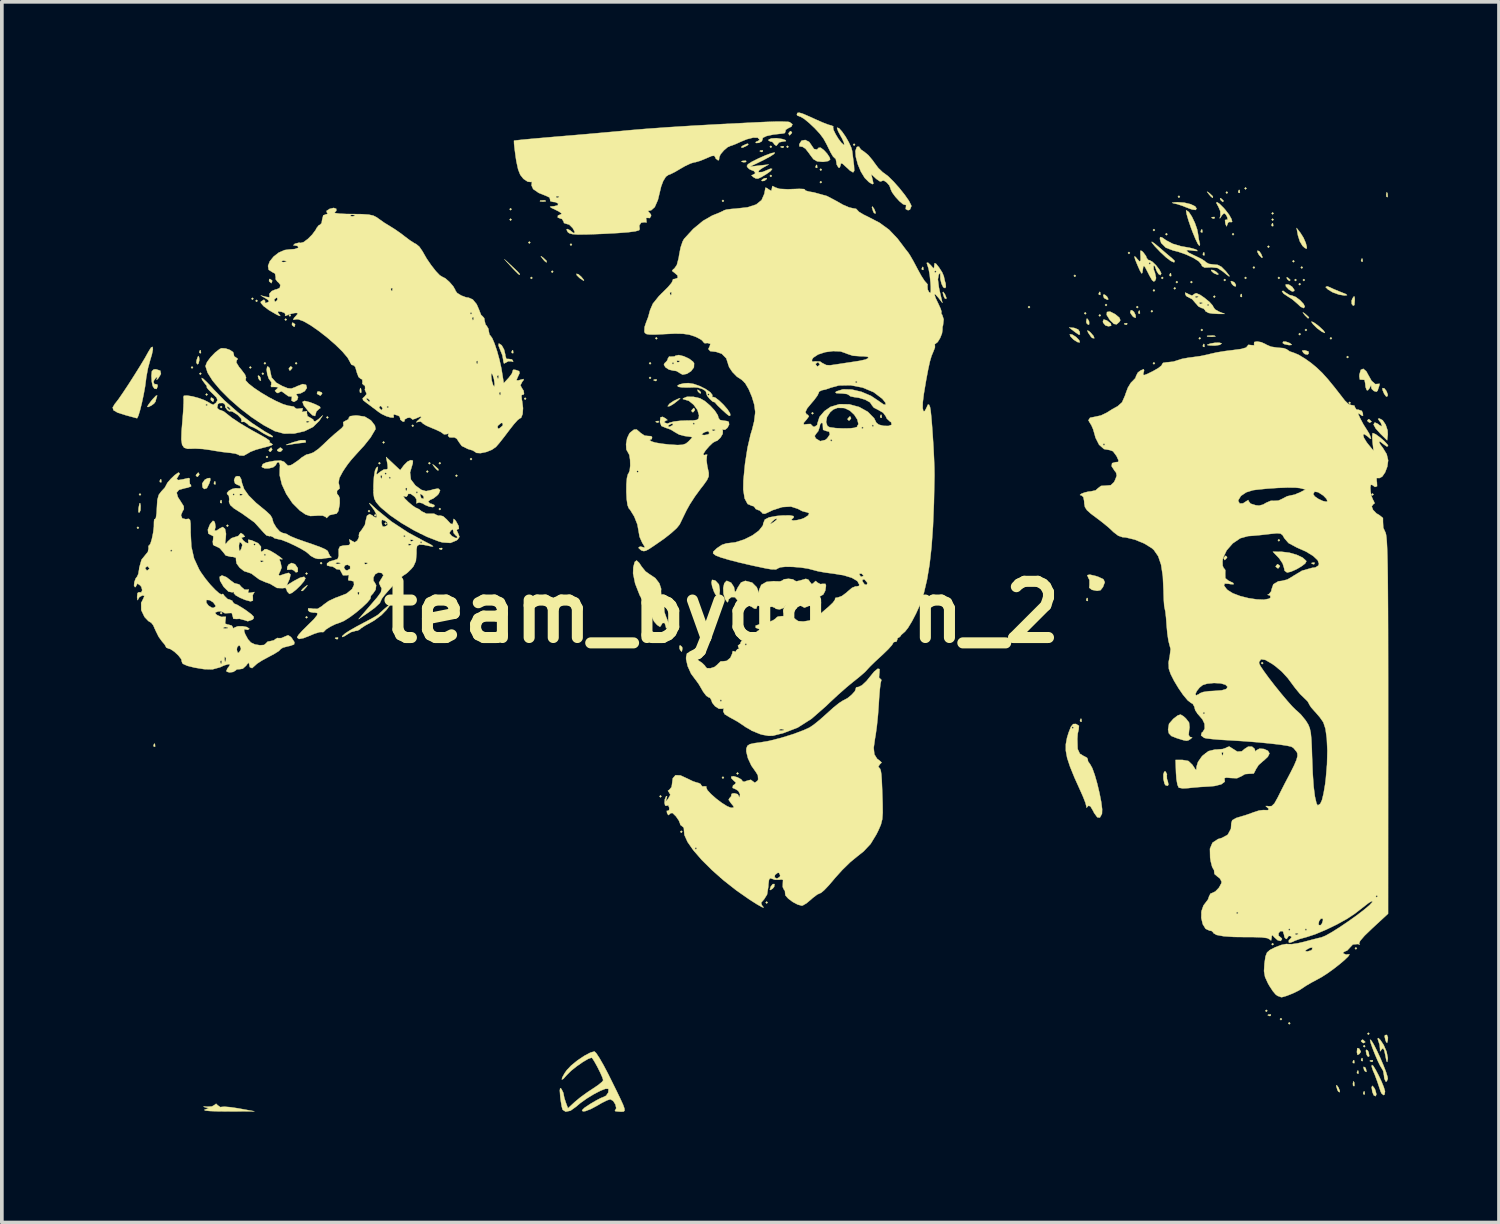
<source format=kicad_pcb>
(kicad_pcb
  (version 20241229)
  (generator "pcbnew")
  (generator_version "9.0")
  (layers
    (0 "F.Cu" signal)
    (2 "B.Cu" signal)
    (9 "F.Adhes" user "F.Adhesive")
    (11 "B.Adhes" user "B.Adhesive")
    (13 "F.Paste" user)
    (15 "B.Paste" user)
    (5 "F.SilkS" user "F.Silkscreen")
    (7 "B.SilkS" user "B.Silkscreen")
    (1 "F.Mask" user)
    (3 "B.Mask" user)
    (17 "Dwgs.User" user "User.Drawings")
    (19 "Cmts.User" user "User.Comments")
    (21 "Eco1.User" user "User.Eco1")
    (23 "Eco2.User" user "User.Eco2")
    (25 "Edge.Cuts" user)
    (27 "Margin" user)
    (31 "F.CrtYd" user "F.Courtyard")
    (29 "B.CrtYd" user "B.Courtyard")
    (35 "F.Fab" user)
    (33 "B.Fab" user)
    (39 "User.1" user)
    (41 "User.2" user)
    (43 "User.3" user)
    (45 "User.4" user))
  (footprint "team_byggern_2"
    (layer "F.Cu")
    (at 16.521 13.544)
    (property "Reference" "team_byggern_2" (at 0 0 0) (layer "F.SilkS") (effects (font (size 1.524 1.524) (thickness 0.3))))
    (attr through_hole)
    (fp_poly (pts (xy -15.804 -2.286) (xy -15.833 -2.258) (xy -15.861 -2.286) (xy -15.833 -2.314) (xy -15.804 -2.286)) (stroke (width 0.01) (type solid)) (fill yes) (layer "F.SilkS"))
    (fp_poly (pts (xy -15.748 -3.189) (xy -15.776 -3.161) (xy -15.804 -3.189) (xy -15.776 -3.217) (xy -15.748 -3.189)) (stroke (width 0.01) (type solid)) (fill yes) (layer "F.SilkS"))
    (fp_poly (pts (xy -14.337 -6.632) (xy -14.365 -6.604) (xy -14.393 -6.632) (xy -14.365 -6.66) (xy -14.337 -6.632)) (stroke (width 0.01) (type solid)) (fill yes) (layer "F.SilkS"))
    (fp_poly (pts (xy -14.111 -6.463) (xy -14.139 -6.435) (xy -14.168 -6.463) (xy -14.139 -6.491) (xy -14.111 -6.463)) (stroke (width 0.01) (type solid)) (fill yes) (layer "F.SilkS"))
    (fp_poly (pts (xy -13.942 -5.898) (xy -13.97 -5.87) (xy -13.998 -5.898) (xy -13.97 -5.927) (xy -13.942 -5.898)) (stroke (width 0.01) (type solid)) (fill yes) (layer "F.SilkS"))
    (fp_poly (pts (xy -13.547 -5.56) (xy -13.575 -5.532) (xy -13.603 -5.56) (xy -13.575 -5.588) (xy -13.547 -5.56)) (stroke (width 0.01) (type solid)) (fill yes) (layer "F.SilkS"))
    (fp_poly (pts (xy -13.547 0.028) (xy -13.575 0.056) (xy -13.603 0.028) (xy -13.575 0) (xy -13.547 0.028)) (stroke (width 0.01) (type solid)) (fill yes) (layer "F.SilkS"))
    (fp_poly (pts (xy -13.377 -2.342) (xy -13.406 -2.314) (xy -13.434 -2.342) (xy -13.406 -2.371) (xy -13.377 -2.342)) (stroke (width 0.01) (type solid)) (fill yes) (layer "F.SilkS"))
    (fp_poly (pts (xy -12.756 -6.632) (xy -12.785 -6.604) (xy -12.813 -6.632) (xy -12.785 -6.66) (xy -12.756 -6.632)) (stroke (width 0.01) (type solid)) (fill yes) (layer "F.SilkS"))
    (fp_poly (pts (xy -12.7 -8.495) (xy -12.728 -8.467) (xy -12.756 -8.495) (xy -12.728 -8.523) (xy -12.7 -8.495)) (stroke (width 0.01) (type solid)) (fill yes) (layer "F.SilkS"))
    (fp_poly (pts (xy -12.587 -8.438) (xy -12.615 -8.41) (xy -12.644 -8.438) (xy -12.615 -8.467) (xy -12.587 -8.438)) (stroke (width 0.01) (type solid)) (fill yes) (layer "F.SilkS"))
    (fp_poly (pts (xy -12.418 -6.463) (xy -12.446 -6.435) (xy -12.474 -6.463) (xy -12.446 -6.491) (xy -12.418 -6.463)) (stroke (width 0.01) (type solid)) (fill yes) (layer "F.SilkS"))
    (fp_poly (pts (xy -12.361 -6.745) (xy -12.39 -6.717) (xy -12.418 -6.745) (xy -12.39 -6.773) (xy -12.361 -6.745)) (stroke (width 0.01) (type solid)) (fill yes) (layer "F.SilkS"))
    (fp_poly (pts (xy -12.305 -4.205) (xy -12.333 -4.177) (xy -12.361 -4.205) (xy -12.333 -4.233) (xy -12.305 -4.205)) (stroke (width 0.01) (type solid)) (fill yes) (layer "F.SilkS"))
    (fp_poly (pts (xy -11.797 -7.93) (xy -11.825 -7.902) (xy -11.853 -7.93) (xy -11.825 -7.959) (xy -11.797 -7.93)) (stroke (width 0.01) (type solid)) (fill yes) (layer "F.SilkS"))
    (fp_poly (pts (xy -11.684 -8.043) (xy -11.712 -8.015) (xy -11.74 -8.043) (xy -11.712 -8.072) (xy -11.684 -8.043)) (stroke (width 0.01) (type solid)) (fill yes) (layer "F.SilkS"))
    (fp_poly (pts (xy -11.515 -6.745) (xy -11.543 -6.717) (xy -11.571 -6.745) (xy -11.543 -6.773) (xy -11.515 -6.745)) (stroke (width 0.01) (type solid)) (fill yes) (layer "F.SilkS"))
    (fp_poly (pts (xy -11.232 -1.044) (xy -11.261 -1.016) (xy -11.289 -1.044) (xy -11.261 -1.072) (xy -11.232 -1.044)) (stroke (width 0.01) (type solid)) (fill yes) (layer "F.SilkS"))
    (fp_poly (pts (xy -11.232 0.141) (xy -11.261 0.169) (xy -11.289 0.141) (xy -11.261 0.113) (xy -11.232 0.141)) (stroke (width 0.01) (type solid)) (fill yes) (layer "F.SilkS"))
    (fp_poly (pts (xy -10.837 -1.326) (xy -10.866 -1.298) (xy -10.894 -1.326) (xy -10.866 -1.355) (xy -10.837 -1.326)) (stroke (width 0.01) (type solid)) (fill yes) (layer "F.SilkS"))
    (fp_poly (pts (xy -10.668 -5.278) (xy -10.696 -5.249) (xy -10.724 -5.278) (xy -10.696 -5.306) (xy -10.668 -5.278)) (stroke (width 0.01) (type solid)) (fill yes) (layer "F.SilkS"))
    (fp_poly (pts (xy -9.539 -2.738) (xy -9.567 -2.709) (xy -9.596 -2.738) (xy -9.567 -2.766) (xy -9.539 -2.738)) (stroke (width 0.01) (type solid)) (fill yes) (layer "F.SilkS"))
    (fp_poly (pts (xy -9.37 -2.625) (xy -9.398 -2.596) (xy -9.426 -2.625) (xy -9.398 -2.653) (xy -9.37 -2.625)) (stroke (width 0.01) (type solid)) (fill yes) (layer "F.SilkS"))
    (fp_poly (pts (xy -9.257 -4.036) (xy -9.285 -4.008) (xy -9.313 -4.036) (xy -9.285 -4.064) (xy -9.257 -4.036)) (stroke (width 0.01) (type solid)) (fill yes) (layer "F.SilkS"))
    (fp_poly (pts (xy -9.144 -4.6) (xy -9.172 -4.572) (xy -9.2 -4.6) (xy -9.172 -4.628) (xy -9.144 -4.6)) (stroke (width 0.01) (type solid)) (fill yes) (layer "F.SilkS"))
    (fp_poly (pts (xy -9.088 -2.399) (xy -9.116 -2.371) (xy -9.144 -2.399) (xy -9.116 -2.427) (xy -9.088 -2.399)) (stroke (width 0.01) (type solid)) (fill yes) (layer "F.SilkS"))
    (fp_poly (pts (xy -8.354 -5.052) (xy -8.382 -5.024) (xy -8.41 -5.052) (xy -8.382 -5.08) (xy -8.354 -5.052)) (stroke (width 0.01) (type solid)) (fill yes) (layer "F.SilkS"))
    (fp_poly (pts (xy -7.959 -3.81) (xy -7.987 -3.782) (xy -8.015 -3.81) (xy -7.987 -3.838) (xy -7.959 -3.81)) (stroke (width 0.01) (type solid)) (fill yes) (layer "F.SilkS"))
    (fp_poly (pts (xy -7.902 -4.036) (xy -7.93 -4.008) (xy -7.959 -4.036) (xy -7.93 -4.064) (xy -7.902 -4.036)) (stroke (width 0.01) (type solid)) (fill yes) (layer "F.SilkS"))
    (fp_poly (pts (xy -7.62 -4.036) (xy -7.648 -4.008) (xy -7.676 -4.036) (xy -7.648 -4.064) (xy -7.62 -4.036)) (stroke (width 0.01) (type solid)) (fill yes) (layer "F.SilkS"))
    (fp_poly (pts (xy -7.62 -2.794) (xy -7.648 -2.766) (xy -7.676 -2.794) (xy -7.648 -2.822) (xy -7.62 -2.794)) (stroke (width 0.01) (type solid)) (fill yes) (layer "F.SilkS"))
    (fp_poly (pts (xy -7.168 -3.697) (xy -7.197 -3.669) (xy -7.225 -3.697) (xy -7.197 -3.725) (xy -7.168 -3.697)) (stroke (width 0.01) (type solid)) (fill yes) (layer "F.SilkS"))
    (fp_poly (pts (xy -6.773 -4.149) (xy -6.802 -4.12) (xy -6.83 -4.149) (xy -6.802 -4.177) (xy -6.773 -4.149)) (stroke (width 0.01) (type solid)) (fill yes) (layer "F.SilkS"))
    (fp_poly (pts (xy -5.701 -10.922) (xy -5.729 -10.894) (xy -5.757 -10.922) (xy -5.729 -10.95) (xy -5.701 -10.922)) (stroke (width 0.01) (type solid)) (fill yes) (layer "F.SilkS"))
    (fp_poly (pts (xy -5.701 -10.64) (xy -5.729 -10.612) (xy -5.757 -10.64) (xy -5.729 -10.668) (xy -5.701 -10.64)) (stroke (width 0.01) (type solid)) (fill yes) (layer "F.SilkS"))
    (fp_poly (pts (xy -5.306 -5.786) (xy -5.334 -5.757) (xy -5.362 -5.786) (xy -5.334 -5.814) (xy -5.306 -5.786)) (stroke (width 0.01) (type solid)) (fill yes) (layer "F.SilkS"))
    (fp_poly (pts (xy -5.193 -10.019) (xy -5.221 -9.991) (xy -5.249 -10.019) (xy -5.221 -10.047) (xy -5.193 -10.019)) (stroke (width 0.01) (type solid)) (fill yes) (layer "F.SilkS"))
    (fp_poly (pts (xy -5.136 -9.059) (xy -5.165 -9.031) (xy -5.193 -9.059) (xy -5.165 -9.088) (xy -5.136 -9.059)) (stroke (width 0.01) (type solid)) (fill yes) (layer "F.SilkS"))
    (fp_poly (pts (xy -4.572 -9.229) (xy -4.6 -9.2) (xy -4.628 -9.229) (xy -4.6 -9.257) (xy -4.572 -9.229)) (stroke (width 0.01) (type solid)) (fill yes) (layer "F.SilkS"))
    (fp_poly (pts (xy -4.064 -9.962) (xy -4.092 -9.934) (xy -4.12 -9.962) (xy -4.092 -9.991) (xy -4.064 -9.962)) (stroke (width 0.01) (type solid)) (fill yes) (layer "F.SilkS"))
    (fp_poly (pts (xy -1.919 -6.745) (xy -1.947 -6.717) (xy -1.976 -6.745) (xy -1.947 -6.773) (xy -1.919 -6.745)) (stroke (width 0.01) (type solid)) (fill yes) (layer "F.SilkS"))
    (fp_poly (pts (xy -1.919 -6.35) (xy -1.947 -6.322) (xy -1.976 -6.35) (xy -1.947 -6.378) (xy -1.919 -6.35)) (stroke (width 0.01) (type solid)) (fill yes) (layer "F.SilkS"))
    (fp_poly (pts (xy -1.75 -7.422) (xy -1.778 -7.394) (xy -1.806 -7.422) (xy -1.778 -7.451) (xy -1.75 -7.422)) (stroke (width 0.01) (type solid)) (fill yes) (layer "F.SilkS"))
    (fp_poly (pts (xy -1.637 4.995) (xy -1.665 5.024) (xy -1.693 4.995) (xy -1.665 4.967) (xy -1.637 4.995)) (stroke (width 0.01) (type solid)) (fill yes) (layer "F.SilkS"))
    (fp_poly (pts (xy -1.072 5.955) (xy -1.101 5.983) (xy -1.129 5.955) (xy -1.101 5.927) (xy -1.072 5.955)) (stroke (width 0.01) (type solid)) (fill yes) (layer "F.SilkS"))
    (fp_poly (pts (xy 0.056 -11.148) (xy 0.028 -11.12) (xy 0 -11.148) (xy 0.028 -11.176) (xy 0.056 -11.148)) (stroke (width 0.01) (type solid)) (fill yes) (layer "F.SilkS"))
    (fp_poly (pts (xy 0.056 4.487) (xy 0.028 4.516) (xy 0 4.487) (xy 0.028 4.459) (xy 0.056 4.487)) (stroke (width 0.01) (type solid)) (fill yes) (layer "F.SilkS"))
    (fp_poly (pts (xy 0.452 4.374) (xy 0.423 4.403) (xy 0.395 4.374) (xy 0.423 4.346) (xy 0.452 4.374)) (stroke (width 0.01) (type solid)) (fill yes) (layer "F.SilkS"))
    (fp_poly (pts (xy 1.242 7.874) (xy 1.214 7.902) (xy 1.185 7.874) (xy 1.214 7.846) (xy 1.242 7.874)) (stroke (width 0.01) (type solid)) (fill yes) (layer "F.SilkS"))
    (fp_poly (pts (xy 1.355 -12.615) (xy 1.326 -12.587) (xy 1.298 -12.615) (xy 1.326 -12.644) (xy 1.355 -12.615)) (stroke (width 0.01) (type solid)) (fill yes) (layer "F.SilkS"))
    (fp_poly (pts (xy 1.355 -11.825) (xy 1.326 -11.797) (xy 1.298 -11.825) (xy 1.326 -11.853) (xy 1.355 -11.825)) (stroke (width 0.01) (type solid)) (fill yes) (layer "F.SilkS"))
    (fp_poly (pts (xy 1.806 -12.615) (xy 1.778 -12.587) (xy 1.75 -12.615) (xy 1.778 -12.644) (xy 1.806 -12.615)) (stroke (width 0.01) (type solid)) (fill yes) (layer "F.SilkS"))
    (fp_poly (pts (xy 2.484 -5.39) (xy 2.455 -5.362) (xy 2.427 -5.39) (xy 2.455 -5.419) (xy 2.484 -5.39)) (stroke (width 0.01) (type solid)) (fill yes) (layer "F.SilkS"))
    (fp_poly (pts (xy 2.709 -11.994) (xy 2.681 -11.966) (xy 2.653 -11.994) (xy 2.681 -12.023) (xy 2.709 -11.994)) (stroke (width 0.01) (type solid)) (fill yes) (layer "F.SilkS"))
    (fp_poly (pts (xy 2.709 -11.656) (xy 2.681 -11.628) (xy 2.653 -11.656) (xy 2.681 -11.684) (xy 2.709 -11.656)) (stroke (width 0.01) (type solid)) (fill yes) (layer "F.SilkS"))
    (fp_poly (pts (xy 3.612 -12.672) (xy 3.584 -12.644) (xy 3.556 -12.672) (xy 3.584 -12.7) (xy 3.612 -12.672)) (stroke (width 0.01) (type solid)) (fill yes) (layer "F.SilkS"))
    (fp_poly (pts (xy 8.354 -8.269) (xy 8.326 -8.241) (xy 8.297 -8.269) (xy 8.326 -8.297) (xy 8.354 -8.269)) (stroke (width 0.01) (type solid)) (fill yes) (layer "F.SilkS"))
    (fp_poly (pts (xy 9.596 -9.116) (xy 9.567 -9.088) (xy 9.539 -9.116) (xy 9.567 -9.144) (xy 9.596 -9.116)) (stroke (width 0.01) (type solid)) (fill yes) (layer "F.SilkS"))
    (fp_poly (pts (xy 9.878 -8.1) (xy 9.85 -8.072) (xy 9.821 -8.1) (xy 9.85 -8.128) (xy 9.878 -8.1)) (stroke (width 0.01) (type solid)) (fill yes) (layer "F.SilkS"))
    (fp_poly (pts (xy 10.273 -8.043) (xy 10.245 -8.015) (xy 10.216 -8.043) (xy 10.245 -8.072) (xy 10.273 -8.043)) (stroke (width 0.01) (type solid)) (fill yes) (layer "F.SilkS"))
    (fp_poly (pts (xy 10.442 -8.326) (xy 10.414 -8.297) (xy 10.386 -8.326) (xy 10.414 -8.354) (xy 10.442 -8.326)) (stroke (width 0.01) (type solid)) (fill yes) (layer "F.SilkS"))
    (fp_poly (pts (xy 11.063 -9.737) (xy 11.035 -9.708) (xy 11.007 -9.737) (xy 11.035 -9.765) (xy 11.063 -9.737)) (stroke (width 0.01) (type solid)) (fill yes) (layer "F.SilkS"))
    (fp_poly (pts (xy 11.289 -8.269) (xy 11.261 -8.241) (xy 11.232 -8.269) (xy 11.261 -8.297) (xy 11.289 -8.269)) (stroke (width 0.01) (type solid)) (fill yes) (layer "F.SilkS"))
    (fp_poly (pts (xy 11.684 -8.156) (xy 11.656 -8.128) (xy 11.628 -8.156) (xy 11.656 -8.184) (xy 11.684 -8.156)) (stroke (width 0.01) (type solid)) (fill yes) (layer "F.SilkS"))
    (fp_poly (pts (xy 11.74 -10.358) (xy 11.712 -10.329) (xy 11.684 -10.358) (xy 11.712 -10.386) (xy 11.74 -10.358)) (stroke (width 0.01) (type solid)) (fill yes) (layer "F.SilkS"))
    (fp_poly (pts (xy 11.74 -8.721) (xy 11.712 -8.692) (xy 11.684 -8.721) (xy 11.712 -8.749) (xy 11.74 -8.721)) (stroke (width 0.01) (type solid)) (fill yes) (layer "F.SilkS"))
    (fp_poly (pts (xy 11.74 -6.745) (xy 11.712 -6.717) (xy 11.684 -6.745) (xy 11.712 -6.773) (xy 11.74 -6.745)) (stroke (width 0.01) (type solid)) (fill yes) (layer "F.SilkS"))
    (fp_poly (pts (xy 11.966 -9.059) (xy 11.938 -9.031) (xy 11.91 -9.059) (xy 11.938 -9.088) (xy 11.966 -9.059)) (stroke (width 0.01) (type solid)) (fill yes) (layer "F.SilkS"))
    (fp_poly (pts (xy 12.079 -10.245) (xy 12.051 -10.216) (xy 12.023 -10.245) (xy 12.051 -10.273) (xy 12.079 -10.245)) (stroke (width 0.01) (type solid)) (fill yes) (layer "F.SilkS"))
    (fp_poly (pts (xy 12.305 -8.777) (xy 12.277 -8.749) (xy 12.248 -8.777) (xy 12.277 -8.805) (xy 12.305 -8.777)) (stroke (width 0.01) (type solid)) (fill yes) (layer "F.SilkS"))
    (fp_poly (pts (xy 12.361 -8.946) (xy 12.333 -8.918) (xy 12.305 -8.946) (xy 12.333 -8.975) (xy 12.361 -8.946)) (stroke (width 0.01) (type solid)) (fill yes) (layer "F.SilkS"))
    (fp_poly (pts (xy 12.418 -11.261) (xy 12.39 -11.232) (xy 12.361 -11.261) (xy 12.39 -11.289) (xy 12.418 -11.261)) (stroke (width 0.01) (type solid)) (fill yes) (layer "F.SilkS"))
    (fp_poly (pts (xy 12.756 -8.946) (xy 12.728 -8.918) (xy 12.7 -8.946) (xy 12.728 -8.975) (xy 12.756 -8.946)) (stroke (width 0.01) (type solid)) (fill yes) (layer "F.SilkS"))
    (fp_poly (pts (xy 12.982 -7.422) (xy 12.954 -7.394) (xy 12.926 -7.422) (xy 12.954 -7.451) (xy 12.982 -7.422)) (stroke (width 0.01) (type solid)) (fill yes) (layer "F.SilkS"))
    (fp_poly (pts (xy 13.039 -7.648) (xy 13.01 -7.62) (xy 12.982 -7.648) (xy 13.01 -7.676) (xy 13.039 -7.648)) (stroke (width 0.01) (type solid)) (fill yes) (layer "F.SilkS"))
    (fp_poly (pts (xy 13.377 -8.551) (xy 13.349 -8.523) (xy 13.321 -8.551) (xy 13.349 -8.58) (xy 13.377 -8.551)) (stroke (width 0.01) (type solid)) (fill yes) (layer "F.SilkS"))
    (fp_poly (pts (xy 13.66 -9.003) (xy 13.631 -8.975) (xy 13.603 -9.003) (xy 13.631 -9.031) (xy 13.66 -9.003)) (stroke (width 0.01) (type solid)) (fill yes) (layer "F.SilkS"))
    (fp_poly (pts (xy 13.716 -11.374) (xy 13.688 -11.345) (xy 13.66 -11.374) (xy 13.688 -11.402) (xy 13.716 -11.374)) (stroke (width 0.01) (type solid)) (fill yes) (layer "F.SilkS"))
    (fp_poly (pts (xy 13.885 -10.245) (xy 13.857 -10.216) (xy 13.829 -10.245) (xy 13.857 -10.273) (xy 13.885 -10.245)) (stroke (width 0.01) (type solid)) (fill yes) (layer "F.SilkS"))
    (fp_poly (pts (xy 14.224 -11.486) (xy 14.196 -11.458) (xy 14.168 -11.486) (xy 14.196 -11.515) (xy 14.224 -11.486)) (stroke (width 0.01) (type solid)) (fill yes) (layer "F.SilkS"))
    (fp_poly (pts (xy 14.224 -9.059) (xy 14.196 -9.031) (xy 14.168 -9.059) (xy 14.196 -9.088) (xy 14.224 -9.059)) (stroke (width 0.01) (type solid)) (fill yes) (layer "F.SilkS"))
    (fp_poly (pts (xy 14.45 -9.342) (xy 14.422 -9.313) (xy 14.393 -9.342) (xy 14.422 -9.37) (xy 14.45 -9.342)) (stroke (width 0.01) (type solid)) (fill yes) (layer "F.SilkS"))
    (fp_poly (pts (xy 14.676 1.383) (xy 14.647 1.411) (xy 14.619 1.383) (xy 14.647 1.355) (xy 14.676 1.383)) (stroke (width 0.01) (type solid)) (fill yes) (layer "F.SilkS"))
    (fp_poly (pts (xy 14.788 10.809) (xy 14.76 10.837) (xy 14.732 10.809) (xy 14.76 10.781) (xy 14.788 10.809)) (stroke (width 0.01) (type solid)) (fill yes) (layer "F.SilkS"))
    (fp_poly (pts (xy 14.845 -9.906) (xy 14.817 -9.878) (xy 14.788 -9.906) (xy 14.817 -9.934) (xy 14.845 -9.906)) (stroke (width 0.01) (type solid)) (fill yes) (layer "F.SilkS"))
    (fp_poly (pts (xy 14.958 -10.809) (xy 14.93 -10.781) (xy 14.901 -10.809) (xy 14.93 -10.837) (xy 14.958 -10.809)) (stroke (width 0.01) (type solid)) (fill yes) (layer "F.SilkS"))
    (fp_poly (pts (xy 14.958 -10.64) (xy 14.93 -10.612) (xy 14.901 -10.64) (xy 14.93 -10.668) (xy 14.958 -10.64)) (stroke (width 0.01) (type solid)) (fill yes) (layer "F.SilkS"))
    (fp_poly (pts (xy 14.958 9.003) (xy 14.93 9.031) (xy 14.901 9.003) (xy 14.93 8.975) (xy 14.958 9.003)) (stroke (width 0.01) (type solid)) (fill yes) (layer "F.SilkS"))
    (fp_poly (pts (xy 15.127 -9.059) (xy 15.099 -9.031) (xy 15.071 -9.059) (xy 15.099 -9.088) (xy 15.127 -9.059)) (stroke (width 0.01) (type solid)) (fill yes) (layer "F.SilkS"))
    (fp_poly (pts (xy 15.127 -1.947) (xy 15.099 -1.919) (xy 15.071 -1.947) (xy 15.099 -1.976) (xy 15.127 -1.947)) (stroke (width 0.01) (type solid)) (fill yes) (layer "F.SilkS"))
    (fp_poly (pts (xy 15.184 11.035) (xy 15.155 11.063) (xy 15.127 11.035) (xy 15.155 11.007) (xy 15.184 11.035)) (stroke (width 0.01) (type solid)) (fill yes) (layer "F.SilkS"))
    (fp_poly (pts (xy 15.409 11.148) (xy 15.381 11.176) (xy 15.353 11.148) (xy 15.381 11.12) (xy 15.409 11.148)) (stroke (width 0.01) (type solid)) (fill yes) (layer "F.SilkS"))
    (fp_poly (pts (xy 15.522 -9.511) (xy 15.494 -9.483) (xy 15.466 -9.511) (xy 15.494 -9.539) (xy 15.522 -9.511)) (stroke (width 0.01) (type solid)) (fill yes) (layer "F.SilkS"))
    (fp_poly (pts (xy 15.579 -9.003) (xy 15.55 -8.975) (xy 15.522 -9.003) (xy 15.55 -9.031) (xy 15.579 -9.003)) (stroke (width 0.01) (type solid)) (fill yes) (layer "F.SilkS"))
    (fp_poly (pts (xy 15.692 -8.89) (xy 15.663 -8.862) (xy 15.635 -8.89) (xy 15.663 -8.918) (xy 15.692 -8.89)) (stroke (width 0.01) (type solid)) (fill yes) (layer "F.SilkS"))
    (fp_poly (pts (xy 15.692 -7.535) (xy 15.663 -7.507) (xy 15.635 -7.535) (xy 15.663 -7.564) (xy 15.692 -7.535)) (stroke (width 0.01) (type solid)) (fill yes) (layer "F.SilkS"))
    (fp_poly (pts (xy 15.748 -9.342) (xy 15.72 -9.313) (xy 15.692 -9.342) (xy 15.72 -9.37) (xy 15.748 -9.342)) (stroke (width 0.01) (type solid)) (fill yes) (layer "F.SilkS"))
    (fp_poly (pts (xy 15.804 -9.003) (xy 15.776 -8.975) (xy 15.748 -9.003) (xy 15.776 -9.031) (xy 15.804 -9.003)) (stroke (width 0.01) (type solid)) (fill yes) (layer "F.SilkS"))
    (fp_poly (pts (xy 15.861 -7.648) (xy 15.833 -7.62) (xy 15.804 -7.648) (xy 15.833 -7.676) (xy 15.861 -7.648)) (stroke (width 0.01) (type solid)) (fill yes) (layer "F.SilkS"))
    (fp_poly (pts (xy 16.538 -7.422) (xy 16.51 -7.394) (xy 16.482 -7.422) (xy 16.51 -7.451) (xy 16.538 -7.422)) (stroke (width 0.01) (type solid)) (fill yes) (layer "F.SilkS"))
    (fp_poly (pts (xy 16.99 -6.914) (xy 16.962 -6.886) (xy 16.933 -6.914) (xy 16.962 -6.943) (xy 16.99 -6.914)) (stroke (width 0.01) (type solid)) (fill yes) (layer "F.SilkS"))
    (fp_poly (pts (xy 17.046 -5.673) (xy 17.018 -5.644) (xy 16.99 -5.673) (xy 17.018 -5.701) (xy 17.046 -5.673)) (stroke (width 0.01) (type solid)) (fill yes) (layer "F.SilkS"))
    (fp_poly (pts (xy 17.216 9.116) (xy 17.187 9.144) (xy 17.159 9.116) (xy 17.187 9.088) (xy 17.216 9.116)) (stroke (width 0.01) (type solid)) (fill yes) (layer "F.SilkS"))
    (fp_poly (pts (xy 17.441 11.769) (xy 17.413 11.797) (xy 17.385 11.769) (xy 17.413 11.74) (xy 17.441 11.769)) (stroke (width 0.01) (type solid)) (fill yes) (layer "F.SilkS"))
    (fp_poly (pts (xy 17.554 11.43) (xy 17.526 11.458) (xy 17.498 11.43) (xy 17.526 11.402) (xy 17.554 11.43)) (stroke (width 0.01) (type solid)) (fill yes) (layer "F.SilkS"))
    (fp_poly (pts (xy 17.667 -3.189) (xy 17.639 -3.161) (xy 17.611 -3.189) (xy 17.639 -3.217) (xy 17.667 -3.189)) (stroke (width 0.01) (type solid)) (fill yes) (layer "F.SilkS"))
    (fp_poly (pts (xy -15.372 3.575) (xy -15.365 3.642) (xy -15.372 3.65) (xy -15.405 3.642) (xy -15.409 3.612) (xy -15.389 3.566) (xy -15.372 3.575)) (stroke (width 0.01) (type solid)) (fill yes) (layer "F.SilkS"))
    (fp_poly (pts (xy -15.202 -3.594) (xy -15.196 -3.527) (xy -15.202 -3.518) (xy -15.236 -3.526) (xy -15.24 -3.556) (xy -15.219 -3.602) (xy -15.202 -3.594)) (stroke (width 0.01) (type solid)) (fill yes) (layer "F.SilkS"))
    (fp_poly (pts (xy -14.13 -7.093) (xy -14.123 -7.026) (xy -14.13 -7.018) (xy -14.163 -7.026) (xy -14.168 -7.056) (xy -14.147 -7.102) (xy -14.13 -7.093)) (stroke (width 0.01) (type solid)) (fill yes) (layer "F.SilkS"))
    (fp_poly (pts (xy -13.735 -3.537) (xy -13.728 -3.47) (xy -13.735 -3.462) (xy -13.768 -3.47) (xy -13.772 -3.5) (xy -13.752 -3.546) (xy -13.735 -3.537)) (stroke (width 0.01) (type solid)) (fill yes) (layer "F.SilkS"))
    (fp_poly (pts (xy -13.565 -3.029) (xy -13.559 -2.962) (xy -13.565 -2.954) (xy -13.599 -2.962) (xy -13.603 -2.992) (xy -13.582 -3.038) (xy -13.565 -3.029)) (stroke (width 0.01) (type solid)) (fill yes) (layer "F.SilkS"))
    (fp_poly (pts (xy -10.405 0.696) (xy -10.412 0.73) (xy -10.442 0.734) (xy -10.489 0.713) (xy -10.48 0.696) (xy -10.413 0.689) (xy -10.405 0.696)) (stroke (width 0.01) (type solid)) (fill yes) (layer "F.SilkS"))
    (fp_poly (pts (xy -9.783 -6.05) (xy -9.776 -5.962) (xy -9.787 -5.942) (xy -9.813 -5.959) (xy -9.817 -6.016) (xy -9.803 -6.076) (xy -9.783 -6.05)) (stroke (width 0.01) (type solid)) (fill yes) (layer "F.SilkS"))
    (fp_poly (pts (xy -7.582 -1.731) (xy -7.59 -1.697) (xy -7.62 -1.693) (xy -7.666 -1.714) (xy -7.658 -1.731) (xy -7.591 -1.738) (xy -7.582 -1.731)) (stroke (width 0.01) (type solid)) (fill yes) (layer "F.SilkS"))
    (fp_poly (pts (xy -5.663 -7.093) (xy -5.657 -7.026) (xy -5.663 -7.018) (xy -5.697 -7.026) (xy -5.701 -7.056) (xy -5.68 -7.102) (xy -5.663 -7.093)) (stroke (width 0.01) (type solid)) (fill yes) (layer "F.SilkS"))
    (fp_poly (pts (xy -4.784 -11.157) (xy -4.777 -11.136) (xy -4.854 -11.128) (xy -4.934 -11.137) (xy -4.925 -11.157) (xy -4.809 -11.164) (xy -4.784 -11.157)) (stroke (width 0.01) (type solid)) (fill yes) (layer "F.SilkS"))
    (fp_poly (pts (xy -1.769 -6.303) (xy -1.776 -6.269) (xy -1.806 -6.265) (xy -1.853 -6.286) (xy -1.844 -6.303) (xy -1.777 -6.31) (xy -1.769 -6.303)) (stroke (width 0.01) (type solid)) (fill yes) (layer "F.SilkS"))
    (fp_poly (pts (xy -1.712 -5.174) (xy -1.72 -5.141) (xy -1.75 -5.136) (xy -1.796 -5.157) (xy -1.787 -5.174) (xy -1.72 -5.181) (xy -1.712 -5.174)) (stroke (width 0.01) (type solid)) (fill yes) (layer "F.SilkS"))
    (fp_poly (pts (xy 0.662 -12.226) (xy 0.645 -12.2) (xy 0.588 -12.196) (xy 0.528 -12.21) (xy 0.554 -12.231) (xy 0.642 -12.237) (xy 0.662 -12.226)) (stroke (width 0.01) (type solid)) (fill yes) (layer "F.SilkS"))
    (fp_poly (pts (xy 1.11 -12.512) (xy 1.102 -12.478) (xy 1.072 -12.474) (xy 1.026 -12.495) (xy 1.035 -12.512) (xy 1.102 -12.519) (xy 1.11 -12.512)) (stroke (width 0.01) (type solid)) (fill yes) (layer "F.SilkS"))
    (fp_poly (pts (xy 1.675 -12.625) (xy 1.667 -12.591) (xy 1.637 -12.587) (xy 1.59 -12.608) (xy 1.599 -12.625) (xy 1.666 -12.631) (xy 1.675 -12.625)) (stroke (width 0.01) (type solid)) (fill yes) (layer "F.SilkS"))
    (fp_poly (pts (xy 2.578 -12.117) (xy 2.584 -12.05) (xy 2.578 -12.041) (xy 2.544 -12.049) (xy 2.54 -12.079) (xy 2.561 -12.126) (xy 2.578 -12.117)) (stroke (width 0.01) (type solid)) (fill yes) (layer "F.SilkS"))
    (fp_poly (pts (xy 4.327 -5.343) (xy 4.334 -5.276) (xy 4.327 -5.268) (xy 4.294 -5.276) (xy 4.29 -5.306) (xy 4.31 -5.352) (xy 4.327 -5.343)) (stroke (width 0.01) (type solid)) (fill yes) (layer "F.SilkS"))
    (fp_poly (pts (xy 5.456 -9.351) (xy 5.463 -9.284) (xy 5.456 -9.276) (xy 5.423 -9.283) (xy 5.419 -9.313) (xy 5.439 -9.36) (xy 5.456 -9.351)) (stroke (width 0.01) (type solid)) (fill yes) (layer "F.SilkS"))
    (fp_poly (pts (xy 9.746 2.897) (xy 9.753 2.964) (xy 9.746 2.973) (xy 9.713 2.965) (xy 9.708 2.935) (xy 9.729 2.889) (xy 9.746 2.897)) (stroke (width 0.01) (type solid)) (fill yes) (layer "F.SilkS"))
    (fp_poly (pts (xy 9.915 -0.376) (xy 9.922 -0.309) (xy 9.915 -0.301) (xy 9.882 -0.309) (xy 9.878 -0.339) (xy 9.898 -0.385) (xy 9.915 -0.376)) (stroke (width 0.01) (type solid)) (fill yes) (layer "F.SilkS"))
    (fp_poly (pts (xy 10.254 -8.674) (xy 10.261 -8.607) (xy 10.254 -8.598) (xy 10.221 -8.606) (xy 10.216 -8.636) (xy 10.237 -8.682) (xy 10.254 -8.674)) (stroke (width 0.01) (type solid)) (fill yes) (layer "F.SilkS"))
    (fp_poly (pts (xy 10.988 -7.827) (xy 10.98 -7.793) (xy 10.95 -7.789) (xy 10.904 -7.81) (xy 10.913 -7.827) (xy 10.98 -7.834) (xy 10.988 -7.827)) (stroke (width 0.01) (type solid)) (fill yes) (layer "F.SilkS"))
    (fp_poly (pts (xy 11.327 -8.166) (xy 11.333 -8.099) (xy 11.327 -8.09) (xy 11.293 -8.098) (xy 11.289 -8.128) (xy 11.31 -8.174) (xy 11.327 -8.166)) (stroke (width 0.01) (type solid)) (fill yes) (layer "F.SilkS"))
    (fp_poly (pts (xy 12.173 -9.182) (xy 12.18 -9.115) (xy 12.173 -9.106) (xy 12.14 -9.114) (xy 12.136 -9.144) (xy 12.156 -9.19) (xy 12.173 -9.182)) (stroke (width 0.01) (type solid)) (fill yes) (layer "F.SilkS"))
    (fp_poly (pts (xy 13.02 -10.367) (xy 13.027 -10.3) (xy 13.02 -10.292) (xy 12.986 -10.299) (xy 12.982 -10.329) (xy 13.003 -10.376) (xy 13.02 -10.367)) (stroke (width 0.01) (type solid)) (fill yes) (layer "F.SilkS"))
    (fp_poly (pts (xy 13.076 -9.746) (xy 13.083 -9.679) (xy 13.076 -9.671) (xy 13.043 -9.679) (xy 13.039 -9.708) (xy 13.059 -9.755) (xy 13.076 -9.746)) (stroke (width 0.01) (type solid)) (fill yes) (layer "F.SilkS"))
    (fp_poly (pts (xy 13.076 -7.263) (xy 13.083 -7.196) (xy 13.076 -7.187) (xy 13.043 -7.195) (xy 13.039 -7.225) (xy 13.059 -7.271) (xy 13.076 -7.263)) (stroke (width 0.01) (type solid)) (fill yes) (layer "F.SilkS"))
    (fp_poly (pts (xy 13.359 -10.706) (xy 13.351 -10.672) (xy 13.321 -10.668) (xy 13.274 -10.689) (xy 13.283 -10.706) (xy 13.35 -10.712) (xy 13.359 -10.706)) (stroke (width 0.01) (type solid)) (fill yes) (layer "F.SilkS"))
    (fp_poly (pts (xy 14.036 -11.439) (xy 14.043 -11.372) (xy 14.036 -11.364) (xy 14.002 -11.372) (xy 13.998 -11.402) (xy 14.019 -11.448) (xy 14.036 -11.439)) (stroke (width 0.01) (type solid)) (fill yes) (layer "F.SilkS"))
    (fp_poly (pts (xy 14.092 -8.617) (xy 14.099 -8.55) (xy 14.092 -8.542) (xy 14.059 -8.55) (xy 14.055 -8.58) (xy 14.075 -8.626) (xy 14.092 -8.617)) (stroke (width 0.01) (type solid)) (fill yes) (layer "F.SilkS"))
    (fp_poly (pts (xy 14.883 10.913) (xy 14.875 10.946) (xy 14.845 10.95) (xy 14.798 10.93) (xy 14.807 10.913) (xy 14.874 10.906) (xy 14.883 10.913)) (stroke (width 0.01) (type solid)) (fill yes) (layer "F.SilkS"))
    (fp_poly (pts (xy 14.939 -10.536) (xy 14.946 -10.469) (xy 14.939 -10.461) (xy 14.905 -10.469) (xy 14.901 -10.499) (xy 14.922 -10.545) (xy 14.939 -10.536)) (stroke (width 0.01) (type solid)) (fill yes) (layer "F.SilkS"))
    (fp_poly (pts (xy 16.068 -1.336) (xy 16.06 -1.302) (xy 16.03 -1.298) (xy 15.984 -1.319) (xy 15.993 -1.336) (xy 16.06 -1.343) (xy 16.068 -1.336)) (stroke (width 0.01) (type solid)) (fill yes) (layer "F.SilkS"))
    (fp_poly (pts (xy 17.14 12.154) (xy 17.147 12.221) (xy 17.14 12.23) (xy 17.107 12.222) (xy 17.103 12.192) (xy 17.123 12.146) (xy 17.14 12.154)) (stroke (width 0.01) (type solid)) (fill yes) (layer "F.SilkS"))
    (fp_poly (pts (xy 17.141 12.746) (xy 17.148 12.834) (xy 17.137 12.854) (xy 17.111 12.837) (xy 17.107 12.78) (xy 17.121 12.72) (xy 17.141 12.746)) (stroke (width 0.01) (type solid)) (fill yes) (layer "F.SilkS"))
    (fp_poly (pts (xy 17.253 12.437) (xy 17.26 12.504) (xy 17.253 12.512) (xy 17.22 12.504) (xy 17.216 12.474) (xy 17.236 12.428) (xy 17.253 12.437)) (stroke (width 0.01) (type solid)) (fill yes) (layer "F.SilkS"))
    (fp_poly (pts (xy 17.366 -9.577) (xy 17.373 -9.51) (xy 17.366 -9.501) (xy 17.333 -9.509) (xy 17.328 -9.539) (xy 17.349 -9.586) (xy 17.366 -9.577)) (stroke (width 0.01) (type solid)) (fill yes) (layer "F.SilkS"))
    (fp_poly (pts (xy 17.366 12.098) (xy 17.373 12.165) (xy 17.366 12.173) (xy 17.333 12.165) (xy 17.328 12.136) (xy 17.349 12.089) (xy 17.366 12.098)) (stroke (width 0.01) (type solid)) (fill yes) (layer "F.SilkS"))
    (fp_poly (pts (xy 17.423 13.001) (xy 17.429 13.068) (xy 17.423 13.076) (xy 17.389 13.069) (xy 17.385 13.039) (xy 17.406 12.992) (xy 17.423 13.001)) (stroke (width 0.01) (type solid)) (fill yes) (layer "F.SilkS"))
    (fp_poly (pts (xy 17.648 12.154) (xy 17.641 12.188) (xy 17.611 12.192) (xy 17.564 12.171) (xy 17.573 12.154) (xy 17.64 12.148) (xy 17.648 12.154)) (stroke (width 0.01) (type solid)) (fill yes) (layer "F.SilkS"))
    (fp_poly (pts (xy 18.044 -11.356) (xy 18.051 -11.268) (xy 18.04 -11.248) (xy 18.014 -11.265) (xy 18.01 -11.322) (xy 18.024 -11.382) (xy 18.044 -11.356)) (stroke (width 0.01) (type solid)) (fill yes) (layer "F.SilkS"))
    (fp_poly (pts (xy -12.532 -6.394) (xy -12.511 -6.352) (xy -12.497 -6.273) (xy -12.535 -6.288) (xy -12.561 -6.326) (xy -12.579 -6.399) (xy -12.572 -6.413) (xy -12.532 -6.394)) (stroke (width 0.01) (type solid)) (fill yes) (layer "F.SilkS"))
    (fp_poly (pts (xy -1.321 0.529) (xy -1.302 0.632) (xy -1.355 0.648) (xy -1.412 0.62) (xy -1.464 0.56) (xy -1.427 0.501) (xy -1.363 0.467) (xy -1.321 0.529)) (stroke (width 0.01) (type solid)) (fill yes) (layer "F.SilkS"))
    (fp_poly (pts (xy -0.63 -6.017) (xy -0.569 -5.96) (xy -0.581 -5.927) (xy -0.589 -5.927) (xy -0.637 -5.967) (xy -0.655 -5.992) (xy -0.661 -6.03) (xy -0.63 -6.017)) (stroke (width 0.01) (type solid)) (fill yes) (layer "F.SilkS"))
    (fp_poly (pts (xy 1.213 -11.74) (xy 1.153 -11.693) (xy 1.088 -11.685) (xy 1.072 -11.706) (xy 1.117 -11.742) (xy 1.16 -11.762) (xy 1.218 -11.766) (xy 1.213 -11.74)) (stroke (width 0.01) (type solid)) (fill yes) (layer "F.SilkS"))
    (fp_poly (pts (xy 4.127 -10.932) (xy 4.165 -10.838) (xy 4.161 -10.802) (xy 4.122 -10.823) (xy 4.099 -10.868) (xy 4.067 -10.975) (xy 4.08 -10.996) (xy 4.127 -10.932)) (stroke (width 0.01) (type solid)) (fill yes) (layer "F.SilkS"))
    (fp_poly (pts (xy 6.046 -8.618) (xy 6.084 -8.524) (xy 6.08 -8.488) (xy 6.041 -8.508) (xy 6.018 -8.554) (xy 5.986 -8.661) (xy 5.999 -8.682) (xy 6.046 -8.618)) (stroke (width 0.01) (type solid)) (fill yes) (layer "F.SilkS"))
    (fp_poly (pts (xy 10.441 -8.553) (xy 10.477 -8.482) (xy 10.452 -8.467) (xy 10.37 -8.508) (xy 10.355 -8.527) (xy 10.334 -8.6) (xy 10.378 -8.606) (xy 10.441 -8.553)) (stroke (width 0.01) (type solid)) (fill yes) (layer "F.SilkS"))
    (fp_poly (pts (xy 13.538 -11.21) (xy 13.599 -11.153) (xy 13.586 -11.12) (xy 13.578 -11.12) (xy 13.53 -11.16) (xy 13.513 -11.185) (xy 13.506 -11.223) (xy 13.538 -11.21)) (stroke (width 0.01) (type solid)) (fill yes) (layer "F.SilkS"))
    (fp_poly (pts (xy 13.893 -8.939) (xy 13.936 -8.869) (xy 13.927 -8.828) (xy 13.876 -8.844) (xy 13.83 -8.889) (xy 13.794 -8.96) (xy 13.819 -8.975) (xy 13.893 -8.939)) (stroke (width 0.01) (type solid)) (fill yes) (layer "F.SilkS"))
    (fp_poly (pts (xy 14.568 -9.782) (xy 14.617 -9.713) (xy 14.658 -9.615) (xy 14.634 -9.607) (xy 14.562 -9.682) (xy 14.517 -9.765) (xy 14.522 -9.799) (xy 14.568 -9.782)) (stroke (width 0.01) (type solid)) (fill yes) (layer "F.SilkS"))
    (fp_poly (pts (xy 15.344 -9.065) (xy 15.404 -9.012) (xy 15.409 -9) (xy 15.383 -8.976) (xy 15.327 -9.028) (xy 15.319 -9.04) (xy 15.313 -9.078) (xy 15.344 -9.065)) (stroke (width 0.01) (type solid)) (fill yes) (layer "F.SilkS"))
    (fp_poly (pts (xy 16.714 12.888) (xy 16.752 12.981) (xy 16.748 13.017) (xy 16.709 12.997) (xy 16.686 12.952) (xy 16.654 12.845) (xy 16.667 12.823) (xy 16.714 12.888)) (stroke (width 0.01) (type solid)) (fill yes) (layer "F.SilkS"))
    (fp_poly (pts (xy 17.44 12.346) (xy 17.461 12.387) (xy 17.475 12.467) (xy 17.437 12.451) (xy 17.411 12.414) (xy 17.393 12.34) (xy 17.4 12.327) (xy 17.44 12.346)) (stroke (width 0.01) (type solid)) (fill yes) (layer "F.SilkS"))
    (fp_poly (pts (xy -15.759 -2.886) (xy -15.763 -2.762) (xy -15.79 -2.701) (xy -15.819 -2.709) (xy -15.815 -2.812) (xy -15.811 -2.835) (xy -15.789 -2.946) (xy -15.773 -2.954) (xy -15.759 -2.886)) (stroke (width 0.01) (type solid)) (fill yes) (layer "F.SilkS"))
    (fp_poly (pts (xy -14.172 -6.895) (xy -14.168 -6.83) (xy -14.189 -6.738) (xy -14.219 -6.717) (xy -14.248 -6.762) (xy -14.24 -6.83) (xy -14.208 -6.921) (xy -14.189 -6.943) (xy -14.172 -6.895)) (stroke (width 0.01) (type solid)) (fill yes) (layer "F.SilkS"))
    (fp_poly (pts (xy -14.168 -3.738) (xy -14.168 -3.725) (xy -14.211 -3.671) (xy -14.227 -3.669) (xy -14.261 -3.703) (xy -14.252 -3.725) (xy -14.202 -3.779) (xy -14.192 -3.782) (xy -14.168 -3.738)) (stroke (width 0.01) (type solid)) (fill yes) (layer "F.SilkS"))
    (fp_poly (pts (xy -13.775 -5.773) (xy -13.772 -5.757) (xy -13.792 -5.702) (xy -13.797 -5.701) (xy -13.846 -5.74) (xy -13.857 -5.757) (xy -13.853 -5.809) (xy -13.832 -5.814) (xy -13.775 -5.773)) (stroke (width 0.01) (type solid)) (fill yes) (layer "F.SilkS"))
    (fp_poly (pts (xy -12.194 -8.99) (xy -12.192 -8.975) (xy -12.211 -8.92) (xy -12.217 -8.918) (xy -12.265 -8.958) (xy -12.277 -8.975) (xy -12.272 -9.027) (xy -12.252 -9.031) (xy -12.194 -8.99)) (stroke (width 0.01) (type solid)) (fill yes) (layer "F.SilkS"))
    (fp_poly (pts (xy -12.193 -4.415) (xy -12.192 -4.403) (xy -12.235 -4.348) (xy -12.252 -4.346) (xy -12.285 -4.381) (xy -12.277 -4.403) (xy -12.226 -4.457) (xy -12.217 -4.459) (xy -12.193 -4.415)) (stroke (width 0.01) (type solid)) (fill yes) (layer "F.SilkS"))
    (fp_poly (pts (xy -11.911 -4.416) (xy -11.91 -4.403) (xy -11.956 -4.353) (xy -11.998 -4.346) (xy -12.056 -4.374) (xy -12.051 -4.403) (xy -11.979 -4.457) (xy -11.963 -4.459) (xy -11.911 -4.416)) (stroke (width 0.01) (type solid)) (fill yes) (layer "F.SilkS"))
    (fp_poly (pts (xy -11.647 -6.626) (xy -11.656 -6.604) (xy -11.706 -6.55) (xy -11.716 -6.548) (xy -11.74 -6.591) (xy -11.74 -6.604) (xy -11.697 -6.658) (xy -11.681 -6.66) (xy -11.647 -6.626)) (stroke (width 0.01) (type solid)) (fill yes) (layer "F.SilkS"))
    (fp_poly (pts (xy -11.573 -7.805) (xy -11.571 -7.789) (xy -11.59 -7.734) (xy -11.596 -7.733) (xy -11.644 -7.772) (xy -11.656 -7.789) (xy -11.651 -7.841) (xy -11.631 -7.846) (xy -11.573 -7.805)) (stroke (width 0.01) (type solid)) (fill yes) (layer "F.SilkS"))
    (fp_poly (pts (xy -11.25 -0.704) (xy -11.282 -0.663) (xy -11.364 -0.575) (xy -11.401 -0.576) (xy -11.402 -0.586) (xy -11.363 -0.633) (xy -11.303 -0.685) (xy -11.236 -0.733) (xy -11.25 -0.704)) (stroke (width 0.01) (type solid)) (fill yes) (layer "F.SilkS"))
    (fp_poly (pts (xy -10.848 -5.954) (xy -10.837 -5.927) (xy -10.878 -5.872) (xy -10.89 -5.87) (xy -10.967 -5.911) (xy -10.978 -5.927) (xy -10.966 -5.975) (xy -10.925 -5.983) (xy -10.848 -5.954)) (stroke (width 0.01) (type solid)) (fill yes) (layer "F.SilkS"))
    (fp_poly (pts (xy -7.816 -3.99) (xy -7.775 -3.958) (xy -7.687 -3.876) (xy -7.688 -3.839) (xy -7.698 -3.838) (xy -7.745 -3.877) (xy -7.797 -3.937) (xy -7.845 -4.004) (xy -7.816 -3.99)) (stroke (width 0.01) (type solid)) (fill yes) (layer "F.SilkS"))
    (fp_poly (pts (xy -4.881 -9.634) (xy -4.84 -9.603) (xy -4.752 -9.52) (xy -4.753 -9.484) (xy -4.763 -9.483) (xy -4.81 -9.521) (xy -4.861 -9.581) (xy -4.91 -9.648) (xy -4.881 -9.634)) (stroke (width 0.01) (type solid)) (fill yes) (layer "F.SilkS"))
    (fp_poly (pts (xy -3.888 -9.157) (xy -3.81 -9.088) (xy -3.738 -8.999) (xy -3.749 -8.984) (xy -3.843 -9.046) (xy -3.862 -9.061) (xy -3.935 -9.133) (xy -3.942 -9.172) (xy -3.888 -9.157)) (stroke (width 0.01) (type solid)) (fill yes) (layer "F.SilkS"))
    (fp_poly (pts (xy -1.079 0.949) (xy -1.072 0.988) (xy -1.085 1.063) (xy -1.095 1.072) (xy -1.131 1.028) (xy -1.149 0.988) (xy -1.15 0.915) (xy -1.127 0.903) (xy -1.079 0.949)) (stroke (width 0.01) (type solid)) (fill yes) (layer "F.SilkS"))
    (fp_poly (pts (xy -0.734 -5.488) (xy -0.734 -5.475) (xy -0.777 -5.421) (xy -0.794 -5.419) (xy -0.827 -5.453) (xy -0.818 -5.475) (xy -0.768 -5.529) (xy -0.759 -5.532) (xy -0.734 -5.488)) (stroke (width 0.01) (type solid)) (fill yes) (layer "F.SilkS"))
    (fp_poly (pts (xy 0.716 -12.675) (xy 0.677 -12.644) (xy 0.574 -12.596) (xy 0.536 -12.589) (xy 0.526 -12.612) (xy 0.564 -12.644) (xy 0.667 -12.691) (xy 0.706 -12.698) (xy 0.716 -12.675)) (stroke (width 0.01) (type solid)) (fill yes) (layer "F.SilkS"))
    (fp_poly (pts (xy 1.426 7.374) (xy 1.416 7.447) (xy 1.377 7.495) (xy 1.313 7.536) (xy 1.299 7.523) (xy 1.326 7.438) (xy 1.379 7.374) (xy 1.425 7.372) (xy 1.426 7.374)) (stroke (width 0.01) (type solid)) (fill yes) (layer "F.SilkS"))
    (fp_poly (pts (xy 1.9 -13.004) (xy 1.891 -12.982) (xy 1.84 -12.928) (xy 1.831 -12.926) (xy 1.807 -12.969) (xy 1.806 -12.982) (xy 1.85 -13.036) (xy 1.866 -13.039) (xy 1.9 -13.004)) (stroke (width 0.01) (type solid)) (fill yes) (layer "F.SilkS"))
    (fp_poly (pts (xy 3.499 -5.262) (xy 3.5 -5.249) (xy 3.456 -5.195) (xy 3.44 -5.193) (xy 3.406 -5.227) (xy 3.415 -5.249) (xy 3.466 -5.303) (xy 3.475 -5.306) (xy 3.499 -5.262)) (stroke (width 0.01) (type solid)) (fill yes) (layer "F.SilkS"))
    (fp_poly (pts (xy 9.547 -7.705) (xy 9.658 -7.662) (xy 9.698 -7.601) (xy 9.707 -7.527) (xy 9.676 -7.521) (xy 9.584 -7.584) (xy 9.547 -7.612) (xy 9.413 -7.715) (xy 9.547 -7.705)) (stroke (width 0.01) (type solid)) (fill yes) (layer "F.SilkS"))
    (fp_poly (pts (xy 9.936 -7.915) (xy 9.955 -7.874) (xy 9.956 -7.801) (xy 9.932 -7.789) (xy 9.884 -7.835) (xy 9.878 -7.874) (xy 9.89 -7.949) (xy 9.9 -7.959) (xy 9.936 -7.915)) (stroke (width 0.01) (type solid)) (fill yes) (layer "F.SilkS"))
    (fp_poly (pts (xy 13.181 -11.384) (xy 13.222 -11.353) (xy 13.31 -11.27) (xy 13.309 -11.233) (xy 13.3 -11.232) (xy 13.252 -11.271) (xy 13.201 -11.331) (xy 13.152 -11.398) (xy 13.181 -11.384)) (stroke (width 0.01) (type solid)) (fill yes) (layer "F.SilkS"))
    (fp_poly (pts (xy 13.326 -9.269) (xy 13.402 -9.224) (xy 13.464 -9.163) (xy 13.44 -9.146) (xy 13.352 -9.181) (xy 13.323 -9.198) (xy 13.265 -9.255) (xy 13.266 -9.277) (xy 13.326 -9.269)) (stroke (width 0.01) (type solid)) (fill yes) (layer "F.SilkS"))
    (fp_poly (pts (xy 13.363 -7.49) (xy 13.381 -7.473) (xy 13.303 -7.464) (xy 13.264 -7.464) (xy 13.162 -7.47) (xy 13.15 -7.484) (xy 13.166 -7.49) (xy 13.309 -7.498) (xy 13.363 -7.49)) (stroke (width 0.01) (type solid)) (fill yes) (layer "F.SilkS"))
    (fp_poly (pts (xy 13.697 -1.489) (xy 13.688 -1.468) (xy 13.637 -1.414) (xy 13.628 -1.411) (xy 13.604 -1.455) (xy 13.603 -1.468) (xy 13.647 -1.522) (xy 13.663 -1.524) (xy 13.697 -1.489)) (stroke (width 0.01) (type solid)) (fill yes) (layer "F.SilkS"))
    (fp_poly (pts (xy 15.125 -1.255) (xy 15.127 -1.242) (xy 15.084 -1.187) (xy 15.071 -1.185) (xy 15.016 -1.228) (xy 15.014 -1.242) (xy 15.057 -1.297) (xy 15.071 -1.298) (xy 15.125 -1.255)) (stroke (width 0.01) (type solid)) (fill yes) (layer "F.SilkS"))
    (fp_poly (pts (xy 15.778 -8.11) (xy 15.819 -8.079) (xy 15.897 -8.009) (xy 15.917 -7.98) (xy 15.89 -7.963) (xy 15.815 -8.036) (xy 15.797 -8.057) (xy 15.748 -8.124) (xy 15.778 -8.11)) (stroke (width 0.01) (type solid)) (fill yes) (layer "F.SilkS"))
    (fp_poly (pts (xy 15.806 -7.096) (xy 15.902 -7.065) (xy 15.908 -7.009) (xy 15.875 -6.98) (xy 15.807 -6.994) (xy 15.763 -7.03) (xy 15.729 -7.087) (xy 15.791 -7.097) (xy 15.806 -7.096)) (stroke (width 0.01) (type solid)) (fill yes) (layer "F.SilkS"))
    (fp_poly (pts (xy 17.155 -8.524) (xy 17.157 -8.453) (xy 17.147 -8.325) (xy 17.113 -8.306) (xy 17.075 -8.353) (xy 17.071 -8.443) (xy 17.098 -8.509) (xy 17.139 -8.564) (xy 17.155 -8.524)) (stroke (width 0.01) (type solid)) (fill yes) (layer "F.SilkS"))
    (fp_poly (pts (xy 17.269 11.829) (xy 17.283 11.842) (xy 17.322 11.919) (xy 17.283 11.978) (xy 17.233 12.005) (xy 17.216 11.937) (xy 17.216 11.91) (xy 17.227 11.82) (xy 17.269 11.829)) (stroke (width 0.01) (type solid)) (fill yes) (layer "F.SilkS"))
    (fp_poly (pts (xy 17.385 11.599) (xy 17.439 11.65) (xy 17.441 11.659) (xy 17.398 11.683) (xy 17.385 11.684) (xy 17.331 11.641) (xy 17.328 11.624) (xy 17.363 11.591) (xy 17.385 11.599)) (stroke (width 0.01) (type solid)) (fill yes) (layer "F.SilkS"))
    (fp_poly (pts (xy 17.507 11.884) (xy 17.532 11.932) (xy 17.549 12.027) (xy 17.54 12.056) (xy 17.5 12.037) (xy 17.475 11.989) (xy 17.458 11.894) (xy 17.467 11.865) (xy 17.507 11.884)) (stroke (width 0.01) (type solid)) (fill yes) (layer "F.SilkS"))
    (fp_poly (pts (xy 17.554 -5.221) (xy 17.608 -5.17) (xy 17.611 -5.161) (xy 17.567 -5.137) (xy 17.554 -5.136) (xy 17.5 -5.18) (xy 17.498 -5.196) (xy 17.532 -5.23) (xy 17.554 -5.221)) (stroke (width 0.01) (type solid)) (fill yes) (layer "F.SilkS"))
    (fp_poly (pts (xy 17.688 12.904) (xy 17.712 12.952) (xy 17.744 13.072) (xy 17.723 13.124) (xy 17.673 13.101) (xy 17.634 13.01) (xy 17.614 12.879) (xy 17.636 12.841) (xy 17.688 12.904)) (stroke (width 0.01) (type solid)) (fill yes) (layer "F.SilkS"))
    (fp_poly (pts (xy 17.959 -6.065) (xy 18.015 -5.993) (xy 18.05 -5.902) (xy 18.049 -5.858) (xy 18.011 -5.841) (xy 17.954 -5.918) (xy 17.91 -6.023) (xy 17.908 -6.074) (xy 17.959 -6.065)) (stroke (width 0.01) (type solid)) (fill yes) (layer "F.SilkS"))
    (fp_poly (pts (xy 18.056 11.533) (xy 18.051 11.609) (xy 18.032 11.68) (xy 18.006 11.648) (xy 17.989 11.605) (xy 17.967 11.505) (xy 17.976 11.469) (xy 18.028 11.462) (xy 18.056 11.533)) (stroke (width 0.01) (type solid)) (fill yes) (layer "F.SilkS"))
    (fp_poly (pts (xy -13.868 -3.582) (xy -13.896 -3.493) (xy -13.963 -3.361) (xy -14.033 -3.336) (xy -14.08 -3.382) (xy -14.089 -3.487) (xy -14.021 -3.587) (xy -13.943 -3.628) (xy -13.875 -3.635) (xy -13.868 -3.582)) (stroke (width 0.01) (type solid)) (fill yes) (layer "F.SilkS"))
    (fp_poly (pts (xy -5.687 -9.373) (xy -5.549 -9.243) (xy -5.485 -9.172) (xy -5.483 -9.145) (xy -5.492 -9.144) (xy -5.537 -9.182) (xy -5.632 -9.278) (xy -5.704 -9.356) (xy -5.898 -9.567) (xy -5.687 -9.373)) (stroke (width 0.01) (type solid)) (fill yes) (layer "F.SilkS"))
    (fp_poly (pts (xy 9.952 -7.616) (xy 9.994 -7.579) (xy 10.075 -7.485) (xy 10.096 -7.425) (xy 10.094 -7.423) (xy 10.039 -7.432) (xy 10.007 -7.463) (xy 9.927 -7.58) (xy 9.908 -7.635) (xy 9.952 -7.616)) (stroke (width 0.01) (type solid)) (fill yes) (layer "F.SilkS"))
    (fp_poly (pts (xy 10.43 -7.909) (xy 10.442 -7.902) (xy 10.544 -7.822) (xy 10.553 -7.762) (xy 10.478 -7.748) (xy 10.4 -7.77) (xy 10.336 -7.845) (xy 10.329 -7.881) (xy 10.35 -7.933) (xy 10.43 -7.909)) (stroke (width 0.01) (type solid)) (fill yes) (layer "F.SilkS"))
    (fp_poly (pts (xy 11.169 -8.142) (xy 11.214 -8.054) (xy 11.219 -7.984) (xy 11.216 -7.98) (xy 11.166 -7.996) (xy 11.13 -8.027) (xy 11.069 -8.119) (xy 11.083 -8.178) (xy 11.114 -8.184) (xy 11.169 -8.142)) (stroke (width 0.01) (type solid)) (fill yes) (layer "F.SilkS"))
    (fp_poly (pts (xy 15.29 -7.331) (xy 15.391 -7.294) (xy 15.409 -7.283) (xy 15.45 -7.245) (xy 15.39 -7.238) (xy 15.362 -7.24) (xy 15.249 -7.264) (xy 15.204 -7.294) (xy 15.215 -7.331) (xy 15.29 -7.331)) (stroke (width 0.01) (type solid)) (fill yes) (layer "F.SilkS"))
    (fp_poly (pts (xy 15.368 -8.88) (xy 15.46 -8.819) (xy 15.516 -8.739) (xy 15.516 -8.706) (xy 15.463 -8.69) (xy 15.366 -8.749) (xy 15.29 -8.831) (xy 15.286 -8.884) (xy 15.287 -8.884) (xy 15.368 -8.88)) (stroke (width 0.01) (type solid)) (fill yes) (layer "F.SilkS"))
    (fp_poly (pts (xy -0.197 -0.861) (xy -0.169 -0.847) (xy -0.081 -0.75) (xy -0.056 -0.591) (xy -0.071 -0.443) (xy -0.111 -0.404) (xy -0.174 -0.476) (xy -0.212 -0.548) (xy -0.264 -0.695) (xy -0.282 -0.803) (xy -0.266 -0.874) (xy -0.197 -0.861)) (stroke (width 0.01) (type solid)) (fill yes) (layer "F.SilkS"))
    (fp_poly (pts (xy 10.665 -8.074) (xy 10.776 -7.981) (xy 10.801 -7.913) (xy 10.776 -7.868) (xy 10.701 -7.801) (xy 10.627 -7.813) (xy 10.525 -7.912) (xy 10.515 -7.923) (xy 10.432 -8.056) (xy 10.439 -8.136) (xy 10.522 -8.147) (xy 10.665 -8.074)) (stroke (width 0.01) (type solid)) (fill yes) (layer "F.SilkS"))
    (fp_poly (pts (xy 13.544 -7.287) (xy 13.547 -7.28) (xy 13.497 -7.244) (xy 13.374 -7.226) (xy 13.34 -7.225) (xy 13.212 -7.23) (xy 13.155 -7.241) (xy 13.156 -7.245) (xy 13.238 -7.279) (xy 13.361 -7.3) (xy 13.479 -7.304) (xy 13.544 -7.287)) (stroke (width 0.01) (type solid)) (fill yes) (layer "F.SilkS"))
    (fp_poly (pts (xy 15.689 -10.273) (xy 15.767 -10.148) (xy 15.828 -10.008) (xy 15.858 -9.894) (xy 15.85 -9.85) (xy 15.802 -9.873) (xy 15.742 -9.927) (xy 15.67 -10.045) (xy 15.618 -10.206) (xy 15.616 -10.216) (xy 15.58 -10.414) (xy 15.689 -10.273)) (stroke (width 0.01) (type solid)) (fill yes) (layer "F.SilkS"))
    (fp_poly (pts (xy -15.315 -5.851) (xy -15.347 -5.747) (xy -15.353 -5.71) (xy -15.395 -5.654) (xy -15.466 -5.601) (xy -15.552 -5.56) (xy -15.579 -5.565) (xy -15.545 -5.626) (xy -15.462 -5.736) (xy -15.427 -5.777) (xy -15.345 -5.863) (xy -15.31 -5.874) (xy -15.315 -5.851)) (stroke (width 0.01) (type solid)) (fill yes) (layer "F.SilkS"))
    (fp_poly (pts (xy -11.573 -1.298) (xy -11.503 -1.2) (xy -11.497 -1.181) (xy -11.5 -1.09) (xy -11.552 -1.078) (xy -11.598 -1.126) (xy -11.671 -1.157) (xy -11.714 -1.149) (xy -11.786 -1.149) (xy -11.783 -1.222) (xy -11.749 -1.286) (xy -11.669 -1.332) (xy -11.573 -1.298)) (stroke (width 0.01) (type solid)) (fill yes) (layer "F.SilkS"))
    (fp_poly (pts (xy -11.305 -4.66) (xy -11.287 -4.65) (xy -11.28 -4.604) (xy -11.332 -4.593) (xy -11.45 -4.581) (xy -11.617 -4.558) (xy -11.656 -4.551) (xy -11.783 -4.531) (xy -11.817 -4.531) (xy -11.752 -4.558) (xy -11.611 -4.608) (xy -11.421 -4.66) (xy -11.305 -4.66)) (stroke (width 0.01) (type solid)) (fill yes) (layer "F.SilkS"))
    (fp_poly (pts (xy -1.129 -5.798) (xy -1.169 -5.755) (xy -1.27 -5.675) (xy -1.298 -5.653) (xy -1.406 -5.587) (xy -1.464 -5.576) (xy -1.468 -5.585) (xy -1.422 -5.647) (xy -1.312 -5.722) (xy -1.298 -5.729) (xy -1.185 -5.783) (xy -1.13 -5.799) (xy -1.129 -5.798)) (stroke (width 0.01) (type solid)) (fill yes) (layer "F.SilkS"))
    (fp_poly (pts (xy 9.495 -7.525) (xy 9.598 -7.46) (xy 9.602 -7.457) (xy 9.686 -7.371) (xy 9.704 -7.314) (xy 9.702 -7.313) (xy 9.64 -7.32) (xy 9.537 -7.385) (xy 9.533 -7.388) (xy 9.449 -7.474) (xy 9.431 -7.531) (xy 9.432 -7.532) (xy 9.495 -7.525)) (stroke (width 0.01) (type solid)) (fill yes) (layer "F.SilkS"))
    (fp_poly (pts (xy 12.066 4.397) (xy 12.061 4.422) (xy 12.065 4.524) (xy 12.087 4.583) (xy 12.106 4.678) (xy 12.085 4.709) (xy 12.026 4.694) (xy 12 4.652) (xy 11.97 4.525) (xy 11.968 4.403) (xy 11.992 4.326) (xy 12.026 4.32) (xy 12.066 4.397)) (stroke (width 0.01) (type solid)) (fill yes) (layer "F.SilkS"))
    (fp_poly (pts (xy 16.038 -7.857) (xy 16.144 -7.783) (xy 16.203 -7.734) (xy 16.306 -7.637) (xy 16.348 -7.577) (xy 16.341 -7.568) (xy 16.265 -7.602) (xy 16.149 -7.686) (xy 16.122 -7.709) (xy 16.025 -7.806) (xy 15.983 -7.868) (xy 15.985 -7.876) (xy 16.038 -7.857)) (stroke (width 0.01) (type solid)) (fill yes) (layer "F.SilkS"))
    (fp_poly (pts (xy -11.167 -5.689) (xy -11.015 -5.629) (xy -10.9 -5.571) (xy -10.885 -5.531) (xy -10.916 -5.513) (xy -10.995 -5.439) (xy -11.007 -5.392) (xy -11.03 -5.315) (xy -11.103 -5.338) (xy -11.211 -5.444) (xy -11.336 -5.604) (xy -11.371 -5.698) (xy -11.315 -5.726) (xy -11.167 -5.689)) (stroke (width 0.01) (type solid)) (fill yes) (layer "F.SilkS"))
    (fp_poly (pts (xy 12.534 -11.1) (xy 12.706 -11.059) (xy 12.829 -11) (xy 12.869 -10.941) (xy 12.844 -10.902) (xy 12.752 -10.914) (xy 12.7 -10.931) (xy 12.578 -10.977) (xy 12.502 -11.008) (xy 12.354 -11.058) (xy 12.248 -11.081) (xy 12.204 -11.096) (xy 12.266 -11.108) (xy 12.345 -11.112) (xy 12.534 -11.1)) (stroke (width 0.01) (type solid)) (fill yes) (layer "F.SilkS"))
    (fp_poly (pts (xy 10.133 -0.979) (xy 10.208 -0.954) (xy 10.343 -0.89) (xy 10.38 -0.81) (xy 10.331 -0.68) (xy 10.327 -0.674) (xy 10.265 -0.594) (xy 10.172 -0.576) (xy 10.031 -0.604) (xy 9.958 -0.66) (xy 9.965 -0.741) (xy 9.964 -0.87) (xy 9.932 -0.934) (xy 9.905 -1.001) (xy 9.973 -1.016) (xy 10.133 -0.979)) (stroke (width 0.01) (type solid)) (fill yes) (layer "F.SilkS"))
    (fp_poly (pts (xy 11.731 -9.991) (xy 11.862 -9.882) (xy 12.017 -9.748) (xy 12.164 -9.624) (xy 12.192 -9.602) (xy 12.276 -9.52) (xy 12.264 -9.486) (xy 12.246 -9.485) (xy 12.166 -9.522) (xy 12.036 -9.621) (xy 11.886 -9.761) (xy 11.882 -9.765) (xy 11.731 -9.924) (xy 11.655 -10.018) (xy 11.655 -10.042) (xy 11.731 -9.991)) (stroke (width 0.01) (type solid)) (fill yes) (layer "F.SilkS"))
    (fp_poly (pts (xy 16.468 -8.81) (xy 16.583 -8.757) (xy 16.746 -8.689) (xy 16.792 -8.671) (xy 16.92 -8.619) (xy 16.948 -8.592) (xy 16.884 -8.584) (xy 16.877 -8.584) (xy 16.728 -8.608) (xy 16.561 -8.668) (xy 16.552 -8.673) (xy 16.432 -8.745) (xy 16.371 -8.805) (xy 16.369 -8.813) (xy 16.409 -8.832) (xy 16.468 -8.81)) (stroke (width 0.01) (type solid)) (fill yes) (layer "F.SilkS"))
    (fp_poly (pts (xy 15.272 -8.668) (xy 15.387 -8.596) (xy 15.46 -8.58) (xy 15.557 -8.542) (xy 15.674 -8.455) (xy 15.77 -8.353) (xy 15.804 -8.28) (xy 15.772 -8.241) (xy 15.689 -8.278) (xy 15.602 -8.36) (xy 15.468 -8.476) (xy 15.339 -8.559) (xy 15.23 -8.632) (xy 15.184 -8.697) (xy 15.184 -8.698) (xy 15.215 -8.711) (xy 15.272 -8.668)) (stroke (width 0.01) (type solid)) (fill yes) (layer "F.SilkS"))
    (fp_poly (pts (xy 17.659 12.304) (xy 17.724 12.409) (xy 17.803 12.559) (xy 17.881 12.725) (xy 17.943 12.877) (xy 17.976 12.986) (xy 17.977 12.996) (xy 17.963 13.08) (xy 17.938 13.095) (xy 17.882 13.049) (xy 17.858 12.996) (xy 17.767 12.723) (xy 17.696 12.532) (xy 17.652 12.432) (xy 17.617 12.325) (xy 17.622 12.275) (xy 17.659 12.304)) (stroke (width 0.01) (type solid)) (fill yes) (layer "F.SilkS"))
    (fp_poly (pts (xy 15.187 -1.634) (xy 15.384 -1.61) (xy 15.582 -1.553) (xy 15.746 -1.475) (xy 15.839 -1.39) (xy 15.845 -1.376) (xy 15.812 -1.317) (xy 15.708 -1.238) (xy 15.568 -1.157) (xy 15.426 -1.095) (xy 15.323 -1.072) (xy 15.256 -1.12) (xy 15.24 -1.196) (xy 15.202 -1.317) (xy 15.11 -1.455) (xy 15.088 -1.479) (xy 14.937 -1.637) (xy 15.187 -1.634)) (stroke (width 0.01) (type solid)) (fill yes) (layer "F.SilkS"))
    (fp_poly (pts (xy 1.499 -12.846) (xy 1.64 -12.824) (xy 1.725 -12.795) (xy 1.736 -12.769) (xy 1.656 -12.757) (xy 1.646 -12.756) (xy 1.55 -12.734) (xy 1.524 -12.7) (xy 1.481 -12.645) (xy 1.468 -12.644) (xy 1.413 -12.687) (xy 1.411 -12.7) (xy 1.365 -12.75) (xy 1.323 -12.756) (xy 1.264 -12.783) (xy 1.268 -12.81) (xy 1.341 -12.841) (xy 1.477 -12.848) (xy 1.499 -12.846)) (stroke (width 0.01) (type solid)) (fill yes) (layer "F.SilkS"))
    (fp_poly (pts (xy 12.659 -10.845) (xy 12.742 -10.72) (xy 12.822 -10.552) (xy 12.884 -10.375) (xy 12.906 -10.261) (xy 12.929 -10.103) (xy 12.954 -9.996) (xy 12.961 -9.979) (xy 12.952 -9.936) (xy 12.941 -9.934) (xy 12.902 -9.984) (xy 12.838 -10.116) (xy 12.759 -10.308) (xy 12.719 -10.414) (xy 12.647 -10.624) (xy 12.6 -10.788) (xy 12.584 -10.881) (xy 12.59 -10.894) (xy 12.659 -10.845)) (stroke (width 0.01) (type solid)) (fill yes) (layer "F.SilkS"))
    (fp_poly (pts (xy 17.914 -5.2) (xy 17.995 -5.079) (xy 18.046 -4.927) (xy 18.052 -4.816) (xy 18.034 -4.657) (xy 17.851 -4.836) (xy 17.724 -4.978) (xy 17.668 -5.082) (xy 17.691 -5.134) (xy 17.712 -5.136) (xy 17.787 -5.101) (xy 17.825 -5.069) (xy 17.882 -5.037) (xy 17.893 -5.057) (xy 17.857 -5.143) (xy 17.825 -5.182) (xy 17.787 -5.238) (xy 17.824 -5.249) (xy 17.914 -5.2)) (stroke (width 0.01) (type solid)) (fill yes) (layer "F.SilkS"))
    (fp_poly (pts (xy -5.97 -7.233) (xy -5.905 -7.116) (xy -5.871 -6.974) (xy -5.87 -6.948) (xy -5.843 -6.864) (xy -5.791 -6.864) (xy -5.697 -6.852) (xy -5.67 -6.825) (xy -5.659 -6.782) (xy -5.695 -6.798) (xy -5.789 -6.801) (xy -5.844 -6.771) (xy -5.907 -6.738) (xy -5.926 -6.799) (xy -5.927 -6.826) (xy -5.952 -6.963) (xy -6.013 -7.115) (xy -6.056 -7.226) (xy -6.049 -7.28) (xy -6.043 -7.281) (xy -5.97 -7.233)) (stroke (width 0.01) (type solid)) (fill yes) (layer "F.SilkS"))
    (fp_poly (pts (xy 17.853 11.603) (xy 17.936 11.729) (xy 17.943 11.741) (xy 18.02 11.921) (xy 18.052 12.086) (xy 18.051 12.122) (xy 18.037 12.196) (xy 18.019 12.176) (xy 17.993 12.054) (xy 17.988 12.024) (xy 17.955 11.875) (xy 17.922 11.826) (xy 17.888 11.854) (xy 17.844 11.909) (xy 17.841 11.866) (xy 17.843 11.853) (xy 17.831 11.73) (xy 17.81 11.667) (xy 17.777 11.565) (xy 17.796 11.546) (xy 17.853 11.603)) (stroke (width 0.01) (type solid)) (fill yes) (layer "F.SilkS"))
    (fp_poly (pts (xy -15.226 -6.546) (xy -15.208 -6.458) (xy -15.272 -6.348) (xy -15.323 -6.293) (xy -15.32 -6.316) (xy -15.309 -6.368) (xy -15.344 -6.355) (xy -15.404 -6.268) (xy -15.409 -6.23) (xy -15.381 -6.175) (xy -15.353 -6.181) (xy -15.305 -6.168) (xy -15.296 -6.128) (xy -15.325 -6.049) (xy -15.386 -6.059) (xy -15.432 -6.129) (xy -15.456 -6.247) (xy -15.466 -6.403) (xy -15.453 -6.532) (xy -15.401 -6.579) (xy -15.343 -6.582) (xy -15.226 -6.546)) (stroke (width 0.01) (type solid)) (fill yes) (layer "F.SilkS"))
    (fp_poly (pts (xy 17.61 11.62) (xy 17.676 11.73) (xy 17.76 11.895) (xy 17.85 12.09) (xy 17.935 12.289) (xy 18.004 12.468) (xy 18.045 12.6) (xy 18.052 12.653) (xy 18.021 12.726) (xy 17.992 12.724) (xy 17.957 12.638) (xy 17.949 12.561) (xy 17.927 12.438) (xy 17.898 12.387) (xy 17.849 12.307) (xy 17.78 12.165) (xy 17.705 11.991) (xy 17.636 11.817) (xy 17.587 11.675) (xy 17.571 11.596) (xy 17.573 11.59) (xy 17.61 11.62)) (stroke (width 0.01) (type solid)) (fill yes) (layer "F.SilkS"))
    (fp_poly (pts (xy 12.512 2.823) (xy 12.578 2.883) (xy 12.664 2.993) (xy 12.678 3.125) (xy 12.667 3.193) (xy 12.654 3.331) (xy 12.688 3.385) (xy 12.708 3.388) (xy 12.751 3.401) (xy 12.7 3.443) (xy 12.644 3.478) (xy 12.594 3.488) (xy 12.513 3.473) (xy 12.366 3.428) (xy 12.334 3.418) (xy 12.185 3.359) (xy 12.116 3.285) (xy 12.096 3.185) (xy 12.122 3.028) (xy 12.237 2.895) (xy 12.358 2.802) (xy 12.435 2.778) (xy 12.512 2.823)) (stroke (width 0.01) (type solid)) (fill yes) (layer "F.SilkS"))
    (fp_poly (pts (xy -13.67 13.37) (xy -13.597 13.421) (xy -13.562 13.415) (xy -13.484 13.409) (xy -13.327 13.422) (xy -13.123 13.452) (xy -13.09 13.458) (xy -12.672 13.534) (xy -13.406 13.537) (xy -13.681 13.534) (xy -13.886 13.526) (xy -14.008 13.513) (xy -14.033 13.496) (xy -14.026 13.493) (xy -13.914 13.448) (xy -14.026 13.42) (xy -14.056 13.406) (xy -13.987 13.406) (xy -13.959 13.409) (xy -13.826 13.402) (xy -13.753 13.361) (xy -13.752 13.359) (xy -13.712 13.328) (xy -13.67 13.37)) (stroke (width 0.01) (type solid)) (fill yes) (layer "F.SilkS"))
    (fp_poly (pts (xy 2.367 -12.745) (xy 2.416 -12.674) (xy 2.497 -12.555) (xy 2.578 -12.54) (xy 2.626 -12.59) (xy 2.679 -12.589) (xy 2.764 -12.525) (xy 2.854 -12.427) (xy 2.92 -12.326) (xy 2.935 -12.27) (xy 2.885 -12.229) (xy 2.76 -12.208) (xy 2.723 -12.207) (xy 2.58 -12.221) (xy 2.481 -12.279) (xy 2.383 -12.409) (xy 2.372 -12.427) (xy 2.266 -12.563) (xy 2.178 -12.619) (xy 2.157 -12.617) (xy 2.1 -12.628) (xy 2.099 -12.686) (xy 2.159 -12.781) (xy 2.261 -12.8) (xy 2.367 -12.745)) (stroke (width 0.01) (type solid)) (fill yes) (layer "F.SilkS"))
    (fp_poly (pts (xy -9.094 -0.06) (xy -9.231 0.081) (xy -9.417 0.221) (xy -9.515 0.278) (xy -9.672 0.365) (xy -9.781 0.436) (xy -9.812 0.466) (xy -9.877 0.502) (xy -9.928 0.508) (xy -10.049 0.541) (xy -10.135 0.591) (xy -10.239 0.656) (xy -10.295 0.676) (xy -10.292 0.649) (xy -10.216 0.581) (xy -10.21 0.576) (xy -10.092 0.5) (xy -9.911 0.396) (xy -9.708 0.288) (xy -9.525 0.191) (xy -9.385 0.112) (xy -9.315 0.066) (xy -9.313 0.064) (xy -9.254 0.007) (xy -9.146 -0.089) (xy -9.117 -0.113) (xy -8.95 -0.254) (xy -9.094 -0.06)) (stroke (width 0.01) (type solid)) (fill yes) (layer "F.SilkS"))
    (fp_poly (pts (xy 17.472 -6.524) (xy 17.512 -6.449) (xy 17.615 -6.266) (xy 17.715 -6.18) (xy 17.789 -6.186) (xy 17.832 -6.19) (xy 17.818 -6.129) (xy 17.786 -6.035) (xy 17.78 -6.007) (xy 17.746 -5.973) (xy 17.676 -5.994) (xy 17.617 -6.049) (xy 17.607 -6.082) (xy 17.599 -6.149) (xy 17.576 -6.112) (xy 17.563 -6.079) (xy 17.513 -6.013) (xy 17.482 -6.018) (xy 17.45 -6.101) (xy 17.441 -6.196) (xy 17.422 -6.295) (xy 17.356 -6.301) (xy 17.296 -6.303) (xy 17.281 -6.387) (xy 17.283 -6.436) (xy 17.32 -6.567) (xy 17.389 -6.596) (xy 17.472 -6.524)) (stroke (width 0.01) (type solid)) (fill yes) (layer "F.SilkS"))
    (fp_poly (pts (xy 13.486 -11.072) (xy 13.598 -10.962) (xy 13.645 -10.909) (xy 13.748 -10.775) (xy 13.814 -10.658) (xy 13.834 -10.582) (xy 13.8 -10.569) (xy 13.777 -10.581) (xy 13.724 -10.563) (xy 13.704 -10.513) (xy 13.684 -10.457) (xy 13.659 -10.504) (xy 13.648 -10.541) (xy 13.64 -10.626) (xy 13.665 -10.637) (xy 13.71 -10.636) (xy 13.701 -10.705) (xy 13.665 -10.774) (xy 13.616 -10.816) (xy 13.559 -10.761) (xy 13.549 -10.745) (xy 13.5 -10.672) (xy 13.499 -10.694) (xy 13.515 -10.747) (xy 13.511 -10.871) (xy 13.462 -10.986) (xy 13.406 -11.089) (xy 13.418 -11.116) (xy 13.486 -11.072)) (stroke (width 0.01) (type solid)) (fill yes) (layer "F.SilkS"))
    (fp_poly (pts (xy -15.426 -7.123) (xy -15.455 -6.979) (xy -15.495 -6.848) (xy -15.559 -6.615) (xy -15.606 -6.364) (xy -15.614 -6.294) (xy -15.639 -6.106) (xy -15.679 -5.889) (xy -15.726 -5.668) (xy -15.775 -5.471) (xy -15.819 -5.326) (xy -15.852 -5.258) (xy -15.858 -5.256) (xy -15.926 -5.274) (xy -16.066 -5.312) (xy -16.166 -5.339) (xy -16.381 -5.407) (xy -16.494 -5.472) (xy -16.516 -5.547) (xy -16.459 -5.643) (xy -16.446 -5.658) (xy -16.363 -5.765) (xy -16.239 -5.945) (xy -16.089 -6.171) (xy -15.93 -6.42) (xy -15.777 -6.665) (xy -15.646 -6.881) (xy -15.555 -7.044) (xy -15.549 -7.056) (xy -15.476 -7.173) (xy -15.434 -7.191) (xy -15.426 -7.123)) (stroke (width 0.01) (type solid)) (fill yes) (layer "F.SilkS"))
    (fp_poly (pts (xy -13.432 -0.947) (xy -13.323 -0.861) (xy -13.219 -0.784) (xy -13.147 -0.765) (xy -13.145 -0.766) (xy -13.084 -0.748) (xy -13.03 -0.685) (xy -12.943 -0.61) (xy -12.878 -0.608) (xy -12.823 -0.611) (xy -12.839 -0.568) (xy -12.846 -0.52) (xy -12.765 -0.526) (xy -12.749 -0.53) (xy -12.672 -0.545) (xy -12.68 -0.533) (xy -12.72 -0.461) (xy -12.716 -0.392) (xy -12.715 -0.311) (xy -12.78 -0.291) (xy -12.922 -0.33) (xy -13.057 -0.386) (xy -13.179 -0.453) (xy -13.232 -0.511) (xy -13.228 -0.526) (xy -13.23 -0.548) (xy -13.273 -0.536) (xy -13.377 -0.556) (xy -13.506 -0.683) (xy -13.605 -0.848) (xy -13.617 -0.956) (xy -13.554 -0.994) (xy -13.432 -0.947)) (stroke (width 0.01) (type solid)) (fill yes) (layer "F.SilkS"))
    (fp_poly (pts (xy -2.239 -1.33) (xy -2.18 -1.238) (xy -2.073 -1.105) (xy -1.951 -1.018) (xy -1.945 -1.015) (xy -1.805 -0.921) (xy -1.696 -0.779) (xy -1.647 -0.63) (xy -1.651 -0.573) (xy -1.646 -0.445) (xy -1.609 -0.339) (xy -1.564 -0.203) (xy -1.565 -0.111) (xy -1.557 0.003) (xy -1.505 0.151) (xy -1.496 0.169) (xy -1.439 0.316) (xy -1.455 0.404) (xy -1.463 0.413) (xy -1.513 0.436) (xy -1.524 0.378) (xy -1.554 0.294) (xy -1.613 0.296) (xy -1.647 0.358) (xy -1.678 0.4) (xy -1.748 0.354) (xy -1.764 0.34) (xy -1.84 0.253) (xy -1.863 0.208) (xy -1.89 0.144) (xy -1.962 0.016) (xy -2.048 -0.126) (xy -2.229 -0.459) (xy -2.352 -0.774) (xy -2.408 -1.049) (xy -2.402 -1.215) (xy -2.363 -1.361) (xy -2.312 -1.4) (xy -2.239 -1.33)) (stroke (width 0.01) (type solid)) (fill yes) (layer "F.SilkS"))
    (fp_poly (pts (xy 1.433 -12.457) (xy 1.418 -12.425) (xy 1.32 -12.359) (xy 1.16 -12.272) (xy 1.129 -12.256) (xy 0.762 -12.077) (xy 1.016 -12.106) (xy 1.27 -12.134) (xy 1.101 -12.041) (xy 1.007 -11.975) (xy 0.99 -11.93) (xy 0.999 -11.925) (xy 1.099 -11.931) (xy 1.178 -11.963) (xy 1.315 -12.021) (xy 1.364 -12.014) (xy 1.32 -11.956) (xy 1.214 -11.88) (xy 1.065 -11.79) (xy 0.978 -11.752) (xy 0.917 -11.756) (xy 0.849 -11.795) (xy 0.847 -11.797) (xy 0.801 -11.843) (xy 0.833 -11.852) (xy 0.898 -11.889) (xy 0.903 -11.91) (xy 0.86 -11.964) (xy 0.843 -11.966) (xy 0.755 -12.002) (xy 0.704 -12.045) (xy 0.676 -12.092) (xy 0.707 -12.142) (xy 0.81 -12.208) (xy 0.997 -12.301) (xy 1.187 -12.385) (xy 1.341 -12.441) (xy 1.429 -12.458) (xy 1.433 -12.457)) (stroke (width 0.01) (type solid)) (fill yes) (layer "F.SilkS"))
    (fp_poly (pts (xy -1.034 -6.936) (xy -0.891 -6.87) (xy -0.783 -6.789) (xy -0.754 -6.746) (xy -0.759 -6.635) (xy -0.835 -6.533) (xy -0.948 -6.46) (xy -1.065 -6.437) (xy -1.154 -6.486) (xy -1.157 -6.491) (xy -1.235 -6.536) (xy -1.323 -6.548) (xy -1.434 -6.574) (xy -1.527 -6.634) (xy -1.573 -6.704) (xy -1.553 -6.745) (xy -1.355 -6.745) (xy -1.326 -6.717) (xy -1.298 -6.745) (xy -1.326 -6.773) (xy -1.355 -6.745) (xy -1.553 -6.745) (xy -1.548 -6.755) (xy -1.538 -6.759) (xy -1.491 -6.811) (xy -1.223 -6.811) (xy -1.215 -6.777) (xy -1.185 -6.773) (xy -1.139 -6.794) (xy -1.148 -6.811) (xy -1.215 -6.818) (xy -1.223 -6.811) (xy -1.491 -6.811) (xy -1.475 -6.828) (xy -1.468 -6.869) (xy -1.43 -6.929) (xy -1.39 -6.925) (xy -1.286 -6.931) (xy -1.256 -6.951) (xy -1.169 -6.969) (xy -1.034 -6.936)) (stroke (width 0.01) (type solid)) (fill yes) (layer "F.SilkS"))
    (fp_poly (pts (xy 11.933 -10.156) (xy 12.043 -10.079) (xy 12.221 -9.985) (xy 12.443 -9.919) (xy 12.505 -9.908) (xy 12.687 -9.876) (xy 12.829 -9.837) (xy 12.872 -9.818) (xy 12.893 -9.788) (xy 12.808 -9.794) (xy 12.771 -9.8) (xy 12.632 -9.816) (xy 12.596 -9.795) (xy 12.658 -9.741) (xy 12.818 -9.662) (xy 12.835 -9.655) (xy 12.99 -9.58) (xy 13.097 -9.511) (xy 13.12 -9.487) (xy 13.2 -9.441) (xy 13.31 -9.425) (xy 13.442 -9.413) (xy 13.543 -9.36) (xy 13.658 -9.243) (xy 13.682 -9.215) (xy 13.758 -9.117) (xy 13.754 -9.097) (xy 13.674 -9.156) (xy 13.586 -9.231) (xy 13.434 -9.33) (xy 13.27 -9.349) (xy 13.227 -9.345) (xy 13.085 -9.34) (xy 13.016 -9.381) (xy 12.999 -9.425) (xy 12.93 -9.508) (xy 12.782 -9.603) (xy 12.585 -9.695) (xy 12.367 -9.771) (xy 12.235 -9.803) (xy 12.036 -9.879) (xy 11.908 -10.007) (xy 11.874 -10.115) (xy 11.882 -10.168) (xy 11.933 -10.156)) (stroke (width 0.01) (type solid)) (fill yes) (layer "F.SilkS"))
    (fp_poly (pts (xy -0.764 -6.185) (xy -0.597 -6.126) (xy -0.438 -6.045) (xy -0.315 -5.96) (xy -0.258 -5.885) (xy -0.261 -5.858) (xy -0.265 -5.823) (xy -0.241 -5.833) (xy -0.177 -5.813) (xy -0.072 -5.732) (xy 0.047 -5.617) (xy 0.152 -5.495) (xy 0.217 -5.394) (xy 0.226 -5.362) (xy 0.222 -5.321) (xy 0.196 -5.321) (xy 0.127 -5.374) (xy 0 -5.489) (xy -0.113 -5.597) (xy -0.177 -5.669) (xy -0.183 -5.684) (xy -0.192 -5.687) (xy -0.249 -5.706) (xy -0.332 -5.78) (xy -0.401 -5.868) (xy -0.411 -5.898) (xy -0.395 -5.898) (xy -0.367 -5.87) (xy -0.339 -5.898) (xy -0.367 -5.927) (xy -0.395 -5.898) (xy -0.411 -5.898) (xy -0.421 -5.93) (xy -0.42 -5.931) (xy -0.438 -5.989) (xy -0.528 -6.048) (xy -0.655 -6.087) (xy -0.751 -6.093) (xy -0.895 -6.089) (xy -1.07 -6.091) (xy -1.072 -6.091) (xy -1.186 -6.108) (xy -1.205 -6.139) (xy -1.147 -6.174) (xy -1.027 -6.201) (xy -0.908 -6.208) (xy -0.764 -6.185)) (stroke (width 0.01) (type solid)) (fill yes) (layer "F.SilkS"))
    (fp_poly (pts (xy -12.26 -6.613) (xy -12.248 -6.544) (xy -12.209 -6.361) (xy -12.082 -6.219) (xy -11.921 -6.129) (xy -11.773 -6.069) (xy -11.672 -6.06) (xy -11.561 -6.101) (xy -11.516 -6.124) (xy -11.363 -6.182) (xy -11.274 -6.16) (xy -11.274 -6.16) (xy -11.252 -6.077) (xy -11.31 -5.99) (xy -11.421 -5.931) (xy -11.479 -5.922) (xy -11.547 -5.909) (xy -11.532 -5.89) (xy -11.489 -5.83) (xy -11.515 -5.751) (xy -11.592 -5.703) (xy -11.611 -5.701) (xy -11.67 -5.737) (xy -11.662 -5.788) (xy -11.658 -5.847) (xy -11.683 -5.843) (xy -11.757 -5.854) (xy -11.848 -5.921) (xy -11.937 -5.986) (xy -11.98 -5.97) (xy -12.036 -5.937) (xy -12.074 -5.952) (xy -12.118 -6.001) (xy -12.071 -6.046) (xy -12.026 -6.087) (xy -12.079 -6.102) (xy -12.185 -6.104) (xy -12.21 -6.101) (xy -12.23 -6.13) (xy -12.217 -6.157) (xy -12.215 -6.237) (xy -12.234 -6.258) (xy -12.286 -6.331) (xy -12.325 -6.449) (xy -12.342 -6.57) (xy -12.328 -6.65) (xy -12.309 -6.66) (xy -12.26 -6.613)) (stroke (width 0.01) (type solid)) (fill yes) (layer "F.SilkS"))
    (fp_poly (pts (xy 3.725 -12.6) (xy 3.77 -12.539) (xy 3.858 -12.479) (xy 3.971 -12.386) (xy 4.092 -12.241) (xy 4.127 -12.19) (xy 4.241 -12.038) (xy 4.363 -11.921) (xy 4.397 -11.899) (xy 4.511 -11.812) (xy 4.657 -11.668) (xy 4.812 -11.493) (xy 4.957 -11.311) (xy 5.071 -11.148) (xy 5.131 -11.03) (xy 5.136 -11.003) (xy 5.098 -10.912) (xy 5.046 -10.894) (xy 4.982 -10.928) (xy 4.989 -10.981) (xy 4.994 -11.041) (xy 4.972 -11.038) (xy 4.91 -11.058) (xy 4.811 -11.141) (xy 4.704 -11.258) (xy 4.616 -11.377) (xy 4.573 -11.47) (xy 4.572 -11.48) (xy 4.541 -11.564) (xy 4.469 -11.647) (xy 4.391 -11.699) (xy 4.34 -11.691) (xy 4.337 -11.685) (xy 4.288 -11.674) (xy 4.191 -11.74) (xy 4.181 -11.748) (xy 4.047 -11.874) (xy 4.085 -11.72) (xy 4.107 -11.615) (xy 4.078 -11.601) (xy 3.987 -11.656) (xy 3.872 -11.771) (xy 3.768 -11.941) (xy 3.685 -12.139) (xy 3.632 -12.335) (xy 3.619 -12.5) (xy 3.655 -12.604) (xy 3.669 -12.615) (xy 3.721 -12.616) (xy 3.725 -12.6)) (stroke (width 0.01) (type solid)) (fill yes) (layer "F.SilkS"))
    (fp_poly (pts (xy 9.6 3.033) (xy 9.68 3.082) (xy 9.672 3.182) (xy 9.646 3.293) (xy 9.636 3.438) (xy 9.642 3.653) (xy 9.645 3.713) (xy 9.704 3.839) (xy 9.801 3.898) (xy 9.897 3.948) (xy 9.917 3.987) (xy 9.926 4.047) (xy 9.983 4.126) (xy 10.042 4.232) (xy 10.109 4.418) (xy 10.176 4.653) (xy 10.236 4.906) (xy 10.283 5.146) (xy 10.308 5.343) (xy 10.304 5.465) (xy 10.303 5.468) (xy 10.247 5.571) (xy 10.177 5.563) (xy 10.091 5.445) (xy 10.064 5.39) (xy 9.991 5.266) (xy 9.937 5.248) (xy 9.924 5.263) (xy 9.887 5.304) (xy 9.879 5.26) (xy 9.856 5.172) (xy 9.797 5.019) (xy 9.729 4.865) (xy 9.559 4.488) (xy 9.438 4.19) (xy 9.36 3.954) (xy 9.324 3.758) (xy 9.324 3.583) (xy 9.356 3.409) (xy 9.401 3.262) (xy 9.453 3.133) (xy 9.483 3.133) (xy 9.511 3.161) (xy 9.539 3.133) (xy 9.511 3.104) (xy 9.483 3.133) (xy 9.453 3.133) (xy 9.464 3.105) (xy 9.523 3.035) (xy 9.597 3.032) (xy 9.6 3.033)) (stroke (width 0.01) (type solid)) (fill yes) (layer "F.SilkS"))
    (fp_poly (pts (xy 11.382 -9.791) (xy 11.425 -9.75) (xy 11.497 -9.653) (xy 11.515 -9.6) (xy 11.56 -9.545) (xy 11.595 -9.539) (xy 11.671 -9.497) (xy 11.772 -9.399) (xy 11.862 -9.282) (xy 11.909 -9.188) (xy 11.91 -9.178) (xy 11.887 -9.134) (xy 11.836 -9.166) (xy 11.784 -9.252) (xy 11.768 -9.299) (xy 11.732 -9.388) (xy 11.702 -9.389) (xy 11.702 -9.387) (xy 11.706 -9.288) (xy 11.739 -9.203) (xy 11.77 -9.057) (xy 11.751 -8.995) (xy 11.712 -8.96) (xy 11.662 -8.999) (xy 11.588 -9.128) (xy 11.565 -9.175) (xy 11.487 -9.326) (xy 11.445 -9.387) (xy 11.423 -9.365) (xy 11.411 -9.285) (xy 11.397 -9.194) (xy 11.376 -9.182) (xy 11.333 -9.258) (xy 11.284 -9.366) (xy 11.247 -9.454) (xy 11.571 -9.454) (xy 11.599 -9.426) (xy 11.628 -9.454) (xy 11.599 -9.483) (xy 11.571 -9.454) (xy 11.247 -9.454) (xy 11.206 -9.553) (xy 11.182 -9.641) (xy 11.213 -9.63) (xy 11.262 -9.571) (xy 11.323 -9.506) (xy 11.351 -9.53) (xy 11.35 -9.652) (xy 11.346 -9.704) (xy 11.345 -9.797) (xy 11.382 -9.791)) (stroke (width 0.01) (type solid)) (fill yes) (layer "F.SilkS"))
    (fp_poly (pts (xy 12.612 -8.642) (xy 12.647 -8.621) (xy 12.744 -8.58) (xy 12.801 -8.617) (xy 12.804 -8.622) (xy 12.858 -8.646) (xy 12.962 -8.602) (xy 13.084 -8.518) (xy 13.219 -8.407) (xy 13.304 -8.312) (xy 13.321 -8.275) (xy 13.368 -8.207) (xy 13.476 -8.145) (xy 13.631 -8.084) (xy 13.462 -8.084) (xy 13.304 -8.093) (xy 13.194 -8.11) (xy 13.11 -8.157) (xy 13.095 -8.189) (xy 13.049 -8.235) (xy 13.012 -8.241) (xy 12.923 -8.284) (xy 12.886 -8.326) (xy 13.152 -8.326) (xy 13.18 -8.297) (xy 13.208 -8.326) (xy 13.18 -8.354) (xy 13.152 -8.326) (xy 12.886 -8.326) (xy 12.836 -8.382) (xy 12.828 -8.391) (xy 12.945 -8.391) (xy 12.952 -8.358) (xy 12.982 -8.354) (xy 13.029 -8.374) (xy 13.02 -8.391) (xy 12.953 -8.398) (xy 12.945 -8.391) (xy 12.828 -8.391) (xy 12.748 -8.483) (xy 12.671 -8.523) (xy 12.604 -8.561) (xy 12.832 -8.561) (xy 12.839 -8.527) (xy 12.869 -8.523) (xy 12.916 -8.544) (xy 12.907 -8.561) (xy 12.84 -8.567) (xy 12.832 -8.561) (xy 12.604 -8.561) (xy 12.59 -8.568) (xy 12.567 -8.607) (xy 12.558 -8.661) (xy 12.612 -8.642)) (stroke (width 0.01) (type solid)) (fill yes) (layer "F.SilkS"))
    (fp_poly (pts (xy 2.21 -13.504) (xy 2.394 -13.424) (xy 2.521 -13.366) (xy 2.716 -13.279) (xy 2.876 -13.217) (xy 2.971 -13.19) (xy 2.977 -13.19) (xy 3.021 -13.164) (xy 3.014 -13.142) (xy 3.024 -13.075) (xy 3.079 -12.962) (xy 3.157 -12.833) (xy 3.239 -12.724) (xy 3.301 -12.668) (xy 3.317 -12.668) (xy 3.308 -12.728) (xy 3.253 -12.848) (xy 3.222 -12.902) (xy 3.152 -13.034) (xy 3.122 -13.12) (xy 3.124 -13.133) (xy 3.175 -13.117) (xy 3.257 -13.026) (xy 3.352 -12.89) (xy 3.441 -12.736) (xy 3.507 -12.591) (xy 3.531 -12.504) (xy 3.557 -12.298) (xy 3.581 -12.107) (xy 3.588 -11.966) (xy 3.557 -11.92) (xy 3.475 -11.967) (xy 3.371 -12.064) (xy 3.272 -12.155) (xy 3.227 -12.167) (xy 3.217 -12.117) (xy 3.193 -12.049) (xy 3.161 -12.051) (xy 3.113 -12.131) (xy 3.104 -12.195) (xy 3.086 -12.285) (xy 3.061 -12.305) (xy 3.013 -12.351) (xy 2.944 -12.467) (xy 2.92 -12.517) (xy 2.839 -12.682) (xy 2.763 -12.821) (xy 2.751 -12.841) (xy 2.654 -12.97) (xy 2.517 -13.118) (xy 2.366 -13.26) (xy 2.229 -13.373) (xy 2.132 -13.431) (xy 2.116 -13.434) (xy 2.041 -13.465) (xy 2.032 -13.49) (xy 2.046 -13.532) (xy 2.099 -13.539) (xy 2.21 -13.504)) (stroke (width 0.01) (type solid)) (fill yes) (layer "F.SilkS"))
    (fp_poly (pts (xy -13.455 -7.147) (xy -13.338 -7.106) (xy -13.252 -7.049) (xy -13.236 -6.999) (xy -13.224 -6.935) (xy -13.179 -6.906) (xy -13.122 -6.864) (xy -13.152 -6.83) (xy -13.165 -6.768) (xy -13.092 -6.648) (xy -13.034 -6.579) (xy -12.928 -6.438) (xy -12.898 -6.35) (xy -12.91 -6.331) (xy -12.91 -6.279) (xy -12.829 -6.191) (xy -12.686 -6.078) (xy -12.501 -5.954) (xy -12.296 -5.831) (xy -12.089 -5.722) (xy -11.901 -5.638) (xy -11.752 -5.593) (xy -11.706 -5.588) (xy -11.603 -5.57) (xy -11.571 -5.537) (xy -11.526 -5.509) (xy -11.449 -5.518) (xy -11.366 -5.527) (xy -11.371 -5.48) (xy -11.374 -5.474) (xy -11.387 -5.424) (xy -11.32 -5.438) (xy -11.248 -5.448) (xy -11.252 -5.394) (xy -11.234 -5.311) (xy -11.173 -5.277) (xy -11.083 -5.222) (xy -11.063 -5.18) (xy -11.028 -5.168) (xy -10.944 -5.224) (xy -10.941 -5.226) (xy -10.82 -5.334) (xy -10.917 -5.184) (xy -11.082 -5.021) (xy -11.319 -4.904) (xy -11.594 -4.841) (xy -11.873 -4.839) (xy -12.119 -4.905) (xy -12.428 -5.071) (xy -12.584 -5.174) (xy -11.27 -5.174) (xy -11.262 -5.141) (xy -11.232 -5.136) (xy -11.186 -5.157) (xy -11.195 -5.174) (xy -11.262 -5.181) (xy -11.27 -5.174) (xy -12.584 -5.174) (xy -12.746 -5.281) (xy -13.058 -5.52) (xy -13.349 -5.774) (xy -13.603 -6.03) (xy -13.806 -6.272) (xy -13.942 -6.488) (xy -13.998 -6.662) (xy -13.998 -6.677) (xy -13.958 -6.778) (xy -13.86 -6.91) (xy -13.734 -7.04) (xy -13.615 -7.132) (xy -13.563 -7.154) (xy -13.455 -7.147)) (stroke (width 0.01) (type solid)) (fill yes) (layer "F.SilkS"))
    (fp_poly (pts (xy 13.82 3.686) (xy 13.973 3.782) (xy 14.096 3.774) (xy 14.167 3.712) (xy 14.266 3.648) (xy 14.373 3.648) (xy 14.443 3.708) (xy 14.451 3.745) (xy 14.465 3.779) (xy 14.493 3.745) (xy 14.575 3.702) (xy 14.695 3.711) (xy 14.802 3.759) (xy 14.845 3.831) (xy 14.801 3.921) (xy 14.694 4.022) (xy 14.674 4.036) (xy 14.548 4.148) (xy 14.472 4.27) (xy 14.469 4.28) (xy 14.418 4.377) (xy 14.319 4.382) (xy 14.318 4.381) (xy 14.179 4.393) (xy 14.1 4.441) (xy 13.965 4.504) (xy 13.801 4.498) (xy 13.678 4.487) (xy 13.625 4.501) (xy 13.626 4.507) (xy 13.633 4.598) (xy 13.538 4.669) (xy 13.352 4.715) (xy 13.196 4.728) (xy 12.969 4.741) (xy 12.757 4.759) (xy 12.644 4.772) (xy 12.494 4.78) (xy 12.391 4.761) (xy 12.384 4.757) (xy 12.35 4.681) (xy 12.323 4.528) (xy 12.311 4.36) (xy 12.299 4.008) (xy 12.486 4.008) (xy 12.646 4.036) (xy 12.757 4.142) (xy 12.77 4.163) (xy 12.836 4.264) (xy 12.862 4.273) (xy 12.868 4.195) (xy 12.868 4.187) (xy 12.907 4.064) (xy 13.004 3.923) (xy 13.034 3.89) (xy 13.102 3.838) (xy 13.547 3.838) (xy 13.567 3.885) (xy 13.584 3.876) (xy 13.591 3.809) (xy 13.584 3.801) (xy 13.551 3.808) (xy 13.547 3.838) (xy 13.102 3.838) (xy 13.19 3.77) (xy 13.364 3.727) (xy 13.426 3.725) (xy 13.579 3.712) (xy 13.678 3.677) (xy 13.69 3.665) (xy 13.755 3.644) (xy 13.82 3.686)) (stroke (width 0.01) (type solid)) (fill yes) (layer "F.SilkS"))
    (fp_poly (pts (xy -9.888 -5.329) (xy -9.682 -5.299) (xy -9.528 -5.206) (xy -9.499 -5.179) (xy -9.407 -5.057) (xy -9.39 -4.963) (xy -9.392 -4.958) (xy -9.526 -4.732) (xy -9.701 -4.512) (xy -9.75 -4.459) (xy -9.927 -4.265) (xy -10.05 -4.126) (xy -10.139 -4.014) (xy -10.218 -3.901) (xy -10.278 -3.809) (xy -10.372 -3.634) (xy -10.392 -3.506) (xy -10.379 -3.455) (xy -10.362 -3.356) (xy -10.388 -3.33) (xy -10.435 -3.289) (xy -10.435 -3.209) (xy -10.389 -3.151) (xy -10.363 -3.09) (xy -10.361 -2.956) (xy -10.368 -2.893) (xy -10.398 -2.739) (xy -10.447 -2.669) (xy -10.53 -2.653) (xy -10.64 -2.627) (xy -10.681 -2.585) (xy -10.716 -2.549) (xy -10.742 -2.58) (xy -10.823 -2.616) (xy -10.98 -2.615) (xy -11.004 -2.612) (xy -11.159 -2.605) (xy -11.287 -2.646) (xy -11.439 -2.751) (xy -11.448 -2.758) (xy -11.644 -2.955) (xy -11.81 -3.202) (xy -11.93 -3.464) (xy -11.989 -3.71) (xy -11.987 -3.843) (xy -11.981 -3.987) (xy -12.008 -4.063) (xy -12.056 -4.057) (xy -12.1 -3.979) (xy -12.164 -3.927) (xy -12.277 -3.898) (xy -12.394 -3.897) (xy -12.467 -3.928) (xy -12.474 -3.948) (xy -12.445 -4.013) (xy -12.346 -4.059) (xy -12.154 -4.096) (xy -12.135 -4.099) (xy -11.967 -4.109) (xy -11.868 -4.074) (xy -11.831 -4.035) (xy -11.765 -3.971) (xy -11.685 -3.984) (xy -11.628 -4.015) (xy -11.483 -4.115) (xy -11.392 -4.191) (xy -11.267 -4.268) (xy -11.174 -4.29) (xy -11.074 -4.328) (xy -10.934 -4.427) (xy -10.821 -4.53) (xy -10.657 -4.687) (xy -10.495 -4.832) (xy -10.414 -4.899) (xy -10.308 -4.988) (xy -10.259 -5.047) (xy -10.259 -5.054) (xy -10.267 -5.149) (xy -10.193 -5.193) (xy -10.188 -5.193) (xy -10.121 -5.23) (xy -10.118 -5.263) (xy -10.082 -5.311) (xy -9.945 -5.329) (xy -9.888 -5.329)) (stroke (width 0.01) (type solid)) (fill yes) (layer "F.SilkS"))
    (fp_poly (pts (xy -13.077 -3.681) (xy -13.033 -3.603) (xy -13.01 -3.496) (xy -12.953 -3.335) (xy -12.83 -3.161) (xy -12.629 -2.961) (xy -12.347 -2.729) (xy -12.242 -2.63) (xy -12.193 -2.547) (xy -12.192 -2.541) (xy -12.159 -2.423) (xy -12.08 -2.29) (xy -11.985 -2.184) (xy -11.909 -2.145) (xy -11.796 -2.116) (xy -11.766 -2.095) (xy -11.688 -2.053) (xy -11.536 -1.99) (xy -11.345 -1.922) (xy -11.062 -1.825) (xy -10.87 -1.755) (xy -10.752 -1.702) (xy -10.691 -1.661) (xy -10.669 -1.621) (xy -10.668 -1.607) (xy -10.623 -1.521) (xy -10.597 -1.505) (xy -10.587 -1.482) (xy -10.649 -1.472) (xy -10.785 -1.457) (xy -10.847 -1.443) (xy -10.956 -1.443) (xy -11.043 -1.467) (xy -11.154 -1.529) (xy -11.2 -1.574) (xy -11.275 -1.636) (xy -11.42 -1.723) (xy -11.603 -1.816) (xy -11.789 -1.901) (xy -11.943 -1.959) (xy -12.021 -1.976) (xy -12.128 -2.001) (xy -12.162 -2.03) (xy -12.236 -2.063) (xy -12.265 -2.057) (xy -12.345 -2.078) (xy -12.419 -2.151) (xy -12.672 -2.431) (xy -13.023 -2.683) (xy -13.039 -2.692) (xy -13.226 -2.81) (xy -13.328 -2.902) (xy -13.363 -2.987) (xy -13.356 -3.059) (xy -13.367 -3.155) (xy -13.397 -3.183) (xy -13.401 -3.189) (xy -13.264 -3.189) (xy -13.236 -3.161) (xy -13.208 -3.189) (xy -13.217 -3.199) (xy -13.076 -3.199) (xy -13.069 -3.165) (xy -13.039 -3.161) (xy -12.992 -3.182) (xy -13.001 -3.199) (xy -13.068 -3.205) (xy -13.076 -3.199) (xy -13.217 -3.199) (xy -13.236 -3.217) (xy -13.264 -3.189) (xy -13.401 -3.189) (xy -13.42 -3.227) (xy -13.369 -3.287) (xy -13.277 -3.338) (xy -13.178 -3.36) (xy -13.14 -3.355) (xy -13.057 -3.354) (xy -13.039 -3.383) (xy -13.084 -3.437) (xy -13.117 -3.443) (xy -13.198 -3.485) (xy -13.226 -3.576) (xy -13.193 -3.662) (xy -13.149 -3.686) (xy -13.077 -3.681)) (stroke (width 0.01) (type solid)) (fill yes) (layer "F.SilkS"))
    (fp_poly (pts (xy -3.407 11.958) (xy -3.32 12.09) (xy -3.207 12.287) (xy -3.078 12.532) (xy -3.03 12.629) (xy -2.868 12.956) (xy -2.753 13.194) (xy -2.678 13.358) (xy -2.642 13.461) (xy -2.639 13.518) (xy -2.667 13.541) (xy -2.721 13.544) (xy -2.782 13.542) (xy -2.885 13.532) (xy -2.903 13.514) (xy -2.896 13.51) (xy -2.864 13.449) (xy -2.887 13.348) (xy -2.947 13.253) (xy -3.024 13.208) (xy -3.028 13.208) (xy -3.114 13.236) (xy -3.259 13.308) (xy -3.385 13.382) (xy -3.555 13.473) (xy -3.699 13.528) (xy -3.767 13.536) (xy -3.793 13.506) (xy -3.726 13.439) (xy -3.569 13.334) (xy -3.405 13.238) (xy -3.278 13.172) (xy -3.223 13.152) (xy -3.14 13.111) (xy -3.08 13.023) (xy -3.074 12.938) (xy -3.084 12.923) (xy -3.157 12.923) (xy -3.294 12.976) (xy -3.47 13.068) (xy -3.66 13.184) (xy -3.837 13.31) (xy -3.954 13.409) (xy -4.105 13.517) (xy -4.235 13.544) (xy -4.317 13.492) (xy -4.342 13.407) (xy -4.368 13.252) (xy -4.382 13.139) (xy -4.394 12.971) (xy -4.384 12.904) (xy -4.352 12.926) (xy -4.299 13.033) (xy -4.291 13.077) (xy -4.271 13.176) (xy -4.231 13.298) (xy -4.173 13.452) (xy -3.991 13.283) (xy -3.839 13.157) (xy -3.642 13.014) (xy -3.514 12.93) (xy -3.358 12.825) (xy -3.251 12.737) (xy -3.217 12.692) (xy -3.241 12.614) (xy -3.3 12.481) (xy -3.377 12.327) (xy -3.454 12.188) (xy -3.513 12.096) (xy -3.533 12.079) (xy -3.627 12.113) (xy -3.773 12.199) (xy -3.939 12.315) (xy -4.093 12.438) (xy -4.201 12.546) (xy -4.205 12.55) (xy -4.299 12.655) (xy -4.34 12.673) (xy -4.329 12.619) (xy -4.266 12.505) (xy -4.206 12.419) (xy -4.086 12.292) (xy -3.918 12.156) (xy -3.734 12.032) (xy -3.567 11.943) (xy -3.456 11.911) (xy -3.407 11.958)) (stroke (width 0.01) (type solid)) (fill yes) (layer "F.SilkS"))
    (fp_poly (pts (xy 1.925 -0.888) (xy 1.976 -0.852) (xy 1.976 -0.852) (xy 2.021 -0.834) (xy 2.132 -0.859) (xy 2.149 -0.865) (xy 2.275 -0.902) (xy 2.344 -0.879) (xy 2.381 -0.826) (xy 2.436 -0.757) (xy 2.484 -0.788) (xy 2.49 -0.798) (xy 2.543 -0.845) (xy 2.587 -0.802) (xy 2.671 -0.758) (xy 2.728 -0.766) (xy 2.807 -0.765) (xy 2.822 -0.716) (xy 2.801 -0.579) (xy 2.749 -0.478) (xy 2.705 -0.452) (xy 2.638 -0.415) (xy 2.528 -0.324) (xy 2.484 -0.282) (xy 2.339 -0.158) (xy 2.236 -0.12) (xy 2.151 -0.166) (xy 2.113 -0.212) (xy 2.058 -0.278) (xy 2.047 -0.246) (xy 2.05 -0.2) (xy 2.023 -0.098) (xy 1.945 -0.064) (xy 1.861 -0.102) (xy 1.821 -0.176) (xy 1.792 -0.262) (xy 1.767 -0.244) (xy 1.75 -0.2) (xy 1.678 -0.115) (xy 1.566 -0.073) (xy 1.465 -0.088) (xy 1.439 -0.114) (xy 1.364 -0.145) (xy 1.276 -0.138) (xy 1.131 -0.151) (xy 1.069 -0.201) (xy 1.006 -0.263) (xy 0.974 -0.226) (xy 0.961 -0.174) (xy 0.93 -0.091) (xy 0.875 -0.097) (xy 0.818 -0.137) (xy 0.675 -0.206) (xy 0.573 -0.224) (xy 0.452 -0.267) (xy 0.413 -0.332) (xy 0.352 -0.404) (xy 0.259 -0.407) (xy 0.184 -0.349) (xy 0.169 -0.29) (xy 0.149 -0.264) (xy 0.097 -0.335) (xy 0.086 -0.355) (xy 0.042 -0.499) (xy 0.036 -0.654) (xy 0.065 -0.782) (xy 0.124 -0.845) (xy 0.137 -0.847) (xy 0.25 -0.797) (xy 0.328 -0.677) (xy 0.343 -0.595) (xy 0.356 -0.541) (xy 0.39 -0.582) (xy 0.428 -0.663) (xy 0.518 -0.802) (xy 0.633 -0.847) (xy 0.638 -0.847) (xy 0.82 -0.799) (xy 0.946 -0.672) (xy 0.976 -0.593) (xy 0.997 -0.519) (xy 1.006 -0.553) (xy 1.009 -0.605) (xy 1.067 -0.737) (xy 1.208 -0.819) (xy 1.41 -0.839) (xy 1.446 -0.835) (xy 1.573 -0.832) (xy 1.636 -0.853) (xy 1.637 -0.858) (xy 1.686 -0.89) (xy 1.804 -0.903) (xy 1.806 -0.903) (xy 1.925 -0.888)) (stroke (width 0.01) (type solid)) (fill yes) (layer "F.SilkS"))
    (fp_poly (pts (xy -14.057 -6.322) (xy -13.956 -6.227) (xy -13.821 -6.084) (xy -13.779 -6.037) (xy -13.479 -5.73) (xy -13.123 -5.417) (xy -12.745 -5.128) (xy -12.383 -4.89) (xy -12.248 -4.816) (xy -12.173 -4.764) (xy -12.189 -4.742) (xy -12.193 -4.742) (xy -12.29 -4.772) (xy -12.431 -4.847) (xy -12.486 -4.882) (xy -12.624 -4.968) (xy -12.725 -5.018) (xy -12.747 -5.024) (xy -12.823 -5.062) (xy -12.869 -5.108) (xy -12.952 -5.161) (xy -12.997 -5.155) (xy -13.029 -5.156) (xy -13.019 -5.18) (xy -13.035 -5.248) (xy -13.123 -5.341) (xy -13.151 -5.362) (xy -13.26 -5.43) (xy -13.318 -5.449) (xy -13.321 -5.444) (xy -13.356 -5.441) (xy -13.405 -5.475) (xy -13.462 -5.551) (xy -13.462 -5.572) (xy -13.425 -5.572) (xy -13.411 -5.54) (xy -13.354 -5.48) (xy -13.321 -5.492) (xy -13.321 -5.5) (xy -13.361 -5.548) (xy -13.386 -5.565) (xy -13.425 -5.572) (xy -13.462 -5.572) (xy -13.462 -5.588) (xy -13.482 -5.642) (xy -13.528 -5.669) (xy -13.629 -5.666) (xy -13.665 -5.635) (xy -13.684 -5.534) (xy -13.617 -5.478) (xy -13.59 -5.475) (xy -13.503 -5.439) (xy -13.439 -5.389) (xy -13.283 -5.265) (xy -13.048 -5.109) (xy -12.754 -4.935) (xy -12.54 -4.818) (xy -12.378 -4.727) (xy -12.276 -4.658) (xy -12.253 -4.626) (xy -12.258 -4.624) (xy -12.275 -4.606) (xy -12.22 -4.576) (xy -12.179 -4.546) (xy -12.22 -4.515) (xy -12.357 -4.476) (xy -12.438 -4.456) (xy -12.629 -4.404) (xy -12.78 -4.346) (xy -12.843 -4.308) (xy -12.962 -4.241) (xy -13.079 -4.247) (xy -13.112 -4.269) (xy -13.187 -4.296) (xy -13.327 -4.317) (xy -13.361 -4.32) (xy -13.551 -4.342) (xy -13.775 -4.377) (xy -13.857 -4.392) (xy -14.072 -4.422) (xy -14.281 -4.433) (xy -14.348 -4.43) (xy -14.487 -4.427) (xy -14.58 -4.457) (xy -14.634 -4.536) (xy -14.655 -4.68) (xy -14.648 -4.905) (xy -14.626 -5.172) (xy -14.606 -5.424) (xy -14.595 -5.616) (xy -13.998 -5.616) (xy -13.97 -5.588) (xy -13.942 -5.616) (xy -13.97 -5.644) (xy -13.998 -5.616) (xy -14.595 -5.616) (xy -14.594 -5.634) (xy -14.592 -5.776) (xy -14.598 -5.825) (xy -14.586 -5.865) (xy -14.496 -5.87) (xy -14.355 -5.848) (xy -14.191 -5.804) (xy -14.031 -5.746) (xy -13.902 -5.679) (xy -13.871 -5.656) (xy -13.789 -5.619) (xy -13.712 -5.678) (xy -13.711 -5.678) (xy -13.675 -5.746) (xy -13.701 -5.817) (xy -13.804 -5.921) (xy -13.818 -5.933) (xy -13.919 -6.031) (xy -13.965 -6.089) (xy -13.962 -6.096) (xy -13.966 -6.131) (xy -14.027 -6.209) (xy -14.093 -6.3) (xy -14.103 -6.349) (xy -14.057 -6.322)) (stroke (width 0.01) (type solid)) (fill yes) (layer "F.SilkS"))
    (fp_poly (pts (xy -13.762 -2.458) (xy -13.743 -2.416) (xy -13.729 -2.304) (xy -13.743 -2.26) (xy -13.749 -2.208) (xy -13.695 -2.212) (xy -13.619 -2.264) (xy -13.532 -2.308) (xy -13.47 -2.255) (xy -13.444 -2.124) (xy -13.451 -2.019) (xy -13.467 -1.881) (xy -13.458 -1.841) (xy -13.418 -1.885) (xy -13.398 -1.913) (xy -13.296 -2.004) (xy -13.21 -2.032) (xy -13.109 -2.065) (xy -13.079 -2.103) (xy -13.041 -2.145) (xy -12.978 -2.103) (xy -12.932 -2.046) (xy -12.975 -2.032) (xy -12.978 -2.032) (xy -13.024 -2.016) (xy -12.984 -1.95) (xy -12.982 -1.947) (xy -12.905 -1.882) (xy -12.844 -1.865) (xy -12.833 -1.902) (xy -12.845 -1.925) (xy -12.84 -1.963) (xy -12.749 -1.946) (xy -12.574 -1.868) (xy -12.495 -1.773) (xy -12.498 -1.713) (xy -12.497 -1.645) (xy -12.477 -1.637) (xy -12.415 -1.681) (xy -12.406 -1.7) (xy -12.351 -1.707) (xy -12.227 -1.653) (xy -12.105 -1.58) (xy -11.975 -1.49) (xy -11.912 -1.437) (xy -11.925 -1.431) (xy -11.993 -1.442) (xy -11.983 -1.387) (xy -11.966 -1.353) (xy -11.937 -1.206) (xy -11.964 -1.133) (xy -12.016 -1.019) (xy -11.994 -0.986) (xy -11.889 -1.023) (xy -11.881 -1.026) (xy -11.748 -1.064) (xy -11.694 -1.021) (xy -11.72 -0.898) (xy -11.733 -0.87) (xy -11.799 -0.723) (xy -11.608 -0.841) (xy -11.436 -0.932) (xy -11.326 -0.958) (xy -11.29 -0.917) (xy -11.329 -0.838) (xy -11.423 -0.726) (xy -11.54 -0.612) (xy -11.651 -0.524) (xy -11.724 -0.493) (xy -11.726 -0.494) (xy -11.79 -0.563) (xy -11.797 -0.601) (xy -11.83 -0.658) (xy -11.914 -0.648) (xy -12.06 -0.654) (xy -12.125 -0.693) (xy -12.253 -0.769) (xy -12.377 -0.812) (xy -12.538 -0.882) (xy -12.645 -0.961) (xy -12.754 -1.044) (xy -12.833 -1.072) (xy -12.954 -1.111) (xy -13.073 -1.204) (xy -13.156 -1.316) (xy -13.17 -1.392) (xy -12.512 -1.392) (xy -12.504 -1.359) (xy -12.474 -1.355) (xy -12.428 -1.375) (xy -12.437 -1.392) (xy -12.504 -1.399) (xy -12.512 -1.392) (xy -13.17 -1.392) (xy -13.171 -1.399) (xy -13.175 -1.473) (xy -13.258 -1.498) (xy -13.303 -1.498) (xy -13.449 -1.533) (xy -13.464 -1.552) (xy -12.418 -1.552) (xy -12.39 -1.524) (xy -12.361 -1.552) (xy -12.39 -1.58) (xy -12.418 -1.552) (xy -13.464 -1.552) (xy -13.516 -1.62) (xy -13.612 -1.732) (xy -13.699 -1.775) (xy -13.093 -1.775) (xy -13.087 -1.668) (xy -13.064 -1.662) (xy -13.031 -1.713) (xy -13 -1.823) (xy -13.007 -1.834) (xy -12.7 -1.834) (xy -12.672 -1.806) (xy -12.644 -1.834) (xy -12.672 -1.863) (xy -12.7 -1.834) (xy -13.007 -1.834) (xy -13.033 -1.879) (xy -13.077 -1.895) (xy -13.093 -1.812) (xy -13.093 -1.775) (xy -13.699 -1.775) (xy -13.701 -1.776) (xy -13.793 -1.822) (xy -13.803 -1.916) (xy -13.795 -1.949) (xy -13.787 -2.055) (xy -13.843 -2.088) (xy -13.851 -2.088) (xy -13.924 -2.131) (xy -13.936 -2.235) (xy -13.884 -2.368) (xy -13.861 -2.402) (xy -13.798 -2.476) (xy -13.762 -2.458)) (stroke (width 0.01) (type solid)) (fill yes) (layer "F.SilkS"))
    (fp_poly (pts (xy 1.798 -13.291) (xy 1.838 -13.283) (xy 1.913 -13.224) (xy 1.883 -13.16) (xy 1.805 -13.123) (xy 1.728 -13.074) (xy 1.724 -13.035) (xy 1.706 -12.988) (xy 1.654 -12.975) (xy 1.399 -12.947) (xy 1.212 -12.907) (xy 1.109 -12.858) (xy 1.1 -12.815) (xy 1.082 -12.764) (xy 1.007 -12.723) (xy 0.93 -12.717) (xy 0.914 -12.727) (xy 0.928 -12.754) (xy 0.95 -12.756) (xy 1.012 -12.794) (xy 1.016 -12.813) (xy 0.97 -12.861) (xy 0.848 -12.863) (xy 0.677 -12.82) (xy 0.521 -12.756) (xy 0.372 -12.689) (xy 0.266 -12.648) (xy 0.243 -12.643) (xy 0.157 -12.606) (xy 0.052 -12.516) (xy -0.036 -12.412) (xy -0.073 -12.329) (xy -0.071 -12.319) (xy -0.082 -12.255) (xy -0.104 -12.248) (xy -0.166 -12.294) (xy -0.179 -12.329) (xy -0.208 -12.372) (xy -0.28 -12.365) (xy -0.423 -12.303) (xy -0.585 -12.236) (xy -0.717 -12.197) (xy -0.747 -12.194) (xy -0.847 -12.164) (xy -1.002 -12.091) (xy -1.12 -12.023) (xy -1.279 -11.93) (xy -1.402 -11.869) (xy -1.45 -11.853) (xy -1.518 -11.805) (xy -1.592 -11.686) (xy -1.649 -11.533) (xy -1.661 -11.481) (xy -1.735 -11.175) (xy -1.821 -10.979) (xy -1.918 -10.893) (xy -1.942 -10.889) (xy -2.007 -10.876) (xy -1.99 -10.856) (xy -1.926 -10.782) (xy -1.919 -10.742) (xy -1.956 -10.682) (xy -2.001 -10.687) (xy -2.057 -10.686) (xy -2.048 -10.627) (xy -2.042 -10.562) (xy -2.102 -10.57) (xy -2.189 -10.557) (xy -2.241 -10.479) (xy -2.229 -10.384) (xy -2.246 -10.352) (xy -2.344 -10.324) (xy -2.531 -10.299) (xy -2.813 -10.277) (xy -3.198 -10.256) (xy -3.395 -10.248) (xy -3.701 -10.237) (xy -3.915 -10.236) (xy -4.053 -10.247) (xy -4.136 -10.27) (xy -4.178 -10.302) (xy -4.213 -10.372) (xy -4.187 -10.386) (xy -4.104 -10.344) (xy -4.092 -10.329) (xy -4.018 -10.275) (xy -4.002 -10.273) (xy -3.991 -10.311) (xy -4.041 -10.404) (xy -4.047 -10.412) (xy -4.139 -10.504) (xy -4.219 -10.527) (xy -4.219 -10.527) (xy -4.281 -10.548) (xy -4.29 -10.585) (xy -4.335 -10.658) (xy -4.374 -10.668) (xy -4.45 -10.697) (xy -4.445 -10.751) (xy -4.365 -10.785) (xy -4.36 -10.785) (xy -4.345 -10.807) (xy -4.418 -10.859) (xy -4.487 -10.894) (xy -4.621 -10.958) (xy -4.66 -10.989) (xy -4.611 -11) (xy -4.555 -11.002) (xy -4.45 -11.028) (xy -4.438 -11.075) (xy -4.513 -11.114) (xy -4.579 -11.12) (xy -4.654 -11.142) (xy -4.656 -11.176) (xy -4.671 -11.237) (xy -4.724 -11.267) (xy -4.732 -11.27) (xy -4.497 -11.27) (xy -4.489 -11.237) (xy -4.459 -11.232) (xy -4.413 -11.253) (xy -4.421 -11.27) (xy -4.488 -11.277) (xy -4.497 -11.27) (xy -4.732 -11.27) (xy -4.967 -11.365) (xy -5.116 -11.468) (xy -5.162 -11.57) (xy -5.158 -11.591) (xy -5.151 -11.665) (xy -5.186 -11.66) (xy -5.265 -11.669) (xy -5.374 -11.741) (xy -5.385 -11.752) (xy -5.466 -11.854) (xy -5.524 -12) (xy -5.572 -12.22) (xy -5.588 -12.324) (xy -5.616 -12.532) (xy -5.634 -12.692) (xy -5.637 -12.775) (xy -5.635 -12.781) (xy -5.576 -12.789) (xy -5.421 -12.806) (xy -5.188 -12.828) (xy -4.894 -12.854) (xy -4.557 -12.883) (xy -4.487 -12.889) (xy -4.066 -12.924) (xy -3.612 -12.963) (xy -3.165 -13.003) (xy -2.762 -13.039) (xy -2.512 -13.063) (xy -2.033 -13.103) (xy -1.447 -13.145) (xy -0.76 -13.188) (xy 0.022 -13.231) (xy 0.894 -13.275) (xy 1.203 -13.289) (xy 1.449 -13.297) (xy 1.657 -13.297) (xy 1.798 -13.291)) (stroke (width 0.01) (type solid)) (fill yes) (layer "F.SilkS"))
    (fp_poly (pts (xy -8.912 -4.026) (xy -8.721 -3.847) (xy -8.619 -3.984) (xy -8.524 -4.079) (xy -8.434 -4.121) (xy -8.377 -4.105) (xy -8.382 -4.027) (xy -8.385 -4.022) (xy -8.455 -3.785) (xy -8.433 -3.596) (xy -8.314 -3.438) (xy -8.298 -3.424) (xy -8.147 -3.314) (xy -8.021 -3.279) (xy -7.871 -3.311) (xy -7.823 -3.328) (xy -7.691 -3.35) (xy -7.639 -3.303) (xy -7.678 -3.207) (xy -7.725 -3.157) (xy -7.829 -3.077) (xy -7.9 -3.048) (xy -7.957 -3.006) (xy -7.959 -2.992) (xy -7.913 -2.941) (xy -7.874 -2.935) (xy -7.799 -2.903) (xy -7.789 -2.875) (xy -7.832 -2.845) (xy -7.934 -2.859) (xy -8.053 -2.908) (xy -8.111 -2.947) (xy -8.21 -2.972) (xy -8.247 -2.959) (xy -8.289 -2.95) (xy -8.277 -2.978) (xy -8.282 -3.061) (xy -8.329 -3.128) (xy -8.402 -3.182) (xy -8.184 -3.182) (xy -8.152 -3.092) (xy -8.147 -3.086) (xy -8.086 -3.072) (xy -8.08 -3.077) (xy -8.088 -3.135) (xy -8.118 -3.173) (xy -8.174 -3.205) (xy -8.184 -3.182) (xy -8.402 -3.182) (xy -8.435 -3.205) (xy -8.506 -3.205) (xy -8.523 -3.158) (xy -8.558 -3.124) (xy -8.58 -3.133) (xy -8.632 -3.146) (xy -8.636 -3.138) (xy -8.597 -3.079) (xy -8.504 -2.987) (xy -8.394 -2.893) (xy -8.304 -2.831) (xy -8.28 -2.822) (xy -8.206 -2.786) (xy -8.143 -2.733) (xy -8.013 -2.669) (xy -7.92 -2.669) (xy -7.805 -2.669) (xy -7.754 -2.641) (xy -7.681 -2.611) (xy -7.645 -2.618) (xy -7.56 -2.599) (xy -7.461 -2.512) (xy -7.459 -2.509) (xy -7.356 -2.397) (xy -7.299 -2.383) (xy -7.281 -2.465) (xy -7.281 -2.468) (xy -7.273 -2.528) (xy -7.235 -2.498) (xy -7.203 -2.454) (xy -7.137 -2.332) (xy -7.131 -2.255) (xy -7.175 -2.244) (xy -7.189 -2.216) (xy -7.155 -2.142) (xy -7.115 -2.042) (xy -7.164 -1.967) (xy -7.193 -1.944) (xy -7.36 -1.875) (xy -7.575 -1.889) (xy -7.676 -1.917) (xy -7.997 -2.042) (xy -8.194 -2.14) (xy -7.388 -2.14) (xy -7.33 -2.07) (xy -7.314 -2.057) (xy -7.219 -2.008) (xy -7.173 -2.012) (xy -7.184 -2.059) (xy -7.211 -2.073) (xy -7.273 -2.143) (xy -7.281 -2.189) (xy -7.295 -2.248) (xy -7.352 -2.209) (xy -7.388 -2.14) (xy -8.194 -2.14) (xy -8.346 -2.215) (xy -8.691 -2.417) (xy -9 -2.629) (xy -9.241 -2.831) (xy -9.285 -2.875) (xy -9.375 -2.981) (xy -9.425 -3.08) (xy -9.445 -3.21) (xy -9.446 -3.246) (xy -8.297 -3.246) (xy -8.269 -3.217) (xy -8.241 -3.246) (xy -8.269 -3.274) (xy -8.297 -3.246) (xy -9.446 -3.246) (xy -9.446 -3.33) (xy -8.58 -3.33) (xy -8.559 -3.284) (xy -8.542 -3.293) (xy -8.535 -3.36) (xy -8.542 -3.368) (xy -8.575 -3.36) (xy -8.58 -3.33) (xy -9.446 -3.33) (xy -9.447 -3.41) (xy -9.446 -3.452) (xy -9.433 -3.669) (xy -9.257 -3.669) (xy -9.236 -3.622) (xy -9.219 -3.631) (xy -9.218 -3.641) (xy -9.031 -3.641) (xy -9.003 -3.612) (xy -8.975 -3.641) (xy -9.003 -3.669) (xy -9.031 -3.641) (xy -9.218 -3.641) (xy -9.213 -3.698) (xy -9.219 -3.707) (xy -9.253 -3.699) (xy -9.257 -3.669) (xy -9.433 -3.669) (xy -9.432 -3.672) (xy -9.404 -3.837) (xy -9.369 -3.914) (xy -9.326 -3.94) (xy -9.331 -3.878) (xy -9.343 -3.838) (xy -9.368 -3.742) (xy -9.343 -3.738) (xy -9.324 -3.754) (xy -9.144 -3.754) (xy -9.116 -3.725) (xy -9.088 -3.754) (xy -9.116 -3.782) (xy -9.144 -3.754) (xy -9.324 -3.754) (xy -9.268 -3.801) (xy -9.164 -3.866) (xy -9.092 -3.869) (xy -9.057 -3.886) (xy -9.065 -4.006) (xy -9.068 -4.019) (xy -9.103 -4.205) (xy -8.912 -4.026)) (stroke (width 0.01) (type solid)) (fill yes) (layer "F.SilkS"))
    (fp_poly (pts (xy -0.776 -5.837) (xy -0.597 -5.797) (xy -0.466 -5.723) (xy -0.322 -5.601) (xy -0.193 -5.462) (xy -0.11 -5.334) (xy -0.093 -5.266) (xy -0.052 -5.209) (xy 0.025 -5.193) (xy 0.14 -5.178) (xy 0.186 -5.157) (xy 0.196 -5.086) (xy 0.151 -4.998) (xy 0.084 -4.943) (xy 0.045 -4.946) (xy 0.01 -4.95) (xy 0.025 -4.916) (xy 0.021 -4.832) (xy -0.041 -4.727) (xy -0.128 -4.646) (xy -0.181 -4.628) (xy -0.248 -4.589) (xy -0.347 -4.494) (xy -0.443 -4.383) (xy -0.501 -4.292) (xy -0.506 -4.272) (xy -0.471 -4.254) (xy -0.442 -4.267) (xy -0.399 -4.27) (xy -0.409 -4.221) (xy -0.417 -4.114) (xy -0.396 -3.953) (xy -0.384 -3.9) (xy -0.357 -3.775) (xy -0.359 -3.679) (xy -0.403 -3.58) (xy -0.5 -3.443) (xy -0.581 -3.34) (xy -0.731 -3.135) (xy -0.869 -2.922) (xy -0.958 -2.762) (xy -1.046 -2.582) (xy -1.124 -2.42) (xy -1.148 -2.373) (xy -1.224 -2.278) (xy -1.369 -2.146) (xy -1.556 -1.998) (xy -1.638 -1.94) (xy -1.843 -1.798) (xy -1.977 -1.709) (xy -2.061 -1.665) (xy -2.116 -1.653) (xy -2.163 -1.665) (xy -2.187 -1.674) (xy -2.253 -1.732) (xy -2.258 -1.753) (xy -2.215 -1.777) (xy -2.159 -1.765) (xy -2.096 -1.746) (xy -2.097 -1.778) (xy -2.159 -1.878) (xy -2.232 -2.041) (xy -2.258 -2.191) (xy -2.292 -2.378) (xy -2.377 -2.592) (xy -2.489 -2.774) (xy -2.525 -2.814) (xy -2.559 -2.902) (xy -2.581 -3.063) (xy -2.591 -3.262) (xy -2.589 -3.465) (xy -2.574 -3.637) (xy -2.546 -3.743) (xy -2.532 -3.758) (xy -2.509 -3.81) (xy -2.314 -3.81) (xy -2.286 -3.782) (xy -2.258 -3.81) (xy -2.286 -3.838) (xy -2.314 -3.81) (xy -2.509 -3.81) (xy -2.5 -3.832) (xy -2.485 -3.972) (xy -2.489 -4.13) (xy -2.51 -4.262) (xy -2.54 -4.318) (xy -2.59 -4.407) (xy -2.598 -4.554) (xy -2.569 -4.714) (xy -2.508 -4.843) (xy -2.483 -4.87) (xy -2.382 -4.948) (xy -2.312 -4.951) (xy -2.224 -4.876) (xy -2.203 -4.856) (xy -2.095 -4.784) (xy -2.011 -4.775) (xy -1.919 -4.769) (xy -1.893 -4.745) (xy -1.901 -4.69) (xy -1.93 -4.683) (xy -1.96 -4.664) (xy -1.912 -4.628) (xy -1.811 -4.596) (xy -1.636 -4.566) (xy -1.423 -4.542) (xy -1.42 -4.542) (xy -1.203 -4.529) (xy -1.066 -4.536) (xy -0.976 -4.568) (xy -0.906 -4.626) (xy -0.828 -4.709) (xy -0.804 -4.745) (xy -0.864 -4.754) (xy -0.99 -4.771) (xy -1.006 -4.773) (xy -1.158 -4.813) (xy -0.552 -4.813) (xy -0.496 -4.799) (xy -0.466 -4.799) (xy -0.367 -4.819) (xy -0.339 -4.854) (xy -0.374 -4.907) (xy -0.477 -4.873) (xy -0.508 -4.854) (xy -0.552 -4.813) (xy -1.158 -4.813) (xy -1.161 -4.814) (xy -1.272 -4.877) (xy -1.273 -4.878) (xy -1.386 -4.948) (xy -0.263 -4.948) (xy -0.256 -4.915) (xy -0.226 -4.911) (xy -0.179 -4.931) (xy -0.188 -4.948) (xy -0.255 -4.955) (xy -0.263 -4.948) (xy -1.386 -4.948) (xy -1.387 -4.949) (xy -1.516 -4.994) (xy -1.639 -5.045) (xy -1.643 -5.056) (xy -1.459 -5.056) (xy -1.446 -5.027) (xy -1.414 -5.024) (xy -1.338 -5.065) (xy -1.327 -5.079) (xy -1.335 -5.108) (xy -0.79 -5.108) (xy -0.762 -5.08) (xy -0.734 -5.108) (xy -0.762 -5.136) (xy -0.79 -5.108) (xy -1.335 -5.108) (xy -1.336 -5.111) (xy -1.38 -5.102) (xy -1.459 -5.056) (xy -1.643 -5.056) (xy -1.678 -5.143) (xy -1.679 -5.168) (xy -1.665 -5.28) (xy -1.607 -5.294) (xy -1.524 -5.249) (xy -1.475 -5.205) (xy -1.513 -5.194) (xy -1.56 -5.161) (xy -1.552 -5.136) (xy -1.477 -5.11) (xy -1.411 -5.136) (xy -1.299 -5.167) (xy -1.119 -5.187) (xy -0.963 -5.193) (xy -0.774 -5.196) (xy -0.672 -5.212) (xy -0.63 -5.252) (xy -0.621 -5.327) (xy -0.621 -5.337) (xy -0.663 -5.479) (xy -0.766 -5.622) (xy -0.896 -5.727) (xy -0.995 -5.757) (xy -1.058 -5.775) (xy -1.052 -5.796) (xy -0.944 -5.838) (xy -0.776 -5.837)) (stroke (width 0.01) (type solid)) (fill yes) (layer "F.SilkS"))
    (fp_poly (pts (xy 4.274 1.545) (xy 4.271 1.646) (xy 4.267 1.665) (xy 4.259 1.775) (xy 4.292 1.806) (xy 4.326 1.841) (xy 4.317 1.864) (xy 4.299 1.942) (xy 4.28 2.106) (xy 4.262 2.328) (xy 4.252 2.499) (xy 4.231 2.791) (xy 4.201 3.085) (xy 4.167 3.335) (xy 4.151 3.423) (xy 4.115 3.679) (xy 4.133 3.857) (xy 4.209 3.978) (xy 4.277 4.028) (xy 4.33 4.078) (xy 4.282 4.127) (xy 4.24 4.189) (xy 4.263 4.219) (xy 4.289 4.248) (xy 4.308 4.304) (xy 4.323 4.403) (xy 4.334 4.562) (xy 4.344 4.797) (xy 4.355 5.126) (xy 4.357 5.193) (xy 4.36 5.439) (xy 4.347 5.615) (xy 4.31 5.763) (xy 4.239 5.925) (xy 4.188 6.027) (xy 4.031 6.285) (xy 3.843 6.486) (xy 3.68 6.615) (xy 3.482 6.777) (xy 3.264 6.99) (xy 3.067 7.208) (xy 3.046 7.234) (xy 2.899 7.407) (xy 2.772 7.54) (xy 2.686 7.612) (xy 2.666 7.619) (xy 2.585 7.656) (xy 2.464 7.748) (xy 2.418 7.789) (xy 2.293 7.894) (xy 2.191 7.953) (xy 2.168 7.959) (xy 2.055 7.929) (xy 1.921 7.858) (xy 1.799 7.767) (xy 1.724 7.683) (xy 1.716 7.643) (xy 1.708 7.553) (xy 1.686 7.531) (xy 1.649 7.453) (xy 1.652 7.358) (xy 1.657 7.261) (xy 1.604 7.247) (xy 1.575 7.255) (xy 1.439 7.257) (xy 1.371 7.234) (xy 1.309 7.214) (xy 1.277 7.255) (xy 1.261 7.379) (xy 1.258 7.443) (xy 1.224 7.658) (xy 1.141 7.79) (xy 1.134 7.796) (xy 1.062 7.88) (xy 1.085 7.949) (xy 1.087 7.951) (xy 1.133 8.008) (xy 1.088 7.999) (xy 0.953 7.923) (xy 0.757 7.799) (xy 0.394 7.546) (xy 0.048 7.274) (xy -0.045 7.192) (xy 1.429 7.192) (xy 1.491 7.225) (xy 1.569 7.179) (xy 1.58 7.136) (xy 1.548 7.07) (xy 1.513 7.068) (xy 1.439 7.125) (xy 1.429 7.192) (xy -0.045 7.192) (xy -0.269 6.994) (xy -0.546 6.719) (xy -0.77 6.461) (xy -0.809 6.406) (xy -0.734 6.406) (xy -0.706 6.435) (xy -0.677 6.406) (xy -0.706 6.378) (xy -0.734 6.406) (xy -0.809 6.406) (xy -0.931 6.232) (xy -1.016 6.043) (xy -1.025 5.947) (xy -1.033 5.846) (xy -1.068 5.814) (xy -1.126 5.769) (xy -1.131 5.743) (xy -1.166 5.653) (xy -1.247 5.535) (xy -1.248 5.535) (xy -1.338 5.447) (xy -1.394 5.452) (xy -1.407 5.469) (xy -1.452 5.505) (xy -1.487 5.449) (xy -1.494 5.387) (xy -1.47 5.389) (xy -1.432 5.37) (xy -1.426 5.31) (xy -1.454 5.236) (xy -1.496 5.25) (xy -1.538 5.245) (xy -1.555 5.173) (xy -1.547 5.075) (xy -1.512 4.993) (xy -1.507 4.988) (xy -1.486 4.994) (xy -1.5 5.053) (xy -1.524 5.13) (xy -1.503 5.117) (xy -1.452 5.052) (xy -1.398 4.953) (xy -1.43 4.893) (xy -1.464 4.843) (xy -1.425 4.817) (xy -1.365 4.743) (xy -1.355 4.685) (xy -1.332 4.507) (xy -1.258 4.422) (xy -1.125 4.427) (xy -0.931 4.516) (xy -0.783 4.588) (xy -0.667 4.626) (xy -0.647 4.628) (xy -0.573 4.663) (xy -0.564 4.691) (xy -0.524 4.729) (xy -0.483 4.722) (xy -0.423 4.726) (xy -0.424 4.758) (xy -0.394 4.827) (xy -0.296 4.933) (xy -0.157 5.056) (xy -0.002 5.173) (xy 0.141 5.263) (xy 0.245 5.305) (xy 0.255 5.306) (xy 0.32 5.299) (xy 0.311 5.258) (xy 0.249 5.185) (xy 0.183 5.089) (xy 0.206 5.041) (xy 0.212 5.039) (xy 0.258 4.986) (xy 0.251 4.962) (xy 0.271 4.922) (xy 0.335 4.911) (xy 0.429 4.937) (xy 0.452 4.977) (xy 0.47 5.019) (xy 0.481 5.013) (xy 0.492 4.937) (xy 0.444 4.847) (xy 0.369 4.798) (xy 0.361 4.798) (xy 0.29 4.766) (xy 0.301 4.701) (xy 0.353 4.665) (xy 0.382 4.624) (xy 0.323 4.572) (xy 0.255 4.502) (xy 0.253 4.461) (xy 0.316 4.449) (xy 0.423 4.48) (xy 0.522 4.534) (xy 0.564 4.588) (xy 0.605 4.601) (xy 0.674 4.574) (xy 0.784 4.546) (xy 0.818 4.572) (xy 0.892 4.626) (xy 0.964 4.575) (xy 0.983 4.536) (xy 0.975 4.424) (xy 0.92 4.334) (xy 0.799 4.162) (xy 0.706 3.962) (xy 0.661 3.779) (xy 0.663 3.7) (xy 0.691 3.626) (xy 0.758 3.581) (xy 0.892 3.552) (xy 1.032 3.535) (xy 1.286 3.491) (xy 1.598 3.412) (xy 1.922 3.312) (xy 2.214 3.203) (xy 2.377 3.129) (xy 2.488 3.054) (xy 2.648 2.925) (xy 2.825 2.768) (xy 2.856 2.74) (xy 3.025 2.587) (xy 3.177 2.466) (xy 3.282 2.398) (xy 3.296 2.392) (xy 3.404 2.335) (xy 3.516 2.243) (xy 3.603 2.148) (xy 3.633 2.077) (xy 3.628 2.066) (xy 3.645 2.038) (xy 3.702 2.03) (xy 3.797 1.984) (xy 3.92 1.869) (xy 3.995 1.776) (xy 4.129 1.613) (xy 4.225 1.535) (xy 4.274 1.545)) (stroke (width 0.01) (type solid)) (fill yes) (layer "F.SilkS"))
    (fp_poly (pts (xy -9.517 -2.925) (xy -9.402 -2.821) (xy -9.338 -2.762) (xy -8.958 -2.454) (xy -8.507 -2.157) (xy -8.043 -1.907) (xy -7.89 -1.829) (xy -7.828 -1.784) (xy -7.862 -1.779) (xy -7.874 -1.781) (xy -8.083 -1.823) (xy -8.205 -1.831) (xy -8.263 -1.792) (xy -8.28 -1.697) (xy -8.28 -1.586) (xy -8.296 -1.388) (xy -8.361 -1.242) (xy -8.42 -1.171) (xy -8.523 -1.07) (xy -8.593 -1.018) (xy -8.6 -1.016) (xy -8.657 -0.977) (xy -8.764 -0.877) (xy -8.897 -0.741) (xy -9.032 -0.593) (xy -9.147 -0.46) (xy -9.218 -0.366) (xy -9.23 -0.34) (xy -9.274 -0.245) (xy -9.409 -0.118) (xy -9.584 0.01) (xy -9.85 0.191) (xy -9.636 -0.06) (xy -9.505 -0.212) (xy -9.396 -0.34) (xy -9.348 -0.395) (xy -9.245 -0.537) (xy -9.223 -0.639) (xy -9.26 -0.709) (xy -9.297 -0.792) (xy -9.246 -0.883) (xy -9.236 -0.895) (xy -9.177 -0.999) (xy -9.222 -1.059) (xy -9.316 -1.072) (xy -9.398 -1.03) (xy -9.448 -0.937) (xy -9.446 -0.844) (xy -9.421 -0.815) (xy -9.373 -0.729) (xy -9.388 -0.607) (xy -9.456 -0.507) (xy -9.517 -0.44) (xy -9.52 -0.414) (xy -9.534 -0.356) (xy -9.619 -0.254) (xy -9.755 -0.125) (xy -9.918 0.012) (xy -10.087 0.138) (xy -10.24 0.235) (xy -10.354 0.285) (xy -10.358 0.286) (xy -10.475 0.326) (xy -10.612 0.393) (xy -10.727 0.465) (xy -10.78 0.518) (xy -10.781 0.522) (xy -10.815 0.547) (xy -10.832 0.54) (xy -10.909 0.543) (xy -11.047 0.586) (xy -11.128 0.62) (xy -11.339 0.705) (xy -11.465 0.729) (xy -11.514 0.692) (xy -11.515 0.68) (xy -11.476 0.616) (xy -11.375 0.503) (xy -11.234 0.363) (xy -11.232 0.361) (xy -11.06 0.192) (xy -10.973 0.083) (xy -10.967 0.026) (xy -11.038 0.012) (xy -11.071 0.015) (xy -11.179 -0.006) (xy -11.219 -0.05) (xy -11.214 -0.102) (xy -11.129 -0.099) (xy -11.098 -0.091) (xy -10.964 -0.087) (xy -10.841 -0.162) (xy -10.807 -0.194) (xy -10.661 -0.3) (xy -10.473 -0.388) (xy -10.428 -0.403) (xy -10.178 -0.5) (xy -10.168 -0.508) (xy -9.878 -0.508) (xy -9.857 -0.462) (xy -9.84 -0.47) (xy -9.833 -0.537) (xy -9.84 -0.546) (xy -9.874 -0.538) (xy -9.878 -0.508) (xy -10.168 -0.508) (xy -10.028 -0.623) (xy -9.973 -0.737) (xy -9.982 -0.832) (xy -10.079 -0.858) (xy -10.116 -0.854) (xy -10.133 -0.891) (xy -10.12 -0.942) (xy -10.113 -1.008) (xy -10.184 -0.997) (xy -10.274 -0.999) (xy -10.313 -1.072) (xy -10.355 -1.15) (xy -10.388 -1.156) (xy -10.455 -1.166) (xy -10.47 -1.184) (xy -10.503 -1.204) (xy -10.247 -1.204) (xy -10.205 -1.141) (xy -10.16 -1.129) (xy -10.086 -1.17) (xy -10.078 -1.181) (xy -10.081 -1.248) (xy -10.149 -1.284) (xy -10.217 -1.269) (xy -10.247 -1.204) (xy -10.503 -1.204) (xy -10.55 -1.232) (xy -10.62 -1.242) (xy -10.705 -1.265) (xy -10.706 -1.312) (xy -10.474 -1.312) (xy -10.419 -1.303) (xy -10.345 -1.313) (xy -10.345 -1.332) (xy -10.364 -1.336) (xy -9.69 -1.336) (xy -9.682 -1.302) (xy -9.652 -1.298) (xy -9.606 -1.319) (xy -9.614 -1.336) (xy -9.681 -1.343) (xy -9.69 -1.336) (xy -10.364 -1.336) (xy -10.42 -1.346) (xy -10.453 -1.337) (xy -10.474 -1.312) (xy -10.706 -1.312) (xy -10.706 -1.317) (xy -10.637 -1.372) (xy -10.533 -1.401) (xy -10.419 -1.437) (xy -10.388 -1.522) (xy -10.389 -1.542) (xy -10.391 -1.703) (xy -10.354 -1.781) (xy -10.259 -1.805) (xy -10.218 -1.806) (xy -10.104 -1.818) (xy -10.09 -1.844) (xy -8.504 -1.844) (xy -8.497 -1.81) (xy -8.467 -1.806) (xy -8.42 -1.827) (xy -8.429 -1.844) (xy -8.496 -1.851) (xy -8.504 -1.844) (xy -10.09 -1.844) (xy -10.077 -1.867) (xy -10.084 -1.891) (xy -8.184 -1.891) (xy -8.156 -1.863) (xy -8.128 -1.891) (xy -8.156 -1.919) (xy -8.184 -1.891) (xy -10.084 -1.891) (xy -10.088 -1.905) (xy -10.104 -1.971) (xy -10.057 -1.948) (xy -10.037 -1.933) (xy -9.952 -1.891) (xy -9.88 -1.944) (xy -9.875 -1.957) (xy -8.448 -1.957) (xy -8.44 -1.923) (xy -8.41 -1.919) (xy -8.364 -1.94) (xy -8.373 -1.957) (xy -8.44 -1.963) (xy -8.448 -1.957) (xy -9.875 -1.957) (xy -9.837 -2.037) (xy -9.841 -2.06) (xy -8.636 -2.06) (xy -8.608 -2.032) (xy -8.58 -2.06) (xy -8.608 -2.088) (xy -8.636 -2.06) (xy -9.841 -2.06) (xy -9.843 -2.078) (xy -9.83 -2.149) (xy -9.764 -2.231) (xy -9.679 -2.362) (xy -9.663 -2.442) (xy -9.232 -2.442) (xy -9.205 -2.328) (xy -9.156 -2.313) (xy -9.083 -2.344) (xy -9.061 -2.368) (xy -9.077 -2.432) (xy -9.137 -2.48) (xy -9.215 -2.502) (xy -9.232 -2.442) (xy -9.663 -2.442) (xy -9.652 -2.492) (xy -9.621 -2.612) (xy -9.549 -2.658) (xy -9.468 -2.615) (xy -9.454 -2.596) (xy -9.384 -2.564) (xy -9.363 -2.572) (xy -9.36 -2.634) (xy -9.419 -2.751) (xy -9.462 -2.813) (xy -9.539 -2.917) (xy -9.56 -2.956) (xy -9.517 -2.925)) (stroke (width 0.01) (type solid)) (fill yes) (layer "F.SilkS"))
    (fp_poly (pts (xy -14.698 -3.75) (xy -14.733 -3.696) (xy -14.782 -3.609) (xy -14.737 -3.578) (xy -14.595 -3.603) (xy -14.577 -3.608) (xy -14.459 -3.635) (xy -14.424 -3.614) (xy -14.433 -3.574) (xy -14.425 -3.476) (xy -14.394 -3.444) (xy -14.391 -3.407) (xy -14.494 -3.371) (xy -14.555 -3.36) (xy -14.719 -3.314) (xy -14.782 -3.238) (xy -14.749 -3.118) (xy -14.667 -2.992) (xy -14.591 -2.87) (xy -14.586 -2.789) (xy -14.617 -2.741) (xy -14.665 -2.628) (xy -14.631 -2.542) (xy -14.533 -2.518) (xy -14.513 -2.522) (xy -14.453 -2.529) (xy -14.419 -2.496) (xy -14.405 -2.4) (xy -14.402 -2.22) (xy -14.403 -2.165) (xy -14.383 -1.776) (xy -14.31 -1.454) (xy -14.173 -1.158) (xy -14.12 -1.072) (xy -14.001 -0.905) (xy -13.868 -0.743) (xy -13.738 -0.606) (xy -13.63 -0.51) (xy -13.56 -0.474) (xy -13.545 -0.492) (xy -13.521 -0.488) (xy -13.486 -0.437) (xy -13.402 -0.355) (xy -13.346 -0.339) (xy -13.273 -0.307) (xy -13.264 -0.282) (xy -13.223 -0.227) (xy -13.21 -0.226) (xy -13.136 -0.195) (xy -13.006 -0.117) (xy -12.896 -0.044) (xy -12.753 0.063) (xy -12.691 0.129) (xy -12.698 0.177) (xy -12.733 0.208) (xy -12.853 0.248) (xy -12.939 0.219) (xy -13.077 0.182) (xy -13.157 0.187) (xy -13.244 0.181) (xy -13.264 0.104) (xy -13.289 0.023) (xy -13.373 0.027) (xy -13.475 0.032) (xy -13.514 0.008) (xy -13.588 -0.023) (xy -13.661 -0.016) (xy -13.74 0.013) (xy -13.716 0.056) (xy -13.677 0.085) (xy -13.564 0.131) (xy -13.5 0.126) (xy -13.447 0.128) (xy -13.458 0.212) (xy -13.459 0.217) (xy -13.469 0.311) (xy -13.4 0.338) (xy -13.381 0.339) (xy -13.287 0.366) (xy -13.264 0.406) (xy -13.242 0.443) (xy -13.207 0.416) (xy -13.123 0.385) (xy -12.997 0.383) (xy -12.879 0.405) (xy -12.815 0.447) (xy -12.813 0.456) (xy -12.855 0.482) (xy -12.899 0.472) (xy -12.953 0.465) (xy -12.95 0.523) (xy -12.925 0.596) (xy -12.848 0.737) (xy -12.768 0.826) (xy -12.658 0.877) (xy -12.525 0.899) (xy -12.412 0.891) (xy -12.361 0.849) (xy -12.361 0.847) (xy -12.314 0.8) (xy -12.252 0.79) (xy -12.143 0.764) (xy -12.107 0.733) (xy -12.041 0.699) (xy -12.021 0.707) (xy -11.94 0.704) (xy -11.857 0.667) (xy -11.76 0.627) (xy -11.685 0.675) (xy -11.659 0.707) (xy -11.588 0.817) (xy -11.599 0.877) (xy -11.706 0.915) (xy -11.769 0.928) (xy -11.899 0.963) (xy -11.964 1.003) (xy -11.966 1.009) (xy -12.013 1.056) (xy -12.134 1.132) (xy -12.291 1.216) (xy -12.467 1.311) (xy -12.602 1.398) (xy -12.66 1.451) (xy -12.737 1.519) (xy -12.798 1.493) (xy -12.813 1.427) (xy -12.823 1.371) (xy -12.865 1.406) (xy -12.899 1.453) (xy -12.989 1.534) (xy -13.063 1.546) (xy -13.153 1.553) (xy -13.177 1.577) (xy -13.248 1.622) (xy -13.348 1.636) (xy -13.423 1.615) (xy -13.434 1.592) (xy -13.398 1.517) (xy -13.366 1.479) (xy -13.333 1.422) (xy -13.384 1.412) (xy -13.499 1.447) (xy -13.602 1.495) (xy -13.812 1.553) (xy -14.037 1.547) (xy -14.296 1.505) (xy -14.495 1.455) (xy -14.616 1.4) (xy -14.638 1.355) (xy -13.603 1.355) (xy -13.582 1.401) (xy -13.565 1.392) (xy -13.559 1.325) (xy -13.565 1.317) (xy -13.599 1.325) (xy -13.603 1.355) (xy -14.638 1.355) (xy -14.642 1.347) (xy -14.641 1.345) (xy -14.657 1.276) (xy -14.665 1.265) (xy -13.486 1.265) (xy -13.475 1.339) (xy -13.456 1.339) (xy -13.443 1.264) (xy -13.452 1.231) (xy -13.477 1.21) (xy -13.486 1.265) (xy -14.665 1.265) (xy -14.734 1.176) (xy -14.842 1.075) (xy -14.925 1.019) (xy -13.152 1.019) (xy -13.13 1.097) (xy -13.095 1.101) (xy -13.043 1.019) (xy -13.039 0.984) (xy -13.07 0.911) (xy -13.095 0.903) (xy -13.141 0.951) (xy -13.152 1.019) (xy -14.925 1.019) (xy -14.949 1.003) (xy -15.002 0.988) (xy -15.066 0.96) (xy -15.071 0.945) (xy -15.107 0.878) (xy -15.178 0.796) (xy -15.27 0.669) (xy -15.352 0.503) (xy -15.359 0.486) (xy -15.38 0.438) (xy -13.522 0.438) (xy -13.467 0.447) (xy -13.393 0.437) (xy -13.393 0.417) (xy -13.468 0.404) (xy -13.501 0.413) (xy -13.522 0.438) (xy -15.38 0.438) (xy -15.418 0.355) (xy -15.473 0.286) (xy -15.483 0.282) (xy -15.549 0.242) (xy -15.643 0.143) (xy -15.654 0.13) (xy -15.742 -0.054) (xy -15.744 -0.246) (xy -15.739 -0.257) (xy -13.979 -0.257) (xy -13.918 -0.175) (xy -13.827 -0.119) (xy -13.789 -0.113) (xy -13.728 -0.148) (xy -13.729 -0.179) (xy -13.791 -0.264) (xy -13.886 -0.324) (xy -13.966 -0.33) (xy -13.975 -0.324) (xy -13.979 -0.257) (xy -15.739 -0.257) (xy -15.679 -0.381) (xy -15.657 -0.439) (xy -15.709 -0.452) (xy -15.795 -0.405) (xy -15.822 -0.353) (xy -15.842 -0.323) (xy -15.854 -0.399) (xy -15.854 -0.413) (xy -15.843 -0.515) (xy -15.808 -0.539) (xy -15.741 -0.533) (xy -15.715 -0.595) (xy -15.74 -0.685) (xy -15.77 -0.723) (xy -15.842 -0.774) (xy -15.861 -0.746) (xy -15.894 -0.682) (xy -15.912 -0.677) (xy -15.938 -0.721) (xy -15.927 -0.817) (xy -15.891 -0.916) (xy -15.854 -0.961) (xy -15.822 -1.032) (xy -15.798 -1.169) (xy -15.797 -1.185) (xy -15.635 -1.185) (xy -15.592 -1.131) (xy -15.579 -1.129) (xy -15.524 -1.172) (xy -15.522 -1.185) (xy -15.565 -1.24) (xy -15.579 -1.242) (xy -15.633 -1.199) (xy -15.635 -1.185) (xy -15.797 -1.185) (xy -15.796 -1.201) (xy -15.734 -1.421) (xy -15.647 -1.528) (xy -15.562 -1.633) (xy -15.555 -1.665) (xy -14.958 -1.665) (xy -14.93 -1.637) (xy -14.901 -1.665) (xy -14.93 -1.693) (xy -14.958 -1.665) (xy -15.555 -1.665) (xy -15.543 -1.724) (xy -15.544 -1.725) (xy -15.546 -1.796) (xy -15.527 -1.806) (xy -15.492 -1.856) (xy -15.454 -1.982) (xy -15.42 -2.146) (xy -15.399 -2.312) (xy -15.397 -2.442) (xy -15.397 -2.445) (xy -15.389 -2.517) (xy -15.367 -2.521) (xy -15.344 -2.557) (xy -15.326 -2.679) (xy -15.318 -2.83) (xy -15.305 -3.043) (xy -15.266 -3.18) (xy -15.194 -3.276) (xy -15.191 -3.279) (xy -15.104 -3.372) (xy -15.071 -3.432) (xy -15.032 -3.506) (xy -14.94 -3.612) (xy -14.832 -3.715) (xy -14.743 -3.777) (xy -14.723 -3.782) (xy -14.698 -3.75)) (stroke (width 0.01) (type solid)) (fill yes) (layer "F.SilkS"))
    (fp_poly (pts (xy -10.455 -10.934) (xy -10.453 -10.879) (xy -10.501 -10.836) (xy -10.48 -10.817) (xy -10.367 -10.802) (xy -10.181 -10.793) (xy -10.02 -10.791) (xy -9.754 -10.788) (xy -9.573 -10.775) (xy -9.451 -10.749) (xy -9.36 -10.703) (xy -9.32 -10.674) (xy -9.157 -10.558) (xy -9.003 -10.464) (xy -8.855 -10.371) (xy -8.678 -10.246) (xy -8.608 -10.191) (xy -8.459 -10.079) (xy -8.333 -9.998) (xy -8.289 -9.977) (xy -8.203 -9.906) (xy -8.115 -9.778) (xy -8.106 -9.761) (xy -8.006 -9.586) (xy -7.883 -9.406) (xy -7.757 -9.245) (xy -7.649 -9.131) (xy -7.58 -9.089) (xy -7.496 -9.047) (xy -7.385 -8.948) (xy -7.284 -8.831) (xy -7.228 -8.733) (xy -7.225 -8.716) (xy -7.178 -8.651) (xy -7.066 -8.582) (xy -6.935 -8.533) (xy -6.864 -8.523) (xy -6.754 -8.474) (xy -6.649 -8.347) (xy -6.576 -8.179) (xy -6.574 -8.17) (xy -6.53 -8.058) (xy -6.485 -8.015) (xy -6.444 -7.968) (xy -6.435 -7.906) (xy -6.409 -7.797) (xy -6.378 -7.761) (xy -6.33 -7.681) (xy -6.322 -7.621) (xy -6.302 -7.524) (xy -6.279 -7.498) (xy -6.228 -7.429) (xy -6.163 -7.277) (xy -6.094 -7.071) (xy -6.03 -6.839) (xy -5.979 -6.608) (xy -5.971 -6.56) (xy -5.914 -6.206) (xy -5.778 -6.353) (xy -5.696 -6.462) (xy -5.669 -6.539) (xy -5.672 -6.546) (xy -5.652 -6.572) (xy -5.588 -6.564) (xy -5.498 -6.532) (xy -5.485 -6.479) (xy -5.536 -6.369) (xy -5.57 -6.289) (xy -5.527 -6.279) (xy -5.466 -6.296) (xy -5.377 -6.319) (xy -5.379 -6.287) (xy -5.414 -6.243) (xy -5.462 -6.149) (xy -5.428 -6.082) (xy -5.377 -6.002) (xy -5.364 -5.922) (xy -5.389 -5.887) (xy -5.413 -5.895) (xy -5.435 -5.868) (xy -5.424 -5.757) (xy -5.415 -5.715) (xy -5.392 -5.529) (xy -5.403 -5.37) (xy -5.444 -5.268) (xy -5.481 -5.249) (xy -5.537 -5.207) (xy -5.637 -5.096) (xy -5.761 -4.938) (xy -5.772 -4.923) (xy -5.91 -4.741) (xy -6.037 -4.58) (xy -6.125 -4.479) (xy -6.238 -4.4) (xy -6.391 -4.34) (xy -6.543 -4.309) (xy -6.655 -4.316) (xy -6.683 -4.337) (xy -6.756 -4.383) (xy -6.886 -4.422) (xy -7.052 -4.504) (xy -7.122 -4.599) (xy -7.189 -4.701) (xy -7.248 -4.735) (xy -7.385 -4.737) (xy -7.427 -4.78) (xy -7.417 -4.806) (xy -7.41 -4.845) (xy -7.448 -4.827) (xy -7.532 -4.817) (xy -7.556 -4.836) (xy -7.626 -4.885) (xy -7.765 -4.951) (xy -7.86 -4.989) (xy -7.948 -5.027) (xy -6.085 -5.027) (xy -6.07 -4.975) (xy -6.036 -4.978) (xy -5.95 -5.049) (xy -5.937 -5.076) (xy -5.953 -5.129) (xy -5.987 -5.126) (xy -6.072 -5.054) (xy -6.085 -5.027) (xy -7.948 -5.027) (xy -8.013 -5.055) (xy -8.11 -5.115) (xy -8.128 -5.139) (xy -8.172 -5.167) (xy -8.227 -5.158) (xy -8.287 -5.145) (xy -8.259 -5.18) (xy -8.216 -5.217) (xy -8.148 -5.286) (xy -8.17 -5.303) (xy -8.274 -5.261) (xy -8.301 -5.247) (xy -8.388 -5.22) (xy -8.41 -5.242) (xy -8.455 -5.273) (xy -8.522 -5.266) (xy -8.6 -5.223) (xy -8.604 -5.187) (xy -8.618 -5.161) (xy -8.661 -5.171) (xy -8.722 -5.222) (xy -8.721 -5.249) (xy -8.74 -5.304) (xy -8.782 -5.328) (xy -8.887 -5.36) (xy -8.907 -5.337) (xy -8.895 -5.314) (xy -8.901 -5.274) (xy -8.979 -5.276) (xy -9.097 -5.311) (xy -9.226 -5.372) (xy -9.31 -5.428) (xy -9.47 -5.551) (xy -9.473 -5.553) (xy -9.294 -5.553) (xy -9.285 -5.532) (xy -9.234 -5.478) (xy -9.225 -5.475) (xy -9.201 -5.519) (xy -9.2 -5.532) (xy -9.223 -5.56) (xy -9.088 -5.56) (xy -9.059 -5.532) (xy -9.031 -5.56) (xy -9.059 -5.588) (xy -9.088 -5.56) (xy -9.223 -5.56) (xy -9.244 -5.586) (xy -9.26 -5.588) (xy -9.294 -5.553) (xy -9.473 -5.553) (xy -9.626 -5.666) (xy -9.628 -5.667) (xy -9.727 -5.745) (xy -9.739 -5.796) (xy -9.737 -5.798) (xy -9.643 -5.798) (xy -9.629 -5.766) (xy -9.572 -5.705) (xy -9.54 -5.718) (xy -9.539 -5.726) (xy -9.579 -5.774) (xy -9.604 -5.791) (xy -9.643 -5.798) (xy -9.737 -5.798) (xy -9.685 -5.845) (xy -9.628 -5.916) (xy -9.634 -5.927) (xy -6.04 -5.927) (xy -6.019 -5.88) (xy -6.002 -5.889) (xy -5.995 -5.956) (xy -6.002 -5.964) (xy -6.035 -5.957) (xy -6.04 -5.927) (xy -9.634 -5.927) (xy -9.646 -5.951) (xy -9.68 -6.027) (xy -9.672 -6.07) (xy -9.678 -6.141) (xy -9.708 -6.152) (xy -9.751 -6.193) (xy -9.744 -6.237) (xy -9.752 -6.31) (xy -9.789 -6.322) (xy -9.849 -6.372) (xy -9.861 -6.402) (xy -6.256 -6.402) (xy -6.239 -6.274) (xy -6.237 -6.265) (xy -6.203 -6.153) (xy -6.173 -6.114) (xy -6.17 -6.116) (xy -6.161 -6.185) (xy -6.179 -6.314) (xy -6.181 -6.322) (xy -6.198 -6.378) (xy -6.096 -6.378) (xy -6.075 -6.332) (xy -6.058 -6.341) (xy -6.052 -6.408) (xy -6.058 -6.416) (xy -6.092 -6.408) (xy -6.096 -6.378) (xy -6.198 -6.378) (xy -6.215 -6.434) (xy -6.245 -6.473) (xy -6.248 -6.471) (xy -6.256 -6.402) (xy -9.861 -6.402) (xy -9.897 -6.497) (xy -9.903 -6.521) (xy -9.939 -6.643) (xy -9.981 -6.692) (xy -9.989 -6.689) (xy -10.044 -6.708) (xy -10.072 -6.762) (xy -10.078 -6.773) (xy -6.66 -6.773) (xy -6.64 -6.727) (xy -6.623 -6.736) (xy -6.616 -6.803) (xy -6.623 -6.811) (xy -6.656 -6.803) (xy -6.66 -6.773) (xy -10.078 -6.773) (xy -10.147 -6.897) (xy -10.29 -7.066) (xy -10.481 -7.253) (xy -10.701 -7.444) (xy -10.931 -7.623) (xy -11.151 -7.776) (xy -11.343 -7.886) (xy -11.489 -7.939) (xy -11.545 -7.937) (xy -11.619 -7.923) (xy -11.606 -7.959) (xy -6.773 -7.959) (xy -6.753 -7.912) (xy -6.736 -7.921) (xy -6.729 -7.988) (xy -6.736 -7.996) (xy -6.769 -7.989) (xy -6.773 -7.959) (xy -11.606 -7.959) (xy -11.601 -7.972) (xy -11.543 -8.035) (xy -11.492 -8.097) (xy -11.5 -8.1) (xy -6.83 -8.1) (xy -6.802 -8.072) (xy -6.773 -8.1) (xy -6.802 -8.128) (xy -6.83 -8.1) (xy -11.5 -8.1) (xy -11.535 -8.111) (xy -11.587 -8.107) (xy -11.725 -8.075) (xy -11.794 -8.045) (xy -11.844 -8.028) (xy -11.834 -8.056) (xy -11.853 -8.109) (xy -11.939 -8.142) (xy -12.034 -8.152) (xy -12.036 -8.119) (xy -12.009 -8.083) (xy -11.971 -8.028) (xy -12.006 -8.034) (xy -12.079 -8.07) (xy -12.28 -8.187) (xy -12.426 -8.296) (xy -12.499 -8.381) (xy -12.5 -8.415) (xy -12.424 -8.465) (xy -12.411 -8.467) (xy -12.38 -8.432) (xy -12.389 -8.411) (xy -12.38 -8.379) (xy -12.329 -8.391) (xy -12.275 -8.425) (xy -12.308 -8.467) (xy -12.136 -8.467) (xy -12.116 -8.412) (xy -12.111 -8.41) (xy -12.062 -8.45) (xy -12.051 -8.467) (xy -12.055 -8.519) (xy -12.076 -8.523) (xy -12.133 -8.482) (xy -12.136 -8.467) (xy -12.308 -8.467) (xy -12.311 -8.469) (xy -12.369 -8.506) (xy -12.502 -8.584) (xy -12.361 -8.547) (xy -12.272 -8.533) (xy -12.262 -8.553) (xy -12.271 -8.626) (xy -12.206 -8.702) (xy -12.102 -8.746) (xy -12.072 -8.749) (xy -8.975 -8.749) (xy -8.954 -8.702) (xy -8.937 -8.711) (xy -8.93 -8.778) (xy -8.937 -8.787) (xy -8.971 -8.779) (xy -8.975 -8.749) (xy -12.072 -8.749) (xy -11.987 -8.788) (xy -11.97 -8.87) (xy -12.028 -8.944) (xy -12.045 -8.952) (xy -12.098 -9.023) (xy -12.097 -9.083) (xy -12.115 -9.178) (xy -12.187 -9.216) (xy -12.287 -9.28) (xy -12.305 -9.385) (xy -12.261 -9.496) (xy -11.942 -9.496) (xy -11.886 -9.487) (xy -11.813 -9.498) (xy -11.812 -9.517) (xy -11.888 -9.53) (xy -11.92 -9.521) (xy -11.942 -9.496) (xy -12.261 -9.496) (xy -12.256 -9.51) (xy -12.155 -9.636) (xy -12.016 -9.745) (xy -11.854 -9.815) (xy -11.729 -9.831) (xy -11.583 -9.842) (xy -11.492 -9.873) (xy -11.484 -9.881) (xy -11.501 -9.925) (xy -11.554 -9.935) (xy -11.619 -9.945) (xy -11.579 -9.984) (xy -11.576 -9.986) (xy -11.464 -10.015) (xy -11.421 -10.008) (xy -11.342 -10.029) (xy -11.227 -10.114) (xy -11.108 -10.233) (xy -11.014 -10.359) (xy -10.987 -10.413) (xy -10.927 -10.488) (xy -10.896 -10.499) (xy -10.852 -10.547) (xy -10.837 -10.64) (xy -10.812 -10.738) (xy -10.079 -10.738) (xy -10.024 -10.729) (xy -9.95 -10.739) (xy -9.95 -10.759) (xy -10.025 -10.772) (xy -10.058 -10.763) (xy -10.079 -10.738) (xy -10.812 -10.738) (xy -10.807 -10.754) (xy -10.739 -10.782) (xy -10.68 -10.797) (xy -10.706 -10.825) (xy -10.72 -10.875) (xy -10.636 -10.931) (xy -10.525 -10.958) (xy -10.455 -10.934)) (stroke (width 0.01) (type solid)) (fill yes) (layer "F.SilkS"))
    (fp_poly (pts (xy 14.621 -7.317) (xy 14.735 -7.266) (xy 14.757 -7.251) (xy 14.887 -7.195) (xy 15.058 -7.169) (xy 15.078 -7.168) (xy 15.224 -7.156) (xy 15.314 -7.124) (xy 15.322 -7.116) (xy 15.396 -7.066) (xy 15.509 -7.028) (xy 15.633 -6.976) (xy 15.804 -6.873) (xy 15.972 -6.754) (xy 16.123 -6.629) (xy 16.27 -6.489) (xy 16.429 -6.313) (xy 16.616 -6.084) (xy 16.85 -5.784) (xy 16.883 -5.74) (xy 16.985 -5.64) (xy 17.073 -5.609) (xy 17.081 -5.611) (xy 17.149 -5.596) (xy 17.159 -5.556) (xy 17.203 -5.49) (xy 17.256 -5.487) (xy 17.347 -5.455) (xy 17.375 -5.392) (xy 17.381 -5.317) (xy 17.333 -5.336) (xy 17.308 -5.356) (xy 17.255 -5.393) (xy 17.253 -5.365) (xy 17.303 -5.255) (xy 17.31 -5.241) (xy 17.39 -5.09) (xy 17.463 -4.975) (xy 17.469 -4.967) (xy 17.547 -4.84) (xy 17.576 -4.773) (xy 17.599 -4.699) (xy 17.572 -4.704) (xy 17.5 -4.767) (xy 17.414 -4.826) (xy 17.383 -4.806) (xy 17.405 -4.726) (xy 17.479 -4.604) (xy 17.526 -4.544) (xy 17.666 -4.374) (xy 17.639 -4.614) (xy 17.63 -4.76) (xy 17.639 -4.845) (xy 17.648 -4.854) (xy 17.726 -4.82) (xy 17.841 -4.736) (xy 17.959 -4.634) (xy 18.043 -4.543) (xy 18.062 -4.504) (xy 18.028 -4.488) (xy 17.959 -4.535) (xy 17.851 -4.618) (xy 17.813 -4.617) (xy 17.85 -4.541) (xy 17.916 -4.455) (xy 18.022 -4.282) (xy 18.062 -4.113) (xy 18.039 -3.944) (xy 17.979 -3.786) (xy 17.9 -3.672) (xy 17.819 -3.631) (xy 17.804 -3.635) (xy 17.749 -3.634) (xy 17.751 -3.552) (xy 17.757 -3.526) (xy 17.762 -3.413) (xy 17.706 -3.392) (xy 17.627 -3.449) (xy 17.591 -3.449) (xy 17.579 -3.374) (xy 17.588 -3.257) (xy 17.615 -3.132) (xy 17.656 -3.035) (xy 17.666 -3.022) (xy 17.697 -2.95) (xy 17.655 -2.92) (xy 17.617 -2.863) (xy 17.652 -2.771) (xy 17.744 -2.676) (xy 17.829 -2.625) (xy 17.921 -2.55) (xy 17.922 -2.439) (xy 17.93 -2.287) (xy 17.976 -2.186) (xy 17.991 -2.155) (xy 18.005 -2.102) (xy 18.016 -2.021) (xy 18.026 -1.904) (xy 18.034 -1.746) (xy 18.041 -1.538) (xy 18.047 -1.275) (xy 18.052 -0.95) (xy 18.055 -0.555) (xy 18.058 -0.084) (xy 18.06 0.47) (xy 18.061 1.113) (xy 18.062 1.853) (xy 18.062 2.697) (xy 18.062 3.057) (xy 18.06 8.177) (xy 17.634 8.57) (xy 17.423 8.773) (xy 17.303 8.912) (xy 17.272 8.986) (xy 17.282 8.996) (xy 17.296 9.011) (xy 17.232 8.999) (xy 17.105 9.011) (xy 17.035 9.085) (xy 16.951 9.175) (xy 16.888 9.2) (xy 16.84 9.23) (xy 16.847 9.254) (xy 16.921 9.285) (xy 16.977 9.277) (xy 17.016 9.281) (xy 16.979 9.336) (xy 16.883 9.429) (xy 16.747 9.545) (xy 16.586 9.671) (xy 16.418 9.792) (xy 16.259 9.894) (xy 16.18 9.938) (xy 15.991 10.039) (xy 15.835 10.13) (xy 15.748 10.189) (xy 15.638 10.259) (xy 15.478 10.337) (xy 15.312 10.403) (xy 15.186 10.439) (xy 15.163 10.44) (xy 15.068 10.406) (xy 15.014 10.368) (xy 14.937 10.277) (xy 14.841 10.13) (xy 14.802 10.061) (xy 14.725 9.892) (xy 14.697 9.733) (xy 14.709 9.526) (xy 14.711 9.515) (xy 14.737 9.335) (xy 14.779 9.228) (xy 14.826 9.188) (xy 15.808 9.188) (xy 15.859 9.199) (xy 15.872 9.2) (xy 15.974 9.171) (xy 16.002 9.144) (xy 16.007 9.094) (xy 15.939 9.102) (xy 15.861 9.144) (xy 15.808 9.188) (xy 14.826 9.188) (xy 14.864 9.156) (xy 14.998 9.088) (xy 15.165 9.024) (xy 15.302 8.997) (xy 15.345 9.001) (xy 15.449 9.003) (xy 15.62 8.977) (xy 15.778 8.94) (xy 15.984 8.885) (xy 16.165 8.839) (xy 16.256 8.818) (xy 16.369 8.771) (xy 16.543 8.673) (xy 16.756 8.538) (xy 16.986 8.382) (xy 17.211 8.222) (xy 17.408 8.071) (xy 17.556 7.946) (xy 17.633 7.862) (xy 17.636 7.855) (xy 17.619 7.836) (xy 17.538 7.882) (xy 17.499 7.911) (xy 17.33 8.043) (xy 17.161 8.174) (xy 16.95 8.314) (xy 16.674 8.467) (xy 16.372 8.613) (xy 16.084 8.734) (xy 15.851 8.81) (xy 15.669 8.86) (xy 15.528 8.911) (xy 15.479 8.937) (xy 15.395 8.964) (xy 15.367 8.951) (xy 15.371 8.894) (xy 15.403 8.866) (xy 15.445 8.812) (xy 15.415 8.781) (xy 15.359 8.78) (xy 15.353 8.802) (xy 15.312 8.859) (xy 15.296 8.862) (xy 15.251 8.815) (xy 15.24 8.749) (xy 15.228 8.711) (xy 15.541 8.711) (xy 15.549 8.745) (xy 15.579 8.749) (xy 15.625 8.728) (xy 15.616 8.711) (xy 15.549 8.705) (xy 15.541 8.711) (xy 15.228 8.711) (xy 15.21 8.652) (xy 15.141 8.649) (xy 15.092 8.703) (xy 15.092 8.775) (xy 15.117 8.793) (xy 15.18 8.848) (xy 15.184 8.866) (xy 15.148 8.916) (xy 15.068 8.897) (xy 14.98 8.819) (xy 14.922 8.754) (xy 14.904 8.785) (xy 14.902 8.834) (xy 14.888 8.904) (xy 14.854 8.875) (xy 14.787 8.839) (xy 14.633 8.818) (xy 14.381 8.81) (xy 14.249 8.811) (xy 13.88 8.807) (xy 13.598 8.787) (xy 13.41 8.752) (xy 13.325 8.702) (xy 13.321 8.686) (xy 13.274 8.643) (xy 13.222 8.636) (xy 13.161 8.608) (xy 15.353 8.608) (xy 15.381 8.636) (xy 15.409 8.608) (xy 15.804 8.608) (xy 15.833 8.636) (xy 15.861 8.608) (xy 15.833 8.58) (xy 15.804 8.608) (xy 15.409 8.608) (xy 15.381 8.58) (xy 15.353 8.608) (xy 13.161 8.608) (xy 13.113 8.586) (xy 13.036 8.46) (xy 16.174 8.46) (xy 16.183 8.485) (xy 16.231 8.488) (xy 16.269 8.441) (xy 16.297 8.346) (xy 16.286 8.309) (xy 16.235 8.312) (xy 16.189 8.378) (xy 16.174 8.46) (xy 13.036 8.46) (xy 13.036 8.459) (xy 12.996 8.29) (xy 13 8.156) (xy 13.942 8.156) (xy 13.97 8.184) (xy 13.998 8.156) (xy 13.97 8.128) (xy 13.942 8.156) (xy 13 8.156) (xy 13.001 8.11) (xy 13.055 7.954) (xy 13.095 7.902) (xy 13.179 7.79) (xy 13.208 7.705) (xy 17.724 7.705) (xy 17.752 7.733) (xy 17.78 7.705) (xy 17.752 7.676) (xy 17.724 7.705) (xy 13.208 7.705) (xy 13.247 7.63) (xy 13.28 7.62) (xy 13.376 7.575) (xy 13.476 7.471) (xy 13.54 7.353) (xy 13.547 7.311) (xy 13.502 7.222) (xy 13.432 7.168) (xy 13.355 7.102) (xy 13.348 7.057) (xy 13.341 6.986) (xy 13.327 6.975) (xy 13.29 6.904) (xy 13.253 6.76) (xy 13.236 6.657) (xy 13.231 6.416) (xy 13.299 6.253) (xy 13.451 6.153) (xy 13.556 6.122) (xy 13.713 6.036) (xy 13.8 5.874) (xy 13.81 5.724) (xy 13.835 5.643) (xy 13.942 5.582) (xy 14.026 5.556) (xy 14.219 5.498) (xy 14.395 5.435) (xy 14.416 5.427) (xy 14.562 5.38) (xy 14.67 5.367) (xy 14.803 5.369) (xy 14.829 5.338) (xy 14.788 5.3) (xy 14.742 5.258) (xy 14.794 5.259) (xy 14.821 5.265) (xy 14.904 5.259) (xy 14.979 5.187) (xy 15.067 5.03) (xy 15.154 4.855) (xy 15.23 4.706) (xy 15.255 4.657) (xy 15.409 4.364) (xy 15.515 4.152) (xy 15.577 4.005) (xy 15.604 3.904) (xy 15.601 3.834) (xy 15.585 3.793) (xy 15.498 3.687) (xy 15.437 3.648) (xy 15.321 3.622) (xy 15.116 3.591) (xy 14.842 3.56) (xy 14.522 3.529) (xy 14.179 3.502) (xy 13.835 3.48) (xy 13.767 3.476) (xy 13.51 3.461) (xy 13.289 3.442) (xy 13.133 3.423) (xy 13.076 3.41) (xy 12.99 3.345) (xy 13.008 3.269) (xy 13.039 3.246) (xy 13.089 3.158) (xy 13.084 3.027) (xy 13.027 2.908) (xy 13.025 2.905) (xy 12.898 2.758) (xy 12.885 2.738) (xy 13.039 2.738) (xy 13.067 2.766) (xy 13.095 2.738) (xy 13.067 2.709) (xy 13.039 2.738) (xy 12.885 2.738) (xy 12.834 2.663) (xy 12.813 2.59) (xy 12.813 2.574) (xy 12.766 2.489) (xy 12.714 2.459) (xy 12.626 2.391) (xy 12.509 2.25) (xy 12.488 2.221) (xy 12.836 2.221) (xy 12.854 2.258) (xy 12.856 2.258) (xy 12.935 2.223) (xy 12.962 2.199) (xy 13.047 2.167) (xy 13.205 2.144) (xy 13.34 2.137) (xy 13.551 2.121) (xy 13.677 2.083) (xy 13.708 2.027) (xy 13.653 1.97) (xy 13.524 1.932) (xy 13.34 1.922) (xy 13.155 1.94) (xy 13.036 1.977) (xy 12.949 2.046) (xy 12.875 2.139) (xy 12.836 2.221) (xy 12.488 2.221) (xy 12.38 2.065) (xy 12.259 1.864) (xy 12.165 1.678) (xy 12.117 1.538) (xy 12.111 1.386) (xy 14.563 1.386) (xy 14.597 1.46) (xy 14.69 1.598) (xy 14.824 1.782) (xy 14.984 1.989) (xy 15.155 2.201) (xy 15.319 2.396) (xy 15.46 2.555) (xy 15.563 2.657) (xy 15.584 2.673) (xy 15.692 2.773) (xy 15.812 2.919) (xy 15.84 2.958) (xy 15.897 3.051) (xy 15.937 3.149) (xy 15.964 3.274) (xy 15.981 3.451) (xy 15.993 3.703) (xy 15.999 3.909) (xy 16.017 4.37) (xy 16.042 4.729) (xy 16.076 4.997) (xy 16.119 5.184) (xy 16.121 5.189) (xy 16.153 5.241) (xy 16.211 5.204) (xy 16.226 5.189) (xy 16.268 5.096) (xy 16.312 4.914) (xy 16.354 4.666) (xy 16.372 4.518) (xy 16.405 4.128) (xy 16.414 3.757) (xy 16.399 3.428) (xy 16.363 3.164) (xy 16.305 2.988) (xy 16.303 2.985) (xy 16.211 2.853) (xy 16.087 2.709) (xy 16.073 2.695) (xy 15.973 2.582) (xy 15.92 2.499) (xy 15.917 2.487) (xy 15.877 2.418) (xy 15.789 2.332) (xy 15.672 2.218) (xy 15.546 2.065) (xy 15.521 2.032) (xy 15.342 1.791) (xy 15.18 1.614) (xy 15.002 1.464) (xy 14.915 1.402) (xy 14.732 1.296) (xy 14.616 1.278) (xy 14.565 1.349) (xy 14.563 1.386) (xy 12.111 1.386) (xy 12.11 1.358) (xy 12.14 1.203) (xy 12.165 1.001) (xy 12.139 0.907) (xy 12.106 0.778) (xy 12.076 0.579) (xy 12.056 0.355) (xy 12.041 0.149) (xy 12.023 -0.011) (xy 12.006 -0.094) (xy 12.005 -0.097) (xy 11.991 -0.171) (xy 11.98 -0.327) (xy 11.973 -0.532) (xy 11.973 -0.564) (xy 11.954 -0.971) (xy 11.907 -1.283) (xy 11.871 -1.389) (xy 13.572 -1.389) (xy 13.576 -1.255) (xy 13.606 -1.188) (xy 13.614 -1.185) (xy 13.648 -1.138) (xy 13.645 -1.04) (xy 13.648 -0.92) (xy 13.733 -0.851) (xy 13.751 -0.844) (xy 13.863 -0.788) (xy 13.874 -0.755) (xy 13.785 -0.758) (xy 13.744 -0.767) (xy 13.632 -0.774) (xy 13.611 -0.722) (xy 13.684 -0.623) (xy 13.711 -0.597) (xy 13.851 -0.51) (xy 14.049 -0.435) (xy 14.275 -0.378) (xy 14.5 -0.344) (xy 14.696 -0.337) (xy 14.833 -0.363) (xy 14.873 -0.395) (xy 14.863 -0.448) (xy 14.834 -0.456) (xy 14.791 -0.468) (xy 14.831 -0.489) (xy 14.892 -0.563) (xy 14.901 -0.614) (xy 14.95 -0.754) (xy 15.083 -0.834) (xy 15.186 -0.847) (xy 15.33 -0.883) (xy 15.481 -0.972) (xy 15.493 -0.982) (xy 15.726 -1.122) (xy 16.007 -1.201) (xy 16.086 -1.209) (xy 16.168 -1.26) (xy 16.188 -1.306) (xy 16.153 -1.405) (xy 16.029 -1.522) (xy 15.833 -1.642) (xy 15.588 -1.75) (xy 15.362 -1.871) (xy 15.248 -2.003) (xy 15.2 -2.087) (xy 15.144 -2.129) (xy 15.046 -2.137) (xy 14.875 -2.12) (xy 14.825 -2.114) (xy 14.596 -2.088) (xy 14.376 -2.068) (xy 14.263 -2.06) (xy 14.053 -2.002) (xy 13.849 -1.863) (xy 13.683 -1.673) (xy 13.585 -1.464) (xy 13.572 -1.389) (xy 11.871 -1.389) (xy 11.828 -1.515) (xy 11.712 -1.682) (xy 11.656 -1.733) (xy 11.448 -1.861) (xy 11.194 -1.965) (xy 10.949 -2.024) (xy 10.861 -2.031) (xy 10.745 -2.071) (xy 10.618 -2.168) (xy 10.607 -2.178) (xy 10.485 -2.293) (xy 10.313 -2.434) (xy 10.188 -2.529) (xy 10.005 -2.666) (xy 9.896 -2.764) (xy 9.842 -2.848) (xy 9.824 -2.944) (xy 9.822 -3.006) (xy 9.821 -3.011) (xy 13.998 -3.011) (xy 14.037 -2.945) (xy 14.127 -2.947) (xy 14.213 -3.003) (xy 14.27 -3.039) (xy 14.28 -3.007) (xy 14.333 -2.94) (xy 14.473 -2.896) (xy 14.563 -2.887) (xy 14.672 -2.915) (xy 14.757 -2.965) (xy 14.882 -3.018) (xy 14.968 -3.016) (xy 15.088 -3.023) (xy 15.196 -3.073) (xy 15.324 -3.14) (xy 15.415 -3.161) (xy 15.532 -3.186) (xy 15.563 -3.199) (xy 16.03 -3.199) (xy 16.073 -3.136) (xy 16.173 -3.067) (xy 16.291 -3.012) (xy 16.386 -2.992) (xy 16.416 -3.007) (xy 16.391 -3.069) (xy 16.305 -3.159) (xy 16.303 -3.16) (xy 16.165 -3.25) (xy 16.068 -3.265) (xy 16.03 -3.201) (xy 16.03 -3.199) (xy 15.563 -3.199) (xy 15.666 -3.242) (xy 15.823 -3.323) (xy 15.669 -3.362) (xy 15.538 -3.375) (xy 15.326 -3.376) (xy 15.063 -3.366) (xy 14.78 -3.347) (xy 14.508 -3.319) (xy 14.4 -3.305) (xy 14.216 -3.248) (xy 14.072 -3.151) (xy 14.001 -3.037) (xy 13.998 -3.011) (xy 9.821 -3.011) (xy 9.799 -3.119) (xy 9.751 -3.162) (xy 9.706 -3.175) (xy 9.741 -3.206) (xy 9.827 -3.24) (xy 9.935 -3.266) (xy 10.007 -3.273) (xy 10.132 -3.301) (xy 10.196 -3.358) (xy 10.278 -3.421) (xy 10.403 -3.428) (xy 10.542 -3.44) (xy 10.629 -3.522) (xy 10.656 -3.574) (xy 10.704 -3.697) (xy 10.687 -3.78) (xy 10.645 -3.833) (xy 10.565 -3.956) (xy 10.578 -4.038) (xy 10.669 -4.064) (xy 10.742 -4.071) (xy 10.752 -4.114) (xy 10.702 -4.223) (xy 10.695 -4.236) (xy 10.601 -4.361) (xy 10.51 -4.393) (xy 10.358 -4.42) (xy 10.224 -4.539) (xy 10.222 -4.544) (xy 10.329 -4.544) (xy 10.358 -4.516) (xy 10.386 -4.544) (xy 10.358 -4.572) (xy 10.329 -4.544) (xy 10.222 -4.544) (xy 10.128 -4.729) (xy 10.111 -4.794) (xy 10.064 -4.957) (xy 10.012 -5.076) (xy 9.995 -5.098) (xy 9.936 -5.2) (xy 9.981 -5.269) (xy 10.104 -5.293) (xy 10.275 -5.33) (xy 10.428 -5.403) (xy 10.588 -5.503) (xy 10.728 -5.58) (xy 10.848 -5.687) (xy 10.933 -5.88) (xy 10.942 -5.913) (xy 11.007 -6.086) (xy 11.088 -6.218) (xy 11.122 -6.251) (xy 11.209 -6.342) (xy 11.232 -6.408) (xy 11.277 -6.494) (xy 11.351 -6.55) (xy 11.435 -6.586) (xy 11.446 -6.547) (xy 11.433 -6.5) (xy 11.419 -6.44) (xy 11.445 -6.424) (xy 11.53 -6.455) (xy 11.682 -6.529) (xy 11.831 -6.614) (xy 11.921 -6.687) (xy 11.935 -6.722) (xy 11.961 -6.757) (xy 12.066 -6.773) (xy 12.079 -6.773) (xy 12.239 -6.79) (xy 12.355 -6.827) (xy 12.47 -6.864) (xy 12.644 -6.896) (xy 12.733 -6.907) (xy 12.956 -6.938) (xy 13.177 -6.983) (xy 13.236 -6.999) (xy 13.413 -7.039) (xy 13.647 -7.077) (xy 13.857 -7.103) (xy 14.079 -7.133) (xy 14.21 -7.171) (xy 14.24 -7.205) (xy 14.273 -7.246) (xy 14.348 -7.238) (xy 14.431 -7.232) (xy 14.427 -7.272) (xy 14.432 -7.322) (xy 14.509 -7.336) (xy 14.621 -7.317)) (stroke (width 0.01) (type solid)) (fill yes) (layer "F.SilkS"))
    (fp_poly (pts (xy 1.43 -11.522) (xy 1.439 -11.515) (xy 1.561 -11.474) (xy 1.787 -11.463) (xy 1.916 -11.468) (xy 2.099 -11.474) (xy 2.219 -11.469) (xy 2.252 -11.455) (xy 2.249 -11.453) (xy 2.266 -11.427) (xy 2.37 -11.398) (xy 2.492 -11.378) (xy 2.848 -11.279) (xy 3.102 -11.145) (xy 3.283 -11.042) (xy 3.446 -10.972) (xy 3.539 -10.95) (xy 3.64 -10.932) (xy 3.669 -10.901) (xy 3.716 -10.851) (xy 3.836 -10.778) (xy 3.937 -10.729) (xy 4.271 -10.556) (xy 4.531 -10.367) (xy 4.756 -10.131) (xy 4.882 -9.966) (xy 4.977 -9.839) (xy 5.05 -9.747) (xy 5.052 -9.745) (xy 5.104 -9.665) (xy 5.19 -9.516) (xy 5.291 -9.326) (xy 5.305 -9.299) (xy 5.405 -9.117) (xy 5.491 -8.983) (xy 5.546 -8.92) (xy 5.551 -8.918) (xy 5.579 -8.878) (xy 5.572 -8.845) (xy 5.579 -8.744) (xy 5.612 -8.68) (xy 5.647 -8.649) (xy 5.663 -8.693) (xy 5.662 -8.828) (xy 5.655 -8.936) (xy 5.634 -9.139) (xy 5.618 -9.229) (xy 5.757 -9.229) (xy 5.786 -9.2) (xy 5.814 -9.229) (xy 5.786 -9.257) (xy 5.757 -9.229) (xy 5.618 -9.229) (xy 5.604 -9.305) (xy 5.579 -9.384) (xy 5.553 -9.467) (xy 5.589 -9.473) (xy 5.665 -9.401) (xy 5.679 -9.384) (xy 5.736 -9.318) (xy 5.755 -9.349) (xy 5.757 -9.398) (xy 5.768 -9.46) (xy 5.807 -9.442) (xy 5.886 -9.343) (xy 5.972 -9.209) (xy 6.018 -9.1) (xy 6.019 -9.089) (xy 6.048 -8.96) (xy 6.065 -8.91) (xy 6.072 -8.815) (xy 6.049 -8.783) (xy 6.001 -8.806) (xy 5.954 -8.901) (xy 5.922 -9.029) (xy 5.919 -9.144) (xy 5.92 -9.199) (xy 5.884 -9.156) (xy 5.876 -9.143) (xy 5.855 -9.021) (xy 5.882 -8.806) (xy 5.9 -8.719) (xy 5.978 -8.382) (xy 5.869 -8.523) (xy 5.789 -8.614) (xy 5.763 -8.611) (xy 5.792 -8.518) (xy 5.871 -8.352) (xy 5.932 -8.218) (xy 5.955 -8.138) (xy 5.949 -8.128) (xy 5.947 -8.094) (xy 5.973 -8.056) (xy 6.012 -7.935) (xy 5.994 -7.773) (xy 5.981 -7.733) (xy 5.979 -7.658) (xy 5.979 -7.653) (xy 5.966 -7.555) (xy 5.916 -7.43) (xy 5.851 -7.323) (xy 5.798 -7.281) (xy 5.766 -7.258) (xy 5.774 -7.246) (xy 5.776 -7.177) (xy 5.731 -7.059) (xy 5.729 -7.055) (xy 5.684 -6.948) (xy 5.639 -6.796) (xy 5.592 -6.582) (xy 5.537 -6.29) (xy 5.472 -5.903) (xy 5.472 -5.899) (xy 5.446 -5.687) (xy 5.443 -5.531) (xy 5.462 -5.447) (xy 5.498 -5.448) (xy 5.543 -5.532) (xy 5.586 -5.626) (xy 5.615 -5.622) (xy 5.642 -5.56) (xy 5.658 -5.47) (xy 5.677 -5.291) (xy 5.697 -5.048) (xy 5.717 -4.765) (xy 5.736 -4.467) (xy 5.75 -4.176) (xy 5.76 -3.919) (xy 5.763 -3.718) (xy 5.763 -3.697) (xy 5.748 -2.959) (xy 5.722 -2.321) (xy 5.683 -1.77) (xy 5.63 -1.295) (xy 5.561 -0.882) (xy 5.476 -0.52) (xy 5.437 -0.385) (xy 5.363 -0.182) (xy 5.262 0.04) (xy 5.151 0.253) (xy 5.045 0.428) (xy 4.959 0.535) (xy 4.939 0.55) (xy 4.859 0.621) (xy 4.844 0.649) (xy 4.796 0.693) (xy 4.784 0.691) (xy 4.753 0.72) (xy 4.755 0.748) (xy 4.728 0.804) (xy 4.699 0.804) (xy 4.643 0.819) (xy 4.643 0.837) (xy 4.61 0.894) (xy 4.512 1.004) (xy 4.366 1.146) (xy 4.318 1.19) (xy 4.153 1.342) (xy 4.021 1.471) (xy 3.943 1.554) (xy 3.935 1.564) (xy 3.871 1.631) (xy 3.743 1.742) (xy 3.579 1.875) (xy 3.568 1.882) (xy 3.382 2.036) (xy 3.154 2.237) (xy 2.922 2.452) (xy 2.822 2.549) (xy 2.43 2.892) (xy 2.053 3.132) (xy 1.68 3.275) (xy 1.672 3.278) (xy 1.509 3.319) (xy 1.383 3.352) (xy 1.261 3.354) (xy 1.09 3.323) (xy 1.029 3.305) (xy 0.828 3.222) (xy 0.796 3.204) (xy 1.548 3.204) (xy 1.604 3.213) (xy 1.677 3.203) (xy 1.678 3.183) (xy 1.603 3.17) (xy 1.57 3.179) (xy 1.548 3.204) (xy 0.796 3.204) (xy 0.638 3.114) (xy 0.605 3.09) (xy 0.424 2.969) (xy 0.229 2.861) (xy 0.215 2.854) (xy 0.076 2.77) (xy 0.036 2.692) (xy 0.041 2.667) (xy 0.047 2.608) (xy 0.006 2.621) (xy -0.082 2.619) (xy -0.186 2.552) (xy -0.264 2.455) (xy -0.28 2.399) (xy -0.056 2.399) (xy -0.028 2.427) (xy 0 2.399) (xy -0.028 2.371) (xy -0.056 2.399) (xy -0.28 2.399) (xy -0.282 2.39) (xy -0.325 2.321) (xy -0.354 2.314) (xy -0.423 2.269) (xy -0.51 2.155) (xy -0.537 2.107) (xy -0.624 1.958) (xy -0.702 1.848) (xy -0.717 1.831) (xy -0.837 1.668) (xy -0.928 1.465) (xy -0.971 1.275) (xy -0.97 1.218) (xy -0.946 1.119) (xy -0.914 1.105) (xy -0.913 1.108) (xy -0.844 1.17) (xy -0.717 1.258) (xy -0.663 1.292) (xy -0.534 1.381) (xy -0.459 1.454) (xy -0.452 1.472) (xy -0.409 1.52) (xy -0.31 1.523) (xy -0.199 1.487) (xy -0.119 1.421) (xy -0.114 1.413) (xy -0.034 1.336) (xy 0.028 1.334) (xy 0.131 1.322) (xy 0.229 1.24) (xy 0.281 1.123) (xy 0.282 1.103) (xy 0.297 1.054) (xy 0.355 1.071) (xy 0.451 1.137) (xy 0.586 1.221) (xy 0.646 1.226) (xy 0.622 1.159) (xy 0.529 1.053) (xy 0.449 0.958) (xy 0.434 0.907) (xy 0.444 0.903) (xy 0.479 0.875) (xy 0.621 0.875) (xy 0.649 0.903) (xy 0.677 0.875) (xy 0.649 0.847) (xy 0.621 0.875) (xy 0.479 0.875) (xy 0.501 0.858) (xy 0.508 0.82) (xy 0.545 0.763) (xy 0.593 0.77) (xy 0.665 0.765) (xy 0.677 0.734) (xy 0.718 0.691) (xy 0.767 0.7) (xy 0.853 0.689) (xy 0.886 0.624) (xy 0.952 0.521) (xy 1.008 0.489) (xy 1.068 0.469) (xy 1.017 0.459) (xy 1.002 0.458) (xy 0.917 0.424) (xy 0.917 0.423) (xy 1.129 0.423) (xy 1.157 0.452) (xy 1.185 0.423) (xy 1.157 0.395) (xy 1.129 0.423) (xy 0.917 0.423) (xy 0.914 0.368) (xy 0.996 0.339) (xy 0.998 0.339) (xy 1.12 0.32) (xy 1.266 0.275) (xy 1.394 0.219) (xy 1.464 0.168) (xy 1.468 0.158) (xy 1.516 0.122) (xy 1.633 0.109) (xy 1.778 0.118) (xy 1.91 0.144) (xy 1.989 0.185) (xy 1.995 0.195) (xy 2.068 0.244) (xy 2.205 0.255) (xy 2.368 0.23) (xy 2.517 0.174) (xy 2.588 0.125) (xy 2.691 0.029) (xy 2.836 -0.097) (xy 2.895 -0.147) (xy 3.008 -0.255) (xy 3.066 -0.335) (xy 3.066 -0.358) (xy 3.081 -0.388) (xy 3.141 -0.395) (xy 3.25 -0.434) (xy 3.38 -0.53) (xy 3.411 -0.56) (xy 3.528 -0.658) (xy 3.627 -0.698) (xy 3.647 -0.695) (xy 3.715 -0.709) (xy 3.725 -0.744) (xy 3.672 -0.842) (xy 3.62 -0.873) (xy 3.806 -0.873) (xy 3.816 -0.823) (xy 3.868 -0.752) (xy 3.924 -0.736) (xy 3.943 -0.782) (xy 3.938 -0.801) (xy 3.869 -0.881) (xy 3.849 -0.89) (xy 3.806 -0.873) (xy 3.62 -0.873) (xy 3.522 -0.93) (xy 3.293 -1) (xy 3.171 -1.019) (xy 3.725 -1.019) (xy 3.766 -0.962) (xy 3.782 -0.96) (xy 3.837 -0.979) (xy 3.838 -0.984) (xy 3.799 -1.033) (xy 3.782 -1.044) (xy 3.73 -1.04) (xy 3.725 -1.019) (xy 3.171 -1.019) (xy 3.023 -1.043) (xy 2.801 -1.072) (xy 2.606 -1.107) (xy 2.486 -1.139) (xy 2.334 -1.179) (xy 2.135 -1.209) (xy 1.922 -1.226) (xy 1.728 -1.229) (xy 1.585 -1.215) (xy 1.527 -1.19) (xy 1.467 -1.157) (xy 1.338 -1.16) (xy 1.181 -1.187) (xy 0.819 -1.264) (xy 0.485 -1.341) (xy 0.197 -1.415) (xy -0.023 -1.48) (xy -0.157 -1.53) (xy -0.172 -1.539) (xy -0.239 -1.59) (xy -0.233 -1.639) (xy -0.147 -1.721) (xy -0.131 -1.735) (xy 0.001 -1.823) (xy 0.121 -1.862) (xy 0.127 -1.863) (xy 0.362 -1.891) (xy 0.604 -1.968) (xy 0.826 -2.079) (xy 1.003 -2.209) (xy 1.109 -2.344) (xy 1.121 -2.39) (xy 1.304 -2.39) (xy 1.325 -2.392) (xy 1.394 -2.433) (xy 1.478 -2.497) (xy 1.492 -2.535) (xy 1.438 -2.52) (xy 1.367 -2.46) (xy 1.304 -2.39) (xy 1.121 -2.39) (xy 1.129 -2.423) (xy 1.164 -2.509) (xy 1.28 -2.568) (xy 1.488 -2.606) (xy 1.637 -2.619) (xy 1.84 -2.622) (xy 1.944 -2.602) (xy 1.943 -2.558) (xy 1.911 -2.534) (xy 1.883 -2.497) (xy 1.934 -2.483) (xy 2.036 -2.493) (xy 2.159 -2.523) (xy 2.227 -2.549) (xy 2.339 -2.62) (xy 2.366 -2.679) (xy 2.302 -2.709) (xy 2.284 -2.709) (xy 2.175 -2.739) (xy 2.057 -2.801) (xy 1.872 -2.861) (xy 1.634 -2.847) (xy 1.375 -2.763) (xy 1.296 -2.724) (xy 1.166 -2.665) (xy 1.102 -2.673) (xy 1.089 -2.695) (xy 1.017 -2.76) (xy 0.983 -2.766) (xy 0.911 -2.798) (xy 0.903 -2.822) (xy 0.857 -2.873) (xy 0.82 -2.879) (xy 0.698 -2.93) (xy 0.617 -3.08) (xy 0.579 -3.321) (xy 0.583 -3.567) (xy 0.627 -4.022) (xy 0.694 -4.453) (xy 0.769 -4.775) (xy 2.514 -4.775) (xy 2.546 -4.706) (xy 2.666 -4.634) (xy 2.762 -4.657) (xy 2.935 -4.657) (xy 2.963 -4.628) (xy 2.992 -4.657) (xy 2.963 -4.685) (xy 2.935 -4.657) (xy 2.762 -4.657) (xy 2.801 -4.666) (xy 2.854 -4.709) (xy 2.928 -4.818) (xy 2.907 -4.891) (xy 2.825 -4.911) (xy 2.743 -4.941) (xy 2.738 -5.024) (xy 2.733 -5.114) (xy 2.706 -5.136) (xy 2.662 -5.089) (xy 2.653 -5.03) (xy 2.612 -4.906) (xy 2.568 -4.854) (xy 2.514 -4.775) (xy 0.769 -4.775) (xy 0.78 -4.822) (xy 0.819 -4.948) (xy 0.863 -5.126) (xy 2.214 -5.126) (xy 2.223 -5.085) (xy 2.314 -5.096) (xy 2.404 -5.1) (xy 2.427 -5.075) (xy 2.473 -5.029) (xy 2.512 -5.024) (xy 2.581 -5.071) (xy 2.596 -5.136) (xy 2.601 -5.151) (xy 2.824 -5.151) (xy 2.861 -5.045) (xy 2.921 -5.011) (xy 3.087 -4.988) (xy 3.284 -4.979) (xy 3.474 -4.982) (xy 3.585 -4.995) (xy 3.782 -4.995) (xy 3.81 -4.967) (xy 3.838 -4.995) (xy 3.81 -5.024) (xy 3.782 -4.995) (xy 3.585 -4.995) (xy 3.614 -4.999) (xy 3.657 -5.014) (xy 3.677 -5.052) (xy 4.064 -5.052) (xy 4.092 -5.024) (xy 4.12 -5.052) (xy 4.092 -5.08) (xy 4.064 -5.052) (xy 3.677 -5.052) (xy 3.701 -5.098) (xy 3.672 -5.22) (xy 3.588 -5.351) (xy 3.469 -5.462) (xy 3.334 -5.527) (xy 3.302 -5.533) (xy 3.135 -5.537) (xy 3.02 -5.493) (xy 2.935 -5.419) (xy 2.849 -5.288) (xy 2.824 -5.151) (xy 2.601 -5.151) (xy 2.646 -5.292) (xy 2.78 -5.449) (xy 2.946 -5.564) (xy 3.188 -5.637) (xy 3.456 -5.632) (xy 3.722 -5.56) (xy 3.955 -5.43) (xy 4.127 -5.255) (xy 4.188 -5.133) (xy 4.255 -5.081) (xy 4.38 -5.05) (xy 4.512 -5.046) (xy 4.597 -5.076) (xy 4.601 -5.082) (xy 4.589 -5.146) (xy 4.553 -5.169) (xy 4.471 -5.246) (xy 4.441 -5.311) (xy 4.371 -5.405) (xy 4.242 -5.48) (xy 4.238 -5.482) (xy 4.119 -5.543) (xy 4.064 -5.611) (xy 4.064 -5.615) (xy 4.013 -5.688) (xy 3.884 -5.759) (xy 3.71 -5.811) (xy 3.598 -5.826) (xy 3.486 -5.849) (xy 3.443 -5.883) (xy 3.393 -5.911) (xy 3.269 -5.927) (xy 3.231 -5.928) (xy 3.103 -5.935) (xy 3.077 -5.959) (xy 3.104 -5.983) (xy 3.283 -6.04) (xy 3.52 -6.034) (xy 3.783 -5.972) (xy 4.042 -5.862) (xy 4.254 -5.72) (xy 4.382 -5.63) (xy 4.445 -5.619) (xy 4.432 -5.679) (xy 4.349 -5.783) (xy 4.114 -5.962) (xy 3.814 -6.087) (xy 3.487 -6.15) (xy 3.17 -6.144) (xy 2.953 -6.085) (xy 2.811 -6.035) (xy 2.709 -6.014) (xy 2.634 -5.976) (xy 2.625 -5.946) (xy 2.589 -5.869) (xy 2.499 -5.747) (xy 2.441 -5.68) (xy 2.311 -5.523) (xy 2.264 -5.422) (xy 2.293 -5.364) (xy 2.328 -5.348) (xy 2.359 -5.307) (xy 2.3 -5.227) (xy 2.214 -5.126) (xy 0.863 -5.126) (xy 0.873 -5.163) (xy 0.901 -5.386) (xy 0.903 -5.435) (xy 0.878 -5.623) (xy 0.814 -5.836) (xy 0.727 -6.043) (xy 0.629 -6.209) (xy 0.6 -6.237) (xy 3.612 -6.237) (xy 3.641 -6.209) (xy 3.669 -6.237) (xy 3.641 -6.265) (xy 3.612 -6.237) (xy 0.6 -6.237) (xy 0.535 -6.301) (xy 0.527 -6.305) (xy 0.407 -6.383) (xy 0.285 -6.508) (xy 0.196 -6.64) (xy 0.172 -6.717) (xy 2.54 -6.717) (xy 2.583 -6.662) (xy 2.596 -6.66) (xy 2.651 -6.703) (xy 2.653 -6.717) (xy 2.61 -6.772) (xy 2.596 -6.773) (xy 2.542 -6.73) (xy 2.54 -6.717) (xy 0.172 -6.717) (xy 0.171 -6.718) (xy 0.132 -6.838) (xy 2.439 -6.838) (xy 2.449 -6.787) (xy 2.529 -6.798) (xy 2.664 -6.792) (xy 2.719 -6.753) (xy 2.829 -6.697) (xy 2.935 -6.691) (xy 3.086 -6.713) (xy 3.272 -6.741) (xy 3.302 -6.746) (xy 3.509 -6.777) (xy 3.71 -6.808) (xy 3.725 -6.81) (xy 3.897 -6.848) (xy 3.974 -6.889) (xy 3.951 -6.922) (xy 3.825 -6.936) (xy 3.77 -6.935) (xy 3.552 -6.95) (xy 3.386 -7.005) (xy 3.374 -7.012) (xy 3.218 -7.067) (xy 3.015 -7.076) (xy 2.801 -7.047) (xy 2.61 -6.985) (xy 2.476 -6.897) (xy 2.439 -6.838) (xy 0.132 -6.838) (xy 0.119 -6.879) (xy -0.004 -7.004) (xy -0.16 -7.056) (xy -0.163 -7.056) (xy -0.318 -7.075) (xy -0.368 -7.132) (xy -0.331 -7.206) (xy -0.312 -7.272) (xy -0.389 -7.295) (xy -0.466 -7.288) (xy -0.507 -7.323) (xy -0.508 -7.332) (xy -0.556 -7.381) (xy -0.676 -7.447) (xy -0.744 -7.476) (xy -0.889 -7.522) (xy -1.055 -7.546) (xy -1.273 -7.55) (xy -1.53 -7.538) (xy -1.784 -7.525) (xy -1.948 -7.524) (xy -2.042 -7.537) (xy -2.087 -7.567) (xy -2.102 -7.605) (xy -2.096 -7.729) (xy -2.057 -7.846) (xy -1.997 -8.003) (xy -1.948 -8.184) (xy -1.948 -8.184) (xy -1.872 -8.361) (xy -1.708 -8.565) (xy -1.636 -8.636) (xy -1.411 -8.636) (xy -1.39 -8.59) (xy -1.373 -8.598) (xy -1.367 -8.665) (xy -1.373 -8.674) (xy -1.407 -8.666) (xy -1.411 -8.636) (xy -1.636 -8.636) (xy -1.603 -8.669) (xy -1.461 -8.811) (xy -1.365 -8.925) (xy -1.334 -8.989) (xy -1.336 -8.993) (xy -1.324 -9.025) (xy -1.279 -9.031) (xy -1.197 -9.06) (xy -1.204 -9.128) (xy -1.284 -9.198) (xy -1.351 -9.25) (xy -1.32 -9.294) (xy -1.291 -9.312) (xy -1.222 -9.41) (xy -1.171 -9.602) (xy -1.159 -9.684) (xy -1.12 -9.883) (xy -1.064 -10.05) (xy -1.025 -10.118) (xy -0.777 -10.388) (xy -0.512 -10.607) (xy -0.261 -10.751) (xy -0.233 -10.762) (xy -0.076 -10.825) (xy 0.032 -10.875) (xy 0.056 -10.891) (xy 0.125 -10.912) (xy 0.267 -10.93) (xy 0.367 -10.937) (xy 0.696 -10.974) (xy 0.929 -11.05) (xy 1.076 -11.169) (xy 1.15 -11.339) (xy 1.152 -11.35) (xy 1.173 -11.462) (xy 1.181 -11.507) (xy 1.22 -11.495) (xy 1.27 -11.458) (xy 1.337 -11.42) (xy 1.355 -11.475) (xy 1.355 -11.486) (xy 1.369 -11.552) (xy 1.43 -11.522)) (stroke (width 0.01) (type solid)) (fill yes) (layer "F.SilkS")))
  (gr_rect
    (start -3 -3)
    (end 37.588 30.093)
    (stroke (width 0.1) (type default))
    (fill no)
    (layer "Edge.Cuts")))
</source>
